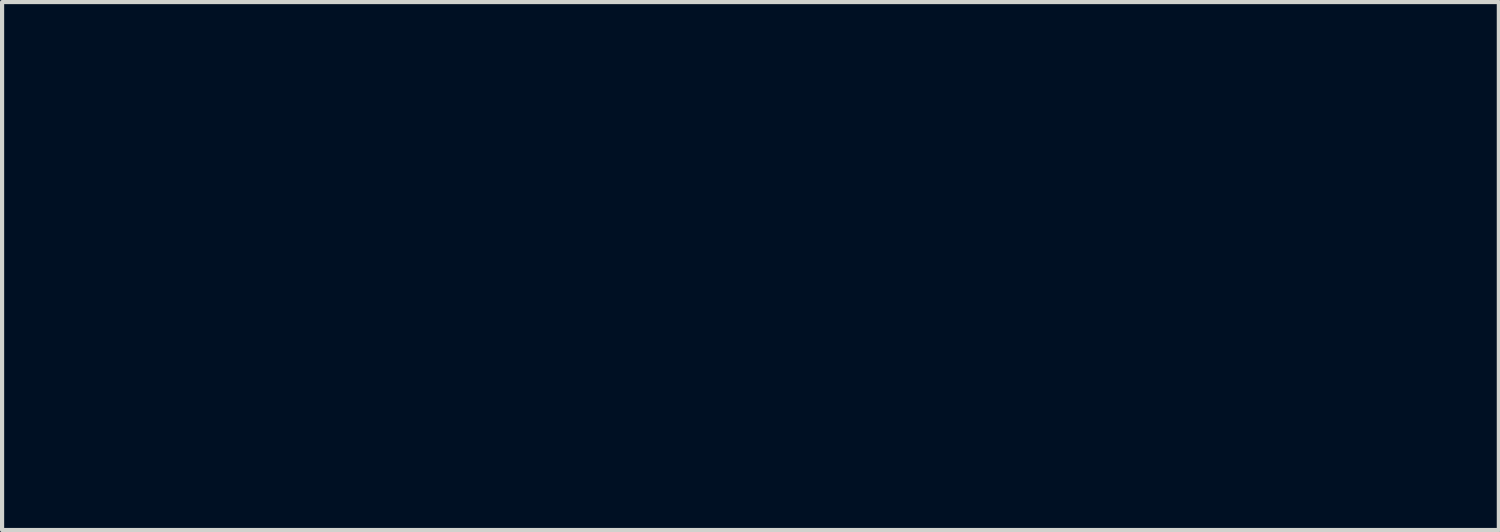
<source format=kicad_pcb>
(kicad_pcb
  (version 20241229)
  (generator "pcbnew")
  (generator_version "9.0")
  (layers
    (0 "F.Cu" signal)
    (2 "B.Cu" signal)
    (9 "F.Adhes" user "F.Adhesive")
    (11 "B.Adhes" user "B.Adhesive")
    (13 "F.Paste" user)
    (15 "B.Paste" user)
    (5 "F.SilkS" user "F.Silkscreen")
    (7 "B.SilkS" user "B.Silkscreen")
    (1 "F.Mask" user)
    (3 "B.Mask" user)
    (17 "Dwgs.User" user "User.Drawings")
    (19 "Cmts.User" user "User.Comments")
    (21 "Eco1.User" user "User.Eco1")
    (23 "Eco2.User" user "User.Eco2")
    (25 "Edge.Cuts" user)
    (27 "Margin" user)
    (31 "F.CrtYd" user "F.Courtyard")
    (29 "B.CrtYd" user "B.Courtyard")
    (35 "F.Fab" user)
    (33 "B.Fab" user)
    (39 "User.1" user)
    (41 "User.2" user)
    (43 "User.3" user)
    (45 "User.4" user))
  (footprint "bunny_smallfile_2.5x4mm"
    (layer "F.Cu")
    (at 14.957 0.25)
    (property "Reference" "bunny_smallfile_2.5x4mm" (at 0 5 0) (layer "F.Mask") (effects (font (size 1.524 1.524) (thickness 0.3))))
    (attr through_hole)
    (fp_poly (pts (xy -1.1 2.513) (xy -1.062 2.513) (xy -1.062 2.55) (xy -1.1 2.55) (xy -1.1 2.513)) (stroke (width 0.01) (type solid)) (fill yes) (layer "F.Mask"))
    (fp_poly (pts (xy -1.062 2.438) (xy -1.025 2.438) (xy -1.025 2.475) (xy -1.062 2.475) (xy -1.062 2.438)) (stroke (width 0.01) (type solid)) (fill yes) (layer "F.Mask"))
    (fp_poly (pts (xy -1.062 2.475) (xy -1.025 2.475) (xy -1.025 2.513) (xy -1.062 2.513) (xy -1.062 2.475)) (stroke (width 0.01) (type solid)) (fill yes) (layer "F.Mask"))
    (fp_poly (pts (xy -1.062 2.513) (xy -1.025 2.513) (xy -1.025 2.55) (xy -1.062 2.55) (xy -1.062 2.513)) (stroke (width 0.01) (type solid)) (fill yes) (layer "F.Mask"))
    (fp_poly (pts (xy -1.062 2.55) (xy -1.025 2.55) (xy -1.025 2.587) (xy -1.062 2.587) (xy -1.062 2.55)) (stroke (width 0.01) (type solid)) (fill yes) (layer "F.Mask"))
    (fp_poly (pts (xy -1.062 2.587) (xy -1.025 2.587) (xy -1.025 2.625) (xy -1.062 2.625) (xy -1.062 2.587)) (stroke (width 0.01) (type solid)) (fill yes) (layer "F.Mask"))
    (fp_poly (pts (xy -1.025 2.438) (xy -0.988 2.438) (xy -0.988 2.475) (xy -1.025 2.475) (xy -1.025 2.438)) (stroke (width 0.01) (type solid)) (fill yes) (layer "F.Mask"))
    (fp_poly (pts (xy -1.025 2.475) (xy -0.988 2.475) (xy -0.988 2.513) (xy -1.025 2.513) (xy -1.025 2.475)) (stroke (width 0.01) (type solid)) (fill yes) (layer "F.Mask"))
    (fp_poly (pts (xy -1.025 2.513) (xy -0.988 2.513) (xy -0.988 2.55) (xy -1.025 2.55) (xy -1.025 2.513)) (stroke (width 0.01) (type solid)) (fill yes) (layer "F.Mask"))
    (fp_poly (pts (xy -1.025 2.55) (xy -0.988 2.55) (xy -0.988 2.587) (xy -1.025 2.587) (xy -1.025 2.55)) (stroke (width 0.01) (type solid)) (fill yes) (layer "F.Mask"))
    (fp_poly (pts (xy -1.025 2.587) (xy -0.988 2.587) (xy -0.988 2.625) (xy -1.025 2.625) (xy -1.025 2.587)) (stroke (width 0.01) (type solid)) (fill yes) (layer "F.Mask"))
    (fp_poly (pts (xy -0.988 1.613) (xy -0.95 1.613) (xy -0.95 1.65) (xy -0.988 1.65) (xy -0.988 1.613)) (stroke (width 0.01) (type solid)) (fill yes) (layer "F.Mask"))
    (fp_poly (pts (xy -0.988 1.65) (xy -0.95 1.65) (xy -0.95 1.688) (xy -0.988 1.688) (xy -0.988 1.65)) (stroke (width 0.01) (type solid)) (fill yes) (layer "F.Mask"))
    (fp_poly (pts (xy -0.988 2.4) (xy -0.95 2.4) (xy -0.95 2.438) (xy -0.988 2.438) (xy -0.988 2.4)) (stroke (width 0.01) (type solid)) (fill yes) (layer "F.Mask"))
    (fp_poly (pts (xy -0.988 2.438) (xy -0.95 2.438) (xy -0.95 2.475) (xy -0.988 2.475) (xy -0.988 2.438)) (stroke (width 0.01) (type solid)) (fill yes) (layer "F.Mask"))
    (fp_poly (pts (xy -0.988 2.475) (xy -0.95 2.475) (xy -0.95 2.513) (xy -0.988 2.513) (xy -0.988 2.475)) (stroke (width 0.01) (type solid)) (fill yes) (layer "F.Mask"))
    (fp_poly (pts (xy -0.988 2.513) (xy -0.95 2.513) (xy -0.95 2.55) (xy -0.988 2.55) (xy -0.988 2.513)) (stroke (width 0.01) (type solid)) (fill yes) (layer "F.Mask"))
    (fp_poly (pts (xy -0.988 2.55) (xy -0.95 2.55) (xy -0.95 2.587) (xy -0.988 2.587) (xy -0.988 2.55)) (stroke (width 0.01) (type solid)) (fill yes) (layer "F.Mask"))
    (fp_poly (pts (xy -0.988 2.587) (xy -0.95 2.587) (xy -0.95 2.625) (xy -0.988 2.625) (xy -0.988 2.587)) (stroke (width 0.01) (type solid)) (fill yes) (layer "F.Mask"))
    (fp_poly (pts (xy -0.988 2.625) (xy -0.95 2.625) (xy -0.95 2.663) (xy -0.988 2.663) (xy -0.988 2.625)) (stroke (width 0.01) (type solid)) (fill yes) (layer "F.Mask"))
    (fp_poly (pts (xy -0.95 1.462) (xy -0.912 1.462) (xy -0.912 1.5) (xy -0.95 1.5) (xy -0.95 1.462)) (stroke (width 0.01) (type solid)) (fill yes) (layer "F.Mask"))
    (fp_poly (pts (xy -0.95 1.5) (xy -0.912 1.5) (xy -0.912 1.538) (xy -0.95 1.538) (xy -0.95 1.5)) (stroke (width 0.01) (type solid)) (fill yes) (layer "F.Mask"))
    (fp_poly (pts (xy -0.95 1.538) (xy -0.912 1.538) (xy -0.912 1.575) (xy -0.95 1.575) (xy -0.95 1.538)) (stroke (width 0.01) (type solid)) (fill yes) (layer "F.Mask"))
    (fp_poly (pts (xy -0.95 1.575) (xy -0.912 1.575) (xy -0.912 1.613) (xy -0.95 1.613) (xy -0.95 1.575)) (stroke (width 0.01) (type solid)) (fill yes) (layer "F.Mask"))
    (fp_poly (pts (xy -0.95 1.613) (xy -0.912 1.613) (xy -0.912 1.65) (xy -0.95 1.65) (xy -0.95 1.613)) (stroke (width 0.01) (type solid)) (fill yes) (layer "F.Mask"))
    (fp_poly (pts (xy -0.95 1.65) (xy -0.912 1.65) (xy -0.912 1.688) (xy -0.95 1.688) (xy -0.95 1.65)) (stroke (width 0.01) (type solid)) (fill yes) (layer "F.Mask"))
    (fp_poly (pts (xy -0.95 1.688) (xy -0.912 1.688) (xy -0.912 1.725) (xy -0.95 1.725) (xy -0.95 1.688)) (stroke (width 0.01) (type solid)) (fill yes) (layer "F.Mask"))
    (fp_poly (pts (xy -0.95 1.725) (xy -0.912 1.725) (xy -0.912 1.762) (xy -0.95 1.762) (xy -0.95 1.725)) (stroke (width 0.01) (type solid)) (fill yes) (layer "F.Mask"))
    (fp_poly (pts (xy -0.95 1.762) (xy -0.912 1.762) (xy -0.912 1.8) (xy -0.95 1.8) (xy -0.95 1.762)) (stroke (width 0.01) (type solid)) (fill yes) (layer "F.Mask"))
    (fp_poly (pts (xy -0.95 2.4) (xy -0.912 2.4) (xy -0.912 2.438) (xy -0.95 2.438) (xy -0.95 2.4)) (stroke (width 0.01) (type solid)) (fill yes) (layer "F.Mask"))
    (fp_poly (pts (xy -0.95 2.438) (xy -0.912 2.438) (xy -0.912 2.475) (xy -0.95 2.475) (xy -0.95 2.438)) (stroke (width 0.01) (type solid)) (fill yes) (layer "F.Mask"))
    (fp_poly (pts (xy -0.95 2.513) (xy -0.912 2.513) (xy -0.912 2.55) (xy -0.95 2.55) (xy -0.95 2.513)) (stroke (width 0.01) (type solid)) (fill yes) (layer "F.Mask"))
    (fp_poly (pts (xy -0.95 2.55) (xy -0.912 2.55) (xy -0.912 2.587) (xy -0.95 2.587) (xy -0.95 2.55)) (stroke (width 0.01) (type solid)) (fill yes) (layer "F.Mask"))
    (fp_poly (pts (xy -0.95 2.587) (xy -0.912 2.587) (xy -0.912 2.625) (xy -0.95 2.625) (xy -0.95 2.587)) (stroke (width 0.01) (type solid)) (fill yes) (layer "F.Mask"))
    (fp_poly (pts (xy -0.912 1.425) (xy -0.875 1.425) (xy -0.875 1.462) (xy -0.912 1.462) (xy -0.912 1.425)) (stroke (width 0.01) (type solid)) (fill yes) (layer "F.Mask"))
    (fp_poly (pts (xy -0.912 1.462) (xy -0.875 1.462) (xy -0.875 1.5) (xy -0.912 1.5) (xy -0.912 1.462)) (stroke (width 0.01) (type solid)) (fill yes) (layer "F.Mask"))
    (fp_poly (pts (xy -0.912 1.575) (xy -0.875 1.575) (xy -0.875 1.613) (xy -0.912 1.613) (xy -0.912 1.575)) (stroke (width 0.01) (type solid)) (fill yes) (layer "F.Mask"))
    (fp_poly (pts (xy -0.912 1.688) (xy -0.875 1.688) (xy -0.875 1.725) (xy -0.912 1.725) (xy -0.912 1.688)) (stroke (width 0.01) (type solid)) (fill yes) (layer "F.Mask"))
    (fp_poly (pts (xy -0.912 1.725) (xy -0.875 1.725) (xy -0.875 1.762) (xy -0.912 1.762) (xy -0.912 1.725)) (stroke (width 0.01) (type solid)) (fill yes) (layer "F.Mask"))
    (fp_poly (pts (xy -0.912 1.762) (xy -0.875 1.762) (xy -0.875 1.8) (xy -0.912 1.8) (xy -0.912 1.762)) (stroke (width 0.01) (type solid)) (fill yes) (layer "F.Mask"))
    (fp_poly (pts (xy -0.912 1.8) (xy -0.875 1.8) (xy -0.875 1.837) (xy -0.912 1.837) (xy -0.912 1.8)) (stroke (width 0.01) (type solid)) (fill yes) (layer "F.Mask"))
    (fp_poly (pts (xy -0.912 2.4) (xy -0.875 2.4) (xy -0.875 2.438) (xy -0.912 2.438) (xy -0.912 2.4)) (stroke (width 0.01) (type solid)) (fill yes) (layer "F.Mask"))
    (fp_poly (pts (xy -0.912 2.438) (xy -0.875 2.438) (xy -0.875 2.475) (xy -0.912 2.475) (xy -0.912 2.438)) (stroke (width 0.01) (type solid)) (fill yes) (layer "F.Mask"))
    (fp_poly (pts (xy -0.912 2.513) (xy -0.875 2.513) (xy -0.875 2.55) (xy -0.912 2.55) (xy -0.912 2.513)) (stroke (width 0.01) (type solid)) (fill yes) (layer "F.Mask"))
    (fp_poly (pts (xy -0.912 2.55) (xy -0.875 2.55) (xy -0.875 2.587) (xy -0.912 2.587) (xy -0.912 2.55)) (stroke (width 0.01) (type solid)) (fill yes) (layer "F.Mask"))
    (fp_poly (pts (xy -0.912 2.587) (xy -0.875 2.587) (xy -0.875 2.625) (xy -0.912 2.625) (xy -0.912 2.587)) (stroke (width 0.01) (type solid)) (fill yes) (layer "F.Mask"))
    (fp_poly (pts (xy -0.875 1.387) (xy -0.838 1.387) (xy -0.838 1.425) (xy -0.875 1.425) (xy -0.875 1.387)) (stroke (width 0.01) (type solid)) (fill yes) (layer "F.Mask"))
    (fp_poly (pts (xy -0.875 1.575) (xy -0.838 1.575) (xy -0.838 1.613) (xy -0.875 1.613) (xy -0.875 1.575)) (stroke (width 0.01) (type solid)) (fill yes) (layer "F.Mask"))
    (fp_poly (pts (xy -0.875 1.725) (xy -0.838 1.725) (xy -0.838 1.762) (xy -0.875 1.762) (xy -0.875 1.725)) (stroke (width 0.01) (type solid)) (fill yes) (layer "F.Mask"))
    (fp_poly (pts (xy -0.875 1.8) (xy -0.838 1.8) (xy -0.838 1.837) (xy -0.875 1.837) (xy -0.875 1.8)) (stroke (width 0.01) (type solid)) (fill yes) (layer "F.Mask"))
    (fp_poly (pts (xy -0.875 1.837) (xy -0.838 1.837) (xy -0.838 1.875) (xy -0.875 1.875) (xy -0.875 1.837)) (stroke (width 0.01) (type solid)) (fill yes) (layer "F.Mask"))
    (fp_poly (pts (xy -0.875 2.4) (xy -0.838 2.4) (xy -0.838 2.438) (xy -0.875 2.438) (xy -0.875 2.4)) (stroke (width 0.01) (type solid)) (fill yes) (layer "F.Mask"))
    (fp_poly (pts (xy -0.875 2.438) (xy -0.838 2.438) (xy -0.838 2.475) (xy -0.875 2.475) (xy -0.875 2.438)) (stroke (width 0.01) (type solid)) (fill yes) (layer "F.Mask"))
    (fp_poly (pts (xy -0.875 2.55) (xy -0.838 2.55) (xy -0.838 2.587) (xy -0.875 2.587) (xy -0.875 2.55)) (stroke (width 0.01) (type solid)) (fill yes) (layer "F.Mask"))
    (fp_poly (pts (xy -0.875 2.7) (xy -0.838 2.7) (xy -0.838 2.737) (xy -0.875 2.737) (xy -0.875 2.7)) (stroke (width 0.01) (type solid)) (fill yes) (layer "F.Mask"))
    (fp_poly (pts (xy -0.875 2.737) (xy -0.838 2.737) (xy -0.838 2.775) (xy -0.875 2.775) (xy -0.875 2.737)) (stroke (width 0.01) (type solid)) (fill yes) (layer "F.Mask"))
    (fp_poly (pts (xy -0.875 2.775) (xy -0.838 2.775) (xy -0.838 2.812) (xy -0.875 2.812) (xy -0.875 2.775)) (stroke (width 0.01) (type solid)) (fill yes) (layer "F.Mask"))
    (fp_poly (pts (xy -0.875 2.812) (xy -0.838 2.812) (xy -0.838 2.85) (xy -0.875 2.85) (xy -0.875 2.812)) (stroke (width 0.01) (type solid)) (fill yes) (layer "F.Mask"))
    (fp_poly (pts (xy -0.875 2.85) (xy -0.838 2.85) (xy -0.838 2.888) (xy -0.875 2.888) (xy -0.875 2.85)) (stroke (width 0.01) (type solid)) (fill yes) (layer "F.Mask"))
    (fp_poly (pts (xy -0.875 2.888) (xy -0.838 2.888) (xy -0.838 2.925) (xy -0.875 2.925) (xy -0.875 2.888)) (stroke (width 0.01) (type solid)) (fill yes) (layer "F.Mask"))
    (fp_poly (pts (xy -0.875 2.925) (xy -0.838 2.925) (xy -0.838 2.962) (xy -0.875 2.962) (xy -0.875 2.925)) (stroke (width 0.01) (type solid)) (fill yes) (layer "F.Mask"))
    (fp_poly (pts (xy -0.838 1.35) (xy -0.8 1.35) (xy -0.8 1.387) (xy -0.838 1.387) (xy -0.838 1.35)) (stroke (width 0.01) (type solid)) (fill yes) (layer "F.Mask"))
    (fp_poly (pts (xy -0.838 1.387) (xy -0.8 1.387) (xy -0.8 1.425) (xy -0.838 1.425) (xy -0.838 1.387)) (stroke (width 0.01) (type solid)) (fill yes) (layer "F.Mask"))
    (fp_poly (pts (xy -0.838 1.725) (xy -0.8 1.725) (xy -0.8 1.762) (xy -0.838 1.762) (xy -0.838 1.725)) (stroke (width 0.01) (type solid)) (fill yes) (layer "F.Mask"))
    (fp_poly (pts (xy -0.838 1.837) (xy -0.8 1.837) (xy -0.8 1.875) (xy -0.838 1.875) (xy -0.838 1.837)) (stroke (width 0.01) (type solid)) (fill yes) (layer "F.Mask"))
    (fp_poly (pts (xy -0.838 2.4) (xy -0.8 2.4) (xy -0.8 2.438) (xy -0.838 2.438) (xy -0.838 2.4)) (stroke (width 0.01) (type solid)) (fill yes) (layer "F.Mask"))
    (fp_poly (pts (xy -0.838 2.438) (xy -0.8 2.438) (xy -0.8 2.475) (xy -0.838 2.475) (xy -0.838 2.438)) (stroke (width 0.01) (type solid)) (fill yes) (layer "F.Mask"))
    (fp_poly (pts (xy -0.838 2.55) (xy -0.8 2.55) (xy -0.8 2.587) (xy -0.838 2.587) (xy -0.838 2.55)) (stroke (width 0.01) (type solid)) (fill yes) (layer "F.Mask"))
    (fp_poly (pts (xy -0.838 2.587) (xy -0.8 2.587) (xy -0.8 2.625) (xy -0.838 2.625) (xy -0.838 2.587)) (stroke (width 0.01) (type solid)) (fill yes) (layer "F.Mask"))
    (fp_poly (pts (xy -0.838 2.7) (xy -0.8 2.7) (xy -0.8 2.737) (xy -0.838 2.737) (xy -0.838 2.7)) (stroke (width 0.01) (type solid)) (fill yes) (layer "F.Mask"))
    (fp_poly (pts (xy -0.838 2.737) (xy -0.8 2.737) (xy -0.8 2.775) (xy -0.838 2.775) (xy -0.838 2.737)) (stroke (width 0.01) (type solid)) (fill yes) (layer "F.Mask"))
    (fp_poly (pts (xy -0.838 2.775) (xy -0.8 2.775) (xy -0.8 2.812) (xy -0.838 2.812) (xy -0.838 2.775)) (stroke (width 0.01) (type solid)) (fill yes) (layer "F.Mask"))
    (fp_poly (pts (xy -0.838 2.812) (xy -0.8 2.812) (xy -0.8 2.85) (xy -0.838 2.85) (xy -0.838 2.812)) (stroke (width 0.01) (type solid)) (fill yes) (layer "F.Mask"))
    (fp_poly (pts (xy -0.838 2.85) (xy -0.8 2.85) (xy -0.8 2.888) (xy -0.838 2.888) (xy -0.838 2.85)) (stroke (width 0.01) (type solid)) (fill yes) (layer "F.Mask"))
    (fp_poly (pts (xy -0.838 2.925) (xy -0.8 2.925) (xy -0.8 2.962) (xy -0.838 2.962) (xy -0.838 2.925)) (stroke (width 0.01) (type solid)) (fill yes) (layer "F.Mask"))
    (fp_poly (pts (xy -0.838 2.962) (xy -0.8 2.962) (xy -0.8 3) (xy -0.838 3) (xy -0.838 2.962)) (stroke (width 0.01) (type solid)) (fill yes) (layer "F.Mask"))
    (fp_poly (pts (xy -0.8 0.45) (xy -0.762 0.45) (xy -0.762 0.487) (xy -0.8 0.487) (xy -0.8 0.45)) (stroke (width 0.01) (type solid)) (fill yes) (layer "F.Mask"))
    (fp_poly (pts (xy -0.8 0.487) (xy -0.762 0.487) (xy -0.762 0.525) (xy -0.8 0.525) (xy -0.8 0.487)) (stroke (width 0.01) (type solid)) (fill yes) (layer "F.Mask"))
    (fp_poly (pts (xy -0.8 0.525) (xy -0.762 0.525) (xy -0.762 0.562) (xy -0.8 0.562) (xy -0.8 0.525)) (stroke (width 0.01) (type solid)) (fill yes) (layer "F.Mask"))
    (fp_poly (pts (xy -0.8 0.562) (xy -0.762 0.562) (xy -0.762 0.6) (xy -0.8 0.6) (xy -0.8 0.562)) (stroke (width 0.01) (type solid)) (fill yes) (layer "F.Mask"))
    (fp_poly (pts (xy -0.8 0.6) (xy -0.762 0.6) (xy -0.762 0.637) (xy -0.8 0.637) (xy -0.8 0.6)) (stroke (width 0.01) (type solid)) (fill yes) (layer "F.Mask"))
    (fp_poly (pts (xy -0.8 0.637) (xy -0.762 0.637) (xy -0.762 0.675) (xy -0.8 0.675) (xy -0.8 0.637)) (stroke (width 0.01) (type solid)) (fill yes) (layer "F.Mask"))
    (fp_poly (pts (xy -0.8 0.675) (xy -0.762 0.675) (xy -0.762 0.713) (xy -0.8 0.713) (xy -0.8 0.675)) (stroke (width 0.01) (type solid)) (fill yes) (layer "F.Mask"))
    (fp_poly (pts (xy -0.8 0.713) (xy -0.762 0.713) (xy -0.762 0.75) (xy -0.8 0.75) (xy -0.8 0.713)) (stroke (width 0.01) (type solid)) (fill yes) (layer "F.Mask"))
    (fp_poly (pts (xy -0.8 0.75) (xy -0.762 0.75) (xy -0.762 0.787) (xy -0.8 0.787) (xy -0.8 0.75)) (stroke (width 0.01) (type solid)) (fill yes) (layer "F.Mask"))
    (fp_poly (pts (xy -0.8 1.312) (xy -0.762 1.312) (xy -0.762 1.35) (xy -0.8 1.35) (xy -0.8 1.312)) (stroke (width 0.01) (type solid)) (fill yes) (layer "F.Mask"))
    (fp_poly (pts (xy -0.8 1.35) (xy -0.762 1.35) (xy -0.762 1.387) (xy -0.8 1.387) (xy -0.8 1.35)) (stroke (width 0.01) (type solid)) (fill yes) (layer "F.Mask"))
    (fp_poly (pts (xy -0.8 1.725) (xy -0.762 1.725) (xy -0.762 1.762) (xy -0.8 1.762) (xy -0.8 1.725)) (stroke (width 0.01) (type solid)) (fill yes) (layer "F.Mask"))
    (fp_poly (pts (xy -0.8 1.837) (xy -0.762 1.837) (xy -0.762 1.875) (xy -0.8 1.875) (xy -0.8 1.837)) (stroke (width 0.01) (type solid)) (fill yes) (layer "F.Mask"))
    (fp_poly (pts (xy -0.8 1.875) (xy -0.762 1.875) (xy -0.762 1.913) (xy -0.8 1.913) (xy -0.8 1.875)) (stroke (width 0.01) (type solid)) (fill yes) (layer "F.Mask"))
    (fp_poly (pts (xy -0.8 2.4) (xy -0.762 2.4) (xy -0.762 2.438) (xy -0.8 2.438) (xy -0.8 2.4)) (stroke (width 0.01) (type solid)) (fill yes) (layer "F.Mask"))
    (fp_poly (pts (xy -0.8 2.438) (xy -0.762 2.438) (xy -0.762 2.475) (xy -0.8 2.475) (xy -0.8 2.438)) (stroke (width 0.01) (type solid)) (fill yes) (layer "F.Mask"))
    (fp_poly (pts (xy -0.8 2.55) (xy -0.762 2.55) (xy -0.762 2.587) (xy -0.8 2.587) (xy -0.8 2.55)) (stroke (width 0.01) (type solid)) (fill yes) (layer "F.Mask"))
    (fp_poly (pts (xy -0.8 2.587) (xy -0.762 2.587) (xy -0.762 2.625) (xy -0.8 2.625) (xy -0.8 2.587)) (stroke (width 0.01) (type solid)) (fill yes) (layer "F.Mask"))
    (fp_poly (pts (xy -0.8 2.7) (xy -0.762 2.7) (xy -0.762 2.737) (xy -0.8 2.737) (xy -0.8 2.7)) (stroke (width 0.01) (type solid)) (fill yes) (layer "F.Mask"))
    (fp_poly (pts (xy -0.8 2.737) (xy -0.762 2.737) (xy -0.762 2.775) (xy -0.8 2.775) (xy -0.8 2.737)) (stroke (width 0.01) (type solid)) (fill yes) (layer "F.Mask"))
    (fp_poly (pts (xy -0.8 2.812) (xy -0.762 2.812) (xy -0.762 2.85) (xy -0.8 2.85) (xy -0.8 2.812)) (stroke (width 0.01) (type solid)) (fill yes) (layer "F.Mask"))
    (fp_poly (pts (xy -0.8 2.85) (xy -0.762 2.85) (xy -0.762 2.888) (xy -0.8 2.888) (xy -0.8 2.85)) (stroke (width 0.01) (type solid)) (fill yes) (layer "F.Mask"))
    (fp_poly (pts (xy -0.8 2.925) (xy -0.762 2.925) (xy -0.762 2.962) (xy -0.8 2.962) (xy -0.8 2.925)) (stroke (width 0.01) (type solid)) (fill yes) (layer "F.Mask"))
    (fp_poly (pts (xy -0.8 2.962) (xy -0.762 2.962) (xy -0.762 3) (xy -0.8 3) (xy -0.8 2.962)) (stroke (width 0.01) (type solid)) (fill yes) (layer "F.Mask"))
    (fp_poly (pts (xy -0.762 0.3) (xy -0.725 0.3) (xy -0.725 0.338) (xy -0.762 0.338) (xy -0.762 0.3)) (stroke (width 0.01) (type solid)) (fill yes) (layer "F.Mask"))
    (fp_poly (pts (xy -0.762 0.338) (xy -0.725 0.338) (xy -0.725 0.375) (xy -0.762 0.375) (xy -0.762 0.338)) (stroke (width 0.01) (type solid)) (fill yes) (layer "F.Mask"))
    (fp_poly (pts (xy -0.762 0.375) (xy -0.725 0.375) (xy -0.725 0.412) (xy -0.762 0.412) (xy -0.762 0.375)) (stroke (width 0.01) (type solid)) (fill yes) (layer "F.Mask"))
    (fp_poly (pts (xy -0.762 0.412) (xy -0.725 0.412) (xy -0.725 0.45) (xy -0.762 0.45) (xy -0.762 0.412)) (stroke (width 0.01) (type solid)) (fill yes) (layer "F.Mask"))
    (fp_poly (pts (xy -0.762 0.45) (xy -0.725 0.45) (xy -0.725 0.487) (xy -0.762 0.487) (xy -0.762 0.45)) (stroke (width 0.01) (type solid)) (fill yes) (layer "F.Mask"))
    (fp_poly (pts (xy -0.762 0.487) (xy -0.725 0.487) (xy -0.725 0.525) (xy -0.762 0.525) (xy -0.762 0.487)) (stroke (width 0.01) (type solid)) (fill yes) (layer "F.Mask"))
    (fp_poly (pts (xy -0.762 0.525) (xy -0.725 0.525) (xy -0.725 0.562) (xy -0.762 0.562) (xy -0.762 0.525)) (stroke (width 0.01) (type solid)) (fill yes) (layer "F.Mask"))
    (fp_poly (pts (xy -0.762 0.562) (xy -0.725 0.562) (xy -0.725 0.6) (xy -0.762 0.6) (xy -0.762 0.562)) (stroke (width 0.01) (type solid)) (fill yes) (layer "F.Mask"))
    (fp_poly (pts (xy -0.762 0.713) (xy -0.725 0.713) (xy -0.725 0.75) (xy -0.762 0.75) (xy -0.762 0.713)) (stroke (width 0.01) (type solid)) (fill yes) (layer "F.Mask"))
    (fp_poly (pts (xy -0.762 0.75) (xy -0.725 0.75) (xy -0.725 0.787) (xy -0.762 0.787) (xy -0.762 0.75)) (stroke (width 0.01) (type solid)) (fill yes) (layer "F.Mask"))
    (fp_poly (pts (xy -0.762 0.787) (xy -0.725 0.787) (xy -0.725 0.825) (xy -0.762 0.825) (xy -0.762 0.787)) (stroke (width 0.01) (type solid)) (fill yes) (layer "F.Mask"))
    (fp_poly (pts (xy -0.762 0.825) (xy -0.725 0.825) (xy -0.725 0.863) (xy -0.762 0.863) (xy -0.762 0.825)) (stroke (width 0.01) (type solid)) (fill yes) (layer "F.Mask"))
    (fp_poly (pts (xy -0.762 0.863) (xy -0.725 0.863) (xy -0.725 0.9) (xy -0.762 0.9) (xy -0.762 0.863)) (stroke (width 0.01) (type solid)) (fill yes) (layer "F.Mask"))
    (fp_poly (pts (xy -0.762 1.312) (xy -0.725 1.312) (xy -0.725 1.35) (xy -0.762 1.35) (xy -0.762 1.312)) (stroke (width 0.01) (type solid)) (fill yes) (layer "F.Mask"))
    (fp_poly (pts (xy -0.762 1.35) (xy -0.725 1.35) (xy -0.725 1.387) (xy -0.762 1.387) (xy -0.762 1.35)) (stroke (width 0.01) (type solid)) (fill yes) (layer "F.Mask"))
    (fp_poly (pts (xy -0.762 1.5) (xy -0.725 1.5) (xy -0.725 1.538) (xy -0.762 1.538) (xy -0.762 1.5)) (stroke (width 0.01) (type solid)) (fill yes) (layer "F.Mask"))
    (fp_poly (pts (xy -0.762 1.538) (xy -0.725 1.538) (xy -0.725 1.575) (xy -0.762 1.575) (xy -0.762 1.538)) (stroke (width 0.01) (type solid)) (fill yes) (layer "F.Mask"))
    (fp_poly (pts (xy -0.762 1.837) (xy -0.725 1.837) (xy -0.725 1.875) (xy -0.762 1.875) (xy -0.762 1.837)) (stroke (width 0.01) (type solid)) (fill yes) (layer "F.Mask"))
    (fp_poly (pts (xy -0.762 1.875) (xy -0.725 1.875) (xy -0.725 1.913) (xy -0.762 1.913) (xy -0.762 1.875)) (stroke (width 0.01) (type solid)) (fill yes) (layer "F.Mask"))
    (fp_poly (pts (xy -0.762 2.4) (xy -0.725 2.4) (xy -0.725 2.438) (xy -0.762 2.438) (xy -0.762 2.4)) (stroke (width 0.01) (type solid)) (fill yes) (layer "F.Mask"))
    (fp_poly (pts (xy -0.762 2.55) (xy -0.725 2.55) (xy -0.725 2.587) (xy -0.762 2.587) (xy -0.762 2.55)) (stroke (width 0.01) (type solid)) (fill yes) (layer "F.Mask"))
    (fp_poly (pts (xy -0.762 2.587) (xy -0.725 2.587) (xy -0.725 2.625) (xy -0.762 2.625) (xy -0.762 2.587)) (stroke (width 0.01) (type solid)) (fill yes) (layer "F.Mask"))
    (fp_poly (pts (xy -0.762 2.737) (xy -0.725 2.737) (xy -0.725 2.775) (xy -0.762 2.775) (xy -0.762 2.737)) (stroke (width 0.01) (type solid)) (fill yes) (layer "F.Mask"))
    (fp_poly (pts (xy -0.762 2.925) (xy -0.725 2.925) (xy -0.725 2.962) (xy -0.762 2.962) (xy -0.762 2.925)) (stroke (width 0.01) (type solid)) (fill yes) (layer "F.Mask"))
    (fp_poly (pts (xy -0.762 2.962) (xy -0.725 2.962) (xy -0.725 3) (xy -0.762 3) (xy -0.762 2.962)) (stroke (width 0.01) (type solid)) (fill yes) (layer "F.Mask"))
    (fp_poly (pts (xy -0.725 0.225) (xy -0.688 0.225) (xy -0.688 0.263) (xy -0.725 0.263) (xy -0.725 0.225)) (stroke (width 0.01) (type solid)) (fill yes) (layer "F.Mask"))
    (fp_poly (pts (xy -0.725 0.263) (xy -0.688 0.263) (xy -0.688 0.3) (xy -0.725 0.3) (xy -0.725 0.263)) (stroke (width 0.01) (type solid)) (fill yes) (layer "F.Mask"))
    (fp_poly (pts (xy -0.725 0.3) (xy -0.688 0.3) (xy -0.688 0.338) (xy -0.725 0.338) (xy -0.725 0.3)) (stroke (width 0.01) (type solid)) (fill yes) (layer "F.Mask"))
    (fp_poly (pts (xy -0.725 0.338) (xy -0.688 0.338) (xy -0.688 0.375) (xy -0.725 0.375) (xy -0.725 0.338)) (stroke (width 0.01) (type solid)) (fill yes) (layer "F.Mask"))
    (fp_poly (pts (xy -0.725 0.825) (xy -0.688 0.825) (xy -0.688 0.863) (xy -0.725 0.863) (xy -0.725 0.825)) (stroke (width 0.01) (type solid)) (fill yes) (layer "F.Mask"))
    (fp_poly (pts (xy -0.725 0.863) (xy -0.688 0.863) (xy -0.688 0.9) (xy -0.725 0.9) (xy -0.725 0.863)) (stroke (width 0.01) (type solid)) (fill yes) (layer "F.Mask"))
    (fp_poly (pts (xy -0.725 0.9) (xy -0.688 0.9) (xy -0.688 0.938) (xy -0.725 0.938) (xy -0.725 0.9)) (stroke (width 0.01) (type solid)) (fill yes) (layer "F.Mask"))
    (fp_poly (pts (xy -0.725 0.938) (xy -0.688 0.938) (xy -0.688 0.975) (xy -0.725 0.975) (xy -0.725 0.938)) (stroke (width 0.01) (type solid)) (fill yes) (layer "F.Mask"))
    (fp_poly (pts (xy -0.725 0.975) (xy -0.688 0.975) (xy -0.688 1.012) (xy -0.725 1.012) (xy -0.725 0.975)) (stroke (width 0.01) (type solid)) (fill yes) (layer "F.Mask"))
    (fp_poly (pts (xy -0.725 1.312) (xy -0.688 1.312) (xy -0.688 1.35) (xy -0.725 1.35) (xy -0.725 1.312)) (stroke (width 0.01) (type solid)) (fill yes) (layer "F.Mask"))
    (fp_poly (pts (xy -0.725 1.425) (xy -0.688 1.425) (xy -0.688 1.462) (xy -0.725 1.462) (xy -0.725 1.425)) (stroke (width 0.01) (type solid)) (fill yes) (layer "F.Mask"))
    (fp_poly (pts (xy -0.725 1.462) (xy -0.688 1.462) (xy -0.688 1.5) (xy -0.725 1.5) (xy -0.725 1.462)) (stroke (width 0.01) (type solid)) (fill yes) (layer "F.Mask"))
    (fp_poly (pts (xy -0.725 1.5) (xy -0.688 1.5) (xy -0.688 1.538) (xy -0.725 1.538) (xy -0.725 1.5)) (stroke (width 0.01) (type solid)) (fill yes) (layer "F.Mask"))
    (fp_poly (pts (xy -0.725 1.538) (xy -0.688 1.538) (xy -0.688 1.575) (xy -0.725 1.575) (xy -0.725 1.538)) (stroke (width 0.01) (type solid)) (fill yes) (layer "F.Mask"))
    (fp_poly (pts (xy -0.725 1.575) (xy -0.688 1.575) (xy -0.688 1.613) (xy -0.725 1.613) (xy -0.725 1.575)) (stroke (width 0.01) (type solid)) (fill yes) (layer "F.Mask"))
    (fp_poly (pts (xy -0.725 1.613) (xy -0.688 1.613) (xy -0.688 1.65) (xy -0.725 1.65) (xy -0.725 1.613)) (stroke (width 0.01) (type solid)) (fill yes) (layer "F.Mask"))
    (fp_poly (pts (xy -0.725 1.837) (xy -0.688 1.837) (xy -0.688 1.875) (xy -0.725 1.875) (xy -0.725 1.837)) (stroke (width 0.01) (type solid)) (fill yes) (layer "F.Mask"))
    (fp_poly (pts (xy -0.725 1.875) (xy -0.688 1.875) (xy -0.688 1.913) (xy -0.725 1.913) (xy -0.725 1.875)) (stroke (width 0.01) (type solid)) (fill yes) (layer "F.Mask"))
    (fp_poly (pts (xy -0.725 2.362) (xy -0.688 2.362) (xy -0.688 2.4) (xy -0.725 2.4) (xy -0.725 2.362)) (stroke (width 0.01) (type solid)) (fill yes) (layer "F.Mask"))
    (fp_poly (pts (xy -0.725 2.4) (xy -0.688 2.4) (xy -0.688 2.438) (xy -0.725 2.438) (xy -0.725 2.4)) (stroke (width 0.01) (type solid)) (fill yes) (layer "F.Mask"))
    (fp_poly (pts (xy -0.725 2.55) (xy -0.688 2.55) (xy -0.688 2.587) (xy -0.725 2.587) (xy -0.725 2.55)) (stroke (width 0.01) (type solid)) (fill yes) (layer "F.Mask"))
    (fp_poly (pts (xy -0.725 2.587) (xy -0.688 2.587) (xy -0.688 2.625) (xy -0.725 2.625) (xy -0.725 2.587)) (stroke (width 0.01) (type solid)) (fill yes) (layer "F.Mask"))
    (fp_poly (pts (xy -0.725 2.737) (xy -0.688 2.737) (xy -0.688 2.775) (xy -0.725 2.775) (xy -0.725 2.737)) (stroke (width 0.01) (type solid)) (fill yes) (layer "F.Mask"))
    (fp_poly (pts (xy -0.725 2.775) (xy -0.688 2.775) (xy -0.688 2.812) (xy -0.725 2.812) (xy -0.725 2.775)) (stroke (width 0.01) (type solid)) (fill yes) (layer "F.Mask"))
    (fp_poly (pts (xy -0.725 2.925) (xy -0.688 2.925) (xy -0.688 2.962) (xy -0.725 2.962) (xy -0.725 2.925)) (stroke (width 0.01) (type solid)) (fill yes) (layer "F.Mask"))
    (fp_poly (pts (xy -0.725 2.962) (xy -0.688 2.962) (xy -0.688 3) (xy -0.725 3) (xy -0.725 2.962)) (stroke (width 0.01) (type solid)) (fill yes) (layer "F.Mask"))
    (fp_poly (pts (xy -0.688 0.188) (xy -0.65 0.188) (xy -0.65 0.225) (xy -0.688 0.225) (xy -0.688 0.188)) (stroke (width 0.01) (type solid)) (fill yes) (layer "F.Mask"))
    (fp_poly (pts (xy -0.688 0.225) (xy -0.65 0.225) (xy -0.65 0.263) (xy -0.688 0.263) (xy -0.688 0.225)) (stroke (width 0.01) (type solid)) (fill yes) (layer "F.Mask"))
    (fp_poly (pts (xy -0.688 0.263) (xy -0.65 0.263) (xy -0.65 0.3) (xy -0.688 0.3) (xy -0.688 0.263)) (stroke (width 0.01) (type solid)) (fill yes) (layer "F.Mask"))
    (fp_poly (pts (xy -0.688 0.975) (xy -0.65 0.975) (xy -0.65 1.012) (xy -0.688 1.012) (xy -0.688 0.975)) (stroke (width 0.01) (type solid)) (fill yes) (layer "F.Mask"))
    (fp_poly (pts (xy -0.688 1.012) (xy -0.65 1.012) (xy -0.65 1.05) (xy -0.688 1.05) (xy -0.688 1.012)) (stroke (width 0.01) (type solid)) (fill yes) (layer "F.Mask"))
    (fp_poly (pts (xy -0.688 1.05) (xy -0.65 1.05) (xy -0.65 1.087) (xy -0.688 1.087) (xy -0.688 1.05)) (stroke (width 0.01) (type solid)) (fill yes) (layer "F.Mask"))
    (fp_poly (pts (xy -0.688 1.087) (xy -0.65 1.087) (xy -0.65 1.125) (xy -0.688 1.125) (xy -0.688 1.087)) (stroke (width 0.01) (type solid)) (fill yes) (layer "F.Mask"))
    (fp_poly (pts (xy -0.688 1.125) (xy -0.65 1.125) (xy -0.65 1.163) (xy -0.688 1.163) (xy -0.688 1.125)) (stroke (width 0.01) (type solid)) (fill yes) (layer "F.Mask"))
    (fp_poly (pts (xy -0.688 1.275) (xy -0.65 1.275) (xy -0.65 1.312) (xy -0.688 1.312) (xy -0.688 1.275)) (stroke (width 0.01) (type solid)) (fill yes) (layer "F.Mask"))
    (fp_poly (pts (xy -0.688 1.312) (xy -0.65 1.312) (xy -0.65 1.35) (xy -0.688 1.35) (xy -0.688 1.312)) (stroke (width 0.01) (type solid)) (fill yes) (layer "F.Mask"))
    (fp_poly (pts (xy -0.688 1.425) (xy -0.65 1.425) (xy -0.65 1.462) (xy -0.688 1.462) (xy -0.688 1.425)) (stroke (width 0.01) (type solid)) (fill yes) (layer "F.Mask"))
    (fp_poly (pts (xy -0.688 1.462) (xy -0.65 1.462) (xy -0.65 1.5) (xy -0.688 1.5) (xy -0.688 1.462)) (stroke (width 0.01) (type solid)) (fill yes) (layer "F.Mask"))
    (fp_poly (pts (xy -0.688 1.613) (xy -0.65 1.613) (xy -0.65 1.65) (xy -0.688 1.65) (xy -0.688 1.613)) (stroke (width 0.01) (type solid)) (fill yes) (layer "F.Mask"))
    (fp_poly (pts (xy -0.688 1.875) (xy -0.65 1.875) (xy -0.65 1.913) (xy -0.688 1.913) (xy -0.688 1.875)) (stroke (width 0.01) (type solid)) (fill yes) (layer "F.Mask"))
    (fp_poly (pts (xy -0.688 2.362) (xy -0.65 2.362) (xy -0.65 2.4) (xy -0.688 2.4) (xy -0.688 2.362)) (stroke (width 0.01) (type solid)) (fill yes) (layer "F.Mask"))
    (fp_poly (pts (xy -0.688 2.55) (xy -0.65 2.55) (xy -0.65 2.587) (xy -0.688 2.587) (xy -0.688 2.55)) (stroke (width 0.01) (type solid)) (fill yes) (layer "F.Mask"))
    (fp_poly (pts (xy -0.688 2.587) (xy -0.65 2.587) (xy -0.65 2.625) (xy -0.688 2.625) (xy -0.688 2.587)) (stroke (width 0.01) (type solid)) (fill yes) (layer "F.Mask"))
    (fp_poly (pts (xy -0.688 2.737) (xy -0.65 2.737) (xy -0.65 2.775) (xy -0.688 2.775) (xy -0.688 2.737)) (stroke (width 0.01) (type solid)) (fill yes) (layer "F.Mask"))
    (fp_poly (pts (xy -0.688 2.775) (xy -0.65 2.775) (xy -0.65 2.812) (xy -0.688 2.812) (xy -0.688 2.775)) (stroke (width 0.01) (type solid)) (fill yes) (layer "F.Mask"))
    (fp_poly (pts (xy -0.688 2.925) (xy -0.65 2.925) (xy -0.65 2.962) (xy -0.688 2.962) (xy -0.688 2.925)) (stroke (width 0.01) (type solid)) (fill yes) (layer "F.Mask"))
    (fp_poly (pts (xy -0.688 2.962) (xy -0.65 2.962) (xy -0.65 3) (xy -0.688 3) (xy -0.688 2.962)) (stroke (width 0.01) (type solid)) (fill yes) (layer "F.Mask"))
    (fp_poly (pts (xy -0.65 0.113) (xy -0.613 0.113) (xy -0.613 0.15) (xy -0.65 0.15) (xy -0.65 0.113)) (stroke (width 0.01) (type solid)) (fill yes) (layer "F.Mask"))
    (fp_poly (pts (xy -0.65 0.15) (xy -0.613 0.15) (xy -0.613 0.188) (xy -0.65 0.188) (xy -0.65 0.15)) (stroke (width 0.01) (type solid)) (fill yes) (layer "F.Mask"))
    (fp_poly (pts (xy -0.65 0.188) (xy -0.613 0.188) (xy -0.613 0.225) (xy -0.65 0.225) (xy -0.65 0.188)) (stroke (width 0.01) (type solid)) (fill yes) (layer "F.Mask"))
    (fp_poly (pts (xy -0.65 0.675) (xy -0.613 0.675) (xy -0.613 0.713) (xy -0.65 0.713) (xy -0.65 0.675)) (stroke (width 0.01) (type solid)) (fill yes) (layer "F.Mask"))
    (fp_poly (pts (xy -0.65 0.713) (xy -0.613 0.713) (xy -0.613 0.75) (xy -0.65 0.75) (xy -0.65 0.713)) (stroke (width 0.01) (type solid)) (fill yes) (layer "F.Mask"))
    (fp_poly (pts (xy -0.65 0.75) (xy -0.613 0.75) (xy -0.613 0.787) (xy -0.65 0.787) (xy -0.65 0.75)) (stroke (width 0.01) (type solid)) (fill yes) (layer "F.Mask"))
    (fp_poly (pts (xy -0.65 0.787) (xy -0.613 0.787) (xy -0.613 0.825) (xy -0.65 0.825) (xy -0.65 0.787)) (stroke (width 0.01) (type solid)) (fill yes) (layer "F.Mask"))
    (fp_poly (pts (xy -0.65 0.825) (xy -0.613 0.825) (xy -0.613 0.863) (xy -0.65 0.863) (xy -0.65 0.825)) (stroke (width 0.01) (type solid)) (fill yes) (layer "F.Mask"))
    (fp_poly (pts (xy -0.65 0.863) (xy -0.613 0.863) (xy -0.613 0.9) (xy -0.65 0.9) (xy -0.65 0.863)) (stroke (width 0.01) (type solid)) (fill yes) (layer "F.Mask"))
    (fp_poly (pts (xy -0.65 0.9) (xy -0.613 0.9) (xy -0.613 0.938) (xy -0.65 0.938) (xy -0.65 0.9)) (stroke (width 0.01) (type solid)) (fill yes) (layer "F.Mask"))
    (fp_poly (pts (xy -0.65 1.087) (xy -0.613 1.087) (xy -0.613 1.125) (xy -0.65 1.125) (xy -0.65 1.087)) (stroke (width 0.01) (type solid)) (fill yes) (layer "F.Mask"))
    (fp_poly (pts (xy -0.65 1.125) (xy -0.613 1.125) (xy -0.613 1.163) (xy -0.65 1.163) (xy -0.65 1.125)) (stroke (width 0.01) (type solid)) (fill yes) (layer "F.Mask"))
    (fp_poly (pts (xy -0.65 1.163) (xy -0.613 1.163) (xy -0.613 1.2) (xy -0.65 1.2) (xy -0.65 1.163)) (stroke (width 0.01) (type solid)) (fill yes) (layer "F.Mask"))
    (fp_poly (pts (xy -0.65 1.2) (xy -0.613 1.2) (xy -0.613 1.238) (xy -0.65 1.238) (xy -0.65 1.2)) (stroke (width 0.01) (type solid)) (fill yes) (layer "F.Mask"))
    (fp_poly (pts (xy -0.65 1.238) (xy -0.613 1.238) (xy -0.613 1.275) (xy -0.65 1.275) (xy -0.65 1.238)) (stroke (width 0.01) (type solid)) (fill yes) (layer "F.Mask"))
    (fp_poly (pts (xy -0.65 1.275) (xy -0.613 1.275) (xy -0.613 1.312) (xy -0.65 1.312) (xy -0.65 1.275)) (stroke (width 0.01) (type solid)) (fill yes) (layer "F.Mask"))
    (fp_poly (pts (xy -0.65 1.312) (xy -0.613 1.312) (xy -0.613 1.35) (xy -0.65 1.35) (xy -0.65 1.312)) (stroke (width 0.01) (type solid)) (fill yes) (layer "F.Mask"))
    (fp_poly (pts (xy -0.65 1.387) (xy -0.613 1.387) (xy -0.613 1.425) (xy -0.65 1.425) (xy -0.65 1.387)) (stroke (width 0.01) (type solid)) (fill yes) (layer "F.Mask"))
    (fp_poly (pts (xy -0.65 1.425) (xy -0.613 1.425) (xy -0.613 1.462) (xy -0.65 1.462) (xy -0.65 1.425)) (stroke (width 0.01) (type solid)) (fill yes) (layer "F.Mask"))
    (fp_poly (pts (xy -0.65 1.5) (xy -0.613 1.5) (xy -0.613 1.538) (xy -0.65 1.538) (xy -0.65 1.5)) (stroke (width 0.01) (type solid)) (fill yes) (layer "F.Mask"))
    (fp_poly (pts (xy -0.65 1.538) (xy -0.613 1.538) (xy -0.613 1.575) (xy -0.65 1.575) (xy -0.65 1.538)) (stroke (width 0.01) (type solid)) (fill yes) (layer "F.Mask"))
    (fp_poly (pts (xy -0.65 1.613) (xy -0.613 1.613) (xy -0.613 1.65) (xy -0.65 1.65) (xy -0.65 1.613)) (stroke (width 0.01) (type solid)) (fill yes) (layer "F.Mask"))
    (fp_poly (pts (xy -0.65 1.875) (xy -0.613 1.875) (xy -0.613 1.913) (xy -0.65 1.913) (xy -0.65 1.875)) (stroke (width 0.01) (type solid)) (fill yes) (layer "F.Mask"))
    (fp_poly (pts (xy -0.65 1.913) (xy -0.613 1.913) (xy -0.613 1.95) (xy -0.65 1.95) (xy -0.65 1.913)) (stroke (width 0.01) (type solid)) (fill yes) (layer "F.Mask"))
    (fp_poly (pts (xy -0.65 2.325) (xy -0.613 2.325) (xy -0.613 2.362) (xy -0.65 2.362) (xy -0.65 2.325)) (stroke (width 0.01) (type solid)) (fill yes) (layer "F.Mask"))
    (fp_poly (pts (xy -0.65 2.362) (xy -0.613 2.362) (xy -0.613 2.4) (xy -0.65 2.4) (xy -0.65 2.362)) (stroke (width 0.01) (type solid)) (fill yes) (layer "F.Mask"))
    (fp_poly (pts (xy -0.65 2.513) (xy -0.613 2.513) (xy -0.613 2.55) (xy -0.65 2.55) (xy -0.65 2.513)) (stroke (width 0.01) (type solid)) (fill yes) (layer "F.Mask"))
    (fp_poly (pts (xy -0.65 2.55) (xy -0.613 2.55) (xy -0.613 2.587) (xy -0.65 2.587) (xy -0.65 2.55)) (stroke (width 0.01) (type solid)) (fill yes) (layer "F.Mask"))
    (fp_poly (pts (xy -0.65 2.587) (xy -0.613 2.587) (xy -0.613 2.625) (xy -0.65 2.625) (xy -0.65 2.587)) (stroke (width 0.01) (type solid)) (fill yes) (layer "F.Mask"))
    (fp_poly (pts (xy -0.65 2.7) (xy -0.613 2.7) (xy -0.613 2.737) (xy -0.65 2.737) (xy -0.65 2.7)) (stroke (width 0.01) (type solid)) (fill yes) (layer "F.Mask"))
    (fp_poly (pts (xy -0.65 2.737) (xy -0.613 2.737) (xy -0.613 2.775) (xy -0.65 2.775) (xy -0.65 2.737)) (stroke (width 0.01) (type solid)) (fill yes) (layer "F.Mask"))
    (fp_poly (pts (xy -0.65 2.85) (xy -0.613 2.85) (xy -0.613 2.888) (xy -0.65 2.888) (xy -0.65 2.85)) (stroke (width 0.01) (type solid)) (fill yes) (layer "F.Mask"))
    (fp_poly (pts (xy -0.65 2.888) (xy -0.613 2.888) (xy -0.613 2.925) (xy -0.65 2.925) (xy -0.65 2.888)) (stroke (width 0.01) (type solid)) (fill yes) (layer "F.Mask"))
    (fp_poly (pts (xy -0.65 2.925) (xy -0.613 2.925) (xy -0.613 2.962) (xy -0.65 2.962) (xy -0.65 2.925)) (stroke (width 0.01) (type solid)) (fill yes) (layer "F.Mask"))
    (fp_poly (pts (xy -0.613 0.075) (xy -0.575 0.075) (xy -0.575 0.113) (xy -0.613 0.113) (xy -0.613 0.075)) (stroke (width 0.01) (type solid)) (fill yes) (layer "F.Mask"))
    (fp_poly (pts (xy -0.613 0.113) (xy -0.575 0.113) (xy -0.575 0.15) (xy -0.613 0.15) (xy -0.613 0.113)) (stroke (width 0.01) (type solid)) (fill yes) (layer "F.Mask"))
    (fp_poly (pts (xy -0.613 0.15) (xy -0.575 0.15) (xy -0.575 0.188) (xy -0.613 0.188) (xy -0.613 0.15)) (stroke (width 0.01) (type solid)) (fill yes) (layer "F.Mask"))
    (fp_poly (pts (xy -0.613 0.525) (xy -0.575 0.525) (xy -0.575 0.562) (xy -0.613 0.562) (xy -0.613 0.525)) (stroke (width 0.01) (type solid)) (fill yes) (layer "F.Mask"))
    (fp_poly (pts (xy -0.613 0.562) (xy -0.575 0.562) (xy -0.575 0.6) (xy -0.613 0.6) (xy -0.613 0.562)) (stroke (width 0.01) (type solid)) (fill yes) (layer "F.Mask"))
    (fp_poly (pts (xy -0.613 0.6) (xy -0.575 0.6) (xy -0.575 0.637) (xy -0.613 0.637) (xy -0.613 0.6)) (stroke (width 0.01) (type solid)) (fill yes) (layer "F.Mask"))
    (fp_poly (pts (xy -0.613 0.637) (xy -0.575 0.637) (xy -0.575 0.675) (xy -0.613 0.675) (xy -0.613 0.637)) (stroke (width 0.01) (type solid)) (fill yes) (layer "F.Mask"))
    (fp_poly (pts (xy -0.613 0.675) (xy -0.575 0.675) (xy -0.575 0.713) (xy -0.613 0.713) (xy -0.613 0.675)) (stroke (width 0.01) (type solid)) (fill yes) (layer "F.Mask"))
    (fp_poly (pts (xy -0.613 0.713) (xy -0.575 0.713) (xy -0.575 0.75) (xy -0.613 0.75) (xy -0.613 0.713)) (stroke (width 0.01) (type solid)) (fill yes) (layer "F.Mask"))
    (fp_poly (pts (xy -0.613 0.75) (xy -0.575 0.75) (xy -0.575 0.787) (xy -0.613 0.787) (xy -0.613 0.75)) (stroke (width 0.01) (type solid)) (fill yes) (layer "F.Mask"))
    (fp_poly (pts (xy -0.613 0.787) (xy -0.575 0.787) (xy -0.575 0.825) (xy -0.613 0.825) (xy -0.613 0.787)) (stroke (width 0.01) (type solid)) (fill yes) (layer "F.Mask"))
    (fp_poly (pts (xy -0.613 0.825) (xy -0.575 0.825) (xy -0.575 0.863) (xy -0.613 0.863) (xy -0.613 0.825)) (stroke (width 0.01) (type solid)) (fill yes) (layer "F.Mask"))
    (fp_poly (pts (xy -0.613 0.863) (xy -0.575 0.863) (xy -0.575 0.9) (xy -0.613 0.9) (xy -0.613 0.863)) (stroke (width 0.01) (type solid)) (fill yes) (layer "F.Mask"))
    (fp_poly (pts (xy -0.613 0.9) (xy -0.575 0.9) (xy -0.575 0.938) (xy -0.613 0.938) (xy -0.613 0.9)) (stroke (width 0.01) (type solid)) (fill yes) (layer "F.Mask"))
    (fp_poly (pts (xy -0.613 0.938) (xy -0.575 0.938) (xy -0.575 0.975) (xy -0.613 0.975) (xy -0.613 0.938)) (stroke (width 0.01) (type solid)) (fill yes) (layer "F.Mask"))
    (fp_poly (pts (xy -0.613 0.975) (xy -0.575 0.975) (xy -0.575 1.012) (xy -0.613 1.012) (xy -0.613 0.975)) (stroke (width 0.01) (type solid)) (fill yes) (layer "F.Mask"))
    (fp_poly (pts (xy -0.613 1.012) (xy -0.575 1.012) (xy -0.575 1.05) (xy -0.613 1.05) (xy -0.613 1.012)) (stroke (width 0.01) (type solid)) (fill yes) (layer "F.Mask"))
    (fp_poly (pts (xy -0.613 1.05) (xy -0.575 1.05) (xy -0.575 1.087) (xy -0.613 1.087) (xy -0.613 1.05)) (stroke (width 0.01) (type solid)) (fill yes) (layer "F.Mask"))
    (fp_poly (pts (xy -0.613 1.275) (xy -0.575 1.275) (xy -0.575 1.312) (xy -0.613 1.312) (xy -0.613 1.275)) (stroke (width 0.01) (type solid)) (fill yes) (layer "F.Mask"))
    (fp_poly (pts (xy -0.613 1.312) (xy -0.575 1.312) (xy -0.575 1.35) (xy -0.613 1.35) (xy -0.613 1.312)) (stroke (width 0.01) (type solid)) (fill yes) (layer "F.Mask"))
    (fp_poly (pts (xy -0.613 1.425) (xy -0.575 1.425) (xy -0.575 1.462) (xy -0.613 1.462) (xy -0.613 1.425)) (stroke (width 0.01) (type solid)) (fill yes) (layer "F.Mask"))
    (fp_poly (pts (xy -0.613 1.575) (xy -0.575 1.575) (xy -0.575 1.613) (xy -0.613 1.613) (xy -0.613 1.575)) (stroke (width 0.01) (type solid)) (fill yes) (layer "F.Mask"))
    (fp_poly (pts (xy -0.613 1.613) (xy -0.575 1.613) (xy -0.575 1.65) (xy -0.613 1.65) (xy -0.613 1.613)) (stroke (width 0.01) (type solid)) (fill yes) (layer "F.Mask"))
    (fp_poly (pts (xy -0.613 1.875) (xy -0.575 1.875) (xy -0.575 1.913) (xy -0.613 1.913) (xy -0.613 1.875)) (stroke (width 0.01) (type solid)) (fill yes) (layer "F.Mask"))
    (fp_poly (pts (xy -0.613 1.913) (xy -0.575 1.913) (xy -0.575 1.95) (xy -0.613 1.95) (xy -0.613 1.913)) (stroke (width 0.01) (type solid)) (fill yes) (layer "F.Mask"))
    (fp_poly (pts (xy -0.613 1.95) (xy -0.575 1.95) (xy -0.575 1.988) (xy -0.613 1.988) (xy -0.613 1.95)) (stroke (width 0.01) (type solid)) (fill yes) (layer "F.Mask"))
    (fp_poly (pts (xy -0.613 2.325) (xy -0.575 2.325) (xy -0.575 2.362) (xy -0.613 2.362) (xy -0.613 2.325)) (stroke (width 0.01) (type solid)) (fill yes) (layer "F.Mask"))
    (fp_poly (pts (xy -0.613 2.513) (xy -0.575 2.513) (xy -0.575 2.55) (xy -0.613 2.55) (xy -0.613 2.513)) (stroke (width 0.01) (type solid)) (fill yes) (layer "F.Mask"))
    (fp_poly (pts (xy -0.613 2.55) (xy -0.575 2.55) (xy -0.575 2.587) (xy -0.613 2.587) (xy -0.613 2.55)) (stroke (width 0.01) (type solid)) (fill yes) (layer "F.Mask"))
    (fp_poly (pts (xy -0.613 2.663) (xy -0.575 2.663) (xy -0.575 2.7) (xy -0.613 2.7) (xy -0.613 2.663)) (stroke (width 0.01) (type solid)) (fill yes) (layer "F.Mask"))
    (fp_poly (pts (xy -0.613 2.7) (xy -0.575 2.7) (xy -0.575 2.737) (xy -0.613 2.737) (xy -0.613 2.7)) (stroke (width 0.01) (type solid)) (fill yes) (layer "F.Mask"))
    (fp_poly (pts (xy -0.613 2.737) (xy -0.575 2.737) (xy -0.575 2.775) (xy -0.613 2.775) (xy -0.613 2.737)) (stroke (width 0.01) (type solid)) (fill yes) (layer "F.Mask"))
    (fp_poly (pts (xy -0.613 2.85) (xy -0.575 2.85) (xy -0.575 2.888) (xy -0.613 2.888) (xy -0.613 2.85)) (stroke (width 0.01) (type solid)) (fill yes) (layer "F.Mask"))
    (fp_poly (pts (xy -0.613 2.888) (xy -0.575 2.888) (xy -0.575 2.925) (xy -0.613 2.925) (xy -0.613 2.888)) (stroke (width 0.01) (type solid)) (fill yes) (layer "F.Mask"))
    (fp_poly (pts (xy -0.575 0.037) (xy -0.537 0.037) (xy -0.537 0.075) (xy -0.575 0.075) (xy -0.575 0.037)) (stroke (width 0.01) (type solid)) (fill yes) (layer "F.Mask"))
    (fp_poly (pts (xy -0.575 0.075) (xy -0.537 0.075) (xy -0.537 0.113) (xy -0.575 0.113) (xy -0.575 0.075)) (stroke (width 0.01) (type solid)) (fill yes) (layer "F.Mask"))
    (fp_poly (pts (xy -0.575 0.45) (xy -0.537 0.45) (xy -0.537 0.487) (xy -0.575 0.487) (xy -0.575 0.45)) (stroke (width 0.01) (type solid)) (fill yes) (layer "F.Mask"))
    (fp_poly (pts (xy -0.575 0.487) (xy -0.537 0.487) (xy -0.537 0.525) (xy -0.575 0.525) (xy -0.575 0.487)) (stroke (width 0.01) (type solid)) (fill yes) (layer "F.Mask"))
    (fp_poly (pts (xy -0.575 0.525) (xy -0.537 0.525) (xy -0.537 0.562) (xy -0.575 0.562) (xy -0.575 0.525)) (stroke (width 0.01) (type solid)) (fill yes) (layer "F.Mask"))
    (fp_poly (pts (xy -0.575 0.562) (xy -0.537 0.562) (xy -0.537 0.6) (xy -0.575 0.6) (xy -0.575 0.562)) (stroke (width 0.01) (type solid)) (fill yes) (layer "F.Mask"))
    (fp_poly (pts (xy -0.575 1.05) (xy -0.537 1.05) (xy -0.537 1.087) (xy -0.575 1.087) (xy -0.575 1.05)) (stroke (width 0.01) (type solid)) (fill yes) (layer "F.Mask"))
    (fp_poly (pts (xy -0.575 1.087) (xy -0.537 1.087) (xy -0.537 1.125) (xy -0.575 1.125) (xy -0.575 1.087)) (stroke (width 0.01) (type solid)) (fill yes) (layer "F.Mask"))
    (fp_poly (pts (xy -0.575 1.125) (xy -0.537 1.125) (xy -0.537 1.163) (xy -0.575 1.163) (xy -0.575 1.125)) (stroke (width 0.01) (type solid)) (fill yes) (layer "F.Mask"))
    (fp_poly (pts (xy -0.575 1.163) (xy -0.537 1.163) (xy -0.537 1.2) (xy -0.575 1.2) (xy -0.575 1.163)) (stroke (width 0.01) (type solid)) (fill yes) (layer "F.Mask"))
    (fp_poly (pts (xy -0.575 1.2) (xy -0.537 1.2) (xy -0.537 1.238) (xy -0.575 1.238) (xy -0.575 1.2)) (stroke (width 0.01) (type solid)) (fill yes) (layer "F.Mask"))
    (fp_poly (pts (xy -0.575 1.238) (xy -0.537 1.238) (xy -0.537 1.275) (xy -0.575 1.275) (xy -0.575 1.238)) (stroke (width 0.01) (type solid)) (fill yes) (layer "F.Mask"))
    (fp_poly (pts (xy -0.575 1.275) (xy -0.537 1.275) (xy -0.537 1.312) (xy -0.575 1.312) (xy -0.575 1.275)) (stroke (width 0.01) (type solid)) (fill yes) (layer "F.Mask"))
    (fp_poly (pts (xy -0.575 1.312) (xy -0.537 1.312) (xy -0.537 1.35) (xy -0.575 1.35) (xy -0.575 1.312)) (stroke (width 0.01) (type solid)) (fill yes) (layer "F.Mask"))
    (fp_poly (pts (xy -0.575 1.425) (xy -0.537 1.425) (xy -0.537 1.462) (xy -0.575 1.462) (xy -0.575 1.425)) (stroke (width 0.01) (type solid)) (fill yes) (layer "F.Mask"))
    (fp_poly (pts (xy -0.575 1.462) (xy -0.537 1.462) (xy -0.537 1.5) (xy -0.575 1.5) (xy -0.575 1.462)) (stroke (width 0.01) (type solid)) (fill yes) (layer "F.Mask"))
    (fp_poly (pts (xy -0.575 1.538) (xy -0.537 1.538) (xy -0.537 1.575) (xy -0.575 1.575) (xy -0.575 1.538)) (stroke (width 0.01) (type solid)) (fill yes) (layer "F.Mask"))
    (fp_poly (pts (xy -0.575 1.575) (xy -0.537 1.575) (xy -0.537 1.613) (xy -0.575 1.613) (xy -0.575 1.575)) (stroke (width 0.01) (type solid)) (fill yes) (layer "F.Mask"))
    (fp_poly (pts (xy -0.575 1.875) (xy -0.537 1.875) (xy -0.537 1.913) (xy -0.575 1.913) (xy -0.575 1.875)) (stroke (width 0.01) (type solid)) (fill yes) (layer "F.Mask"))
    (fp_poly (pts (xy -0.575 1.913) (xy -0.537 1.913) (xy -0.537 1.95) (xy -0.575 1.95) (xy -0.575 1.913)) (stroke (width 0.01) (type solid)) (fill yes) (layer "F.Mask"))
    (fp_poly (pts (xy -0.575 1.95) (xy -0.537 1.95) (xy -0.537 1.988) (xy -0.575 1.988) (xy -0.575 1.95)) (stroke (width 0.01) (type solid)) (fill yes) (layer "F.Mask"))
    (fp_poly (pts (xy -0.575 1.988) (xy -0.537 1.988) (xy -0.537 2.025) (xy -0.575 2.025) (xy -0.575 1.988)) (stroke (width 0.01) (type solid)) (fill yes) (layer "F.Mask"))
    (fp_poly (pts (xy -0.575 2.025) (xy -0.537 2.025) (xy -0.537 2.062) (xy -0.575 2.062) (xy -0.575 2.025)) (stroke (width 0.01) (type solid)) (fill yes) (layer "F.Mask"))
    (fp_poly (pts (xy -0.575 2.062) (xy -0.537 2.062) (xy -0.537 2.1) (xy -0.575 2.1) (xy -0.575 2.062)) (stroke (width 0.01) (type solid)) (fill yes) (layer "F.Mask"))
    (fp_poly (pts (xy -0.575 2.212) (xy -0.537 2.212) (xy -0.537 2.25) (xy -0.575 2.25) (xy -0.575 2.212)) (stroke (width 0.01) (type solid)) (fill yes) (layer "F.Mask"))
    (fp_poly (pts (xy -0.575 2.25) (xy -0.537 2.25) (xy -0.537 2.288) (xy -0.575 2.288) (xy -0.575 2.25)) (stroke (width 0.01) (type solid)) (fill yes) (layer "F.Mask"))
    (fp_poly (pts (xy -0.575 2.288) (xy -0.537 2.288) (xy -0.537 2.325) (xy -0.575 2.325) (xy -0.575 2.288)) (stroke (width 0.01) (type solid)) (fill yes) (layer "F.Mask"))
    (fp_poly (pts (xy -0.575 2.325) (xy -0.537 2.325) (xy -0.537 2.362) (xy -0.575 2.362) (xy -0.575 2.325)) (stroke (width 0.01) (type solid)) (fill yes) (layer "F.Mask"))
    (fp_poly (pts (xy -0.575 2.475) (xy -0.537 2.475) (xy -0.537 2.513) (xy -0.575 2.513) (xy -0.575 2.475)) (stroke (width 0.01) (type solid)) (fill yes) (layer "F.Mask"))
    (fp_poly (pts (xy -0.575 2.513) (xy -0.537 2.513) (xy -0.537 2.55) (xy -0.575 2.55) (xy -0.575 2.513)) (stroke (width 0.01) (type solid)) (fill yes) (layer "F.Mask"))
    (fp_poly (pts (xy -0.575 2.55) (xy -0.537 2.55) (xy -0.537 2.587) (xy -0.575 2.587) (xy -0.575 2.55)) (stroke (width 0.01) (type solid)) (fill yes) (layer "F.Mask"))
    (fp_poly (pts (xy -0.575 2.625) (xy -0.537 2.625) (xy -0.537 2.663) (xy -0.575 2.663) (xy -0.575 2.625)) (stroke (width 0.01) (type solid)) (fill yes) (layer "F.Mask"))
    (fp_poly (pts (xy -0.575 2.663) (xy -0.537 2.663) (xy -0.537 2.7) (xy -0.575 2.7) (xy -0.575 2.663)) (stroke (width 0.01) (type solid)) (fill yes) (layer "F.Mask"))
    (fp_poly (pts (xy -0.575 2.7) (xy -0.537 2.7) (xy -0.537 2.737) (xy -0.575 2.737) (xy -0.575 2.7)) (stroke (width 0.01) (type solid)) (fill yes) (layer "F.Mask"))
    (fp_poly (pts (xy -0.575 2.812) (xy -0.537 2.812) (xy -0.537 2.85) (xy -0.575 2.85) (xy -0.575 2.812)) (stroke (width 0.01) (type solid)) (fill yes) (layer "F.Mask"))
    (fp_poly (pts (xy -0.575 2.85) (xy -0.537 2.85) (xy -0.537 2.888) (xy -0.575 2.888) (xy -0.575 2.85)) (stroke (width 0.01) (type solid)) (fill yes) (layer "F.Mask"))
    (fp_poly (pts (xy -0.537 0.037) (xy -0.5 0.037) (xy -0.5 0.075) (xy -0.537 0.075) (xy -0.537 0.037)) (stroke (width 0.01) (type solid)) (fill yes) (layer "F.Mask"))
    (fp_poly (pts (xy -0.537 0.075) (xy -0.5 0.075) (xy -0.5 0.113) (xy -0.537 0.113) (xy -0.537 0.075)) (stroke (width 0.01) (type solid)) (fill yes) (layer "F.Mask"))
    (fp_poly (pts (xy -0.537 0.375) (xy -0.5 0.375) (xy -0.5 0.412) (xy -0.537 0.412) (xy -0.537 0.375)) (stroke (width 0.01) (type solid)) (fill yes) (layer "F.Mask"))
    (fp_poly (pts (xy -0.537 0.412) (xy -0.5 0.412) (xy -0.5 0.45) (xy -0.537 0.45) (xy -0.537 0.412)) (stroke (width 0.01) (type solid)) (fill yes) (layer "F.Mask"))
    (fp_poly (pts (xy -0.537 0.45) (xy -0.5 0.45) (xy -0.5 0.487) (xy -0.537 0.487) (xy -0.537 0.45)) (stroke (width 0.01) (type solid)) (fill yes) (layer "F.Mask"))
    (fp_poly (pts (xy -0.537 0.487) (xy -0.5 0.487) (xy -0.5 0.525) (xy -0.537 0.525) (xy -0.537 0.487)) (stroke (width 0.01) (type solid)) (fill yes) (layer "F.Mask"))
    (fp_poly (pts (xy -0.537 1.163) (xy -0.5 1.163) (xy -0.5 1.2) (xy -0.537 1.2) (xy -0.537 1.163)) (stroke (width 0.01) (type solid)) (fill yes) (layer "F.Mask"))
    (fp_poly (pts (xy -0.537 1.2) (xy -0.5 1.2) (xy -0.5 1.238) (xy -0.537 1.238) (xy -0.537 1.2)) (stroke (width 0.01) (type solid)) (fill yes) (layer "F.Mask"))
    (fp_poly (pts (xy -0.537 1.238) (xy -0.5 1.238) (xy -0.5 1.275) (xy -0.537 1.275) (xy -0.537 1.238)) (stroke (width 0.01) (type solid)) (fill yes) (layer "F.Mask"))
    (fp_poly (pts (xy -0.537 1.275) (xy -0.5 1.275) (xy -0.5 1.312) (xy -0.537 1.312) (xy -0.537 1.275)) (stroke (width 0.01) (type solid)) (fill yes) (layer "F.Mask"))
    (fp_poly (pts (xy -0.537 1.462) (xy -0.5 1.462) (xy -0.5 1.5) (xy -0.537 1.5) (xy -0.537 1.462)) (stroke (width 0.01) (type solid)) (fill yes) (layer "F.Mask"))
    (fp_poly (pts (xy -0.537 1.5) (xy -0.5 1.5) (xy -0.5 1.538) (xy -0.537 1.538) (xy -0.537 1.5)) (stroke (width 0.01) (type solid)) (fill yes) (layer "F.Mask"))
    (fp_poly (pts (xy -0.537 1.538) (xy -0.5 1.538) (xy -0.5 1.575) (xy -0.537 1.575) (xy -0.537 1.538)) (stroke (width 0.01) (type solid)) (fill yes) (layer "F.Mask"))
    (fp_poly (pts (xy -0.537 1.95) (xy -0.5 1.95) (xy -0.5 1.988) (xy -0.537 1.988) (xy -0.537 1.95)) (stroke (width 0.01) (type solid)) (fill yes) (layer "F.Mask"))
    (fp_poly (pts (xy -0.537 1.988) (xy -0.5 1.988) (xy -0.5 2.025) (xy -0.537 2.025) (xy -0.537 1.988)) (stroke (width 0.01) (type solid)) (fill yes) (layer "F.Mask"))
    (fp_poly (pts (xy -0.537 2.025) (xy -0.5 2.025) (xy -0.5 2.062) (xy -0.537 2.062) (xy -0.537 2.025)) (stroke (width 0.01) (type solid)) (fill yes) (layer "F.Mask"))
    (fp_poly (pts (xy -0.537 2.062) (xy -0.5 2.062) (xy -0.5 2.1) (xy -0.537 2.1) (xy -0.537 2.062)) (stroke (width 0.01) (type solid)) (fill yes) (layer "F.Mask"))
    (fp_poly (pts (xy -0.537 2.1) (xy -0.5 2.1) (xy -0.5 2.138) (xy -0.537 2.138) (xy -0.537 2.1)) (stroke (width 0.01) (type solid)) (fill yes) (layer "F.Mask"))
    (fp_poly (pts (xy -0.537 2.138) (xy -0.5 2.138) (xy -0.5 2.175) (xy -0.537 2.175) (xy -0.537 2.138)) (stroke (width 0.01) (type solid)) (fill yes) (layer "F.Mask"))
    (fp_poly (pts (xy -0.537 2.175) (xy -0.5 2.175) (xy -0.5 2.212) (xy -0.537 2.212) (xy -0.537 2.175)) (stroke (width 0.01) (type solid)) (fill yes) (layer "F.Mask"))
    (fp_poly (pts (xy -0.537 2.212) (xy -0.5 2.212) (xy -0.5 2.25) (xy -0.537 2.25) (xy -0.537 2.212)) (stroke (width 0.01) (type solid)) (fill yes) (layer "F.Mask"))
    (fp_poly (pts (xy -0.537 2.25) (xy -0.5 2.25) (xy -0.5 2.288) (xy -0.537 2.288) (xy -0.537 2.25)) (stroke (width 0.01) (type solid)) (fill yes) (layer "F.Mask"))
    (fp_poly (pts (xy -0.537 2.288) (xy -0.5 2.288) (xy -0.5 2.325) (xy -0.537 2.325) (xy -0.537 2.288)) (stroke (width 0.01) (type solid)) (fill yes) (layer "F.Mask"))
    (fp_poly (pts (xy -0.537 2.325) (xy -0.5 2.325) (xy -0.5 2.362) (xy -0.537 2.362) (xy -0.537 2.325)) (stroke (width 0.01) (type solid)) (fill yes) (layer "F.Mask"))
    (fp_poly (pts (xy -0.537 2.438) (xy -0.5 2.438) (xy -0.5 2.475) (xy -0.537 2.475) (xy -0.537 2.438)) (stroke (width 0.01) (type solid)) (fill yes) (layer "F.Mask"))
    (fp_poly (pts (xy -0.537 2.475) (xy -0.5 2.475) (xy -0.5 2.513) (xy -0.537 2.513) (xy -0.537 2.475)) (stroke (width 0.01) (type solid)) (fill yes) (layer "F.Mask"))
    (fp_poly (pts (xy -0.537 2.513) (xy -0.5 2.513) (xy -0.5 2.55) (xy -0.537 2.55) (xy -0.537 2.513)) (stroke (width 0.01) (type solid)) (fill yes) (layer "F.Mask"))
    (fp_poly (pts (xy -0.537 2.55) (xy -0.5 2.55) (xy -0.5 2.587) (xy -0.537 2.587) (xy -0.537 2.55)) (stroke (width 0.01) (type solid)) (fill yes) (layer "F.Mask"))
    (fp_poly (pts (xy -0.537 2.587) (xy -0.5 2.587) (xy -0.5 2.625) (xy -0.537 2.625) (xy -0.537 2.587)) (stroke (width 0.01) (type solid)) (fill yes) (layer "F.Mask"))
    (fp_poly (pts (xy -0.537 2.625) (xy -0.5 2.625) (xy -0.5 2.663) (xy -0.537 2.663) (xy -0.537 2.625)) (stroke (width 0.01) (type solid)) (fill yes) (layer "F.Mask"))
    (fp_poly (pts (xy -0.537 2.663) (xy -0.5 2.663) (xy -0.5 2.7) (xy -0.537 2.7) (xy -0.537 2.663)) (stroke (width 0.01) (type solid)) (fill yes) (layer "F.Mask"))
    (fp_poly (pts (xy -0.537 2.775) (xy -0.5 2.775) (xy -0.5 2.812) (xy -0.537 2.812) (xy -0.537 2.775)) (stroke (width 0.01) (type solid)) (fill yes) (layer "F.Mask"))
    (fp_poly (pts (xy -0.537 2.812) (xy -0.5 2.812) (xy -0.5 2.85) (xy -0.537 2.85) (xy -0.537 2.812)) (stroke (width 0.01) (type solid)) (fill yes) (layer "F.Mask"))
    (fp_poly (pts (xy -0.537 2.85) (xy -0.5 2.85) (xy -0.5 2.888) (xy -0.537 2.888) (xy -0.537 2.85)) (stroke (width 0.01) (type solid)) (fill yes) (layer "F.Mask"))
    (fp_poly (pts (xy -0.5 0.075) (xy -0.463 0.075) (xy -0.463 0.113) (xy -0.5 0.113) (xy -0.5 0.075)) (stroke (width 0.01) (type solid)) (fill yes) (layer "F.Mask"))
    (fp_poly (pts (xy -0.5 0.113) (xy -0.463 0.113) (xy -0.463 0.15) (xy -0.5 0.15) (xy -0.5 0.113)) (stroke (width 0.01) (type solid)) (fill yes) (layer "F.Mask"))
    (fp_poly (pts (xy -0.5 0.15) (xy -0.463 0.15) (xy -0.463 0.188) (xy -0.5 0.188) (xy -0.5 0.15)) (stroke (width 0.01) (type solid)) (fill yes) (layer "F.Mask"))
    (fp_poly (pts (xy -0.5 0.338) (xy -0.463 0.338) (xy -0.463 0.375) (xy -0.5 0.375) (xy -0.5 0.338)) (stroke (width 0.01) (type solid)) (fill yes) (layer "F.Mask"))
    (fp_poly (pts (xy -0.5 0.375) (xy -0.463 0.375) (xy -0.463 0.412) (xy -0.5 0.412) (xy -0.5 0.375)) (stroke (width 0.01) (type solid)) (fill yes) (layer "F.Mask"))
    (fp_poly (pts (xy -0.5 0.412) (xy -0.463 0.412) (xy -0.463 0.45) (xy -0.5 0.45) (xy -0.5 0.412)) (stroke (width 0.01) (type solid)) (fill yes) (layer "F.Mask"))
    (fp_poly (pts (xy -0.5 0.713) (xy -0.463 0.713) (xy -0.463 0.75) (xy -0.5 0.75) (xy -0.5 0.713)) (stroke (width 0.01) (type solid)) (fill yes) (layer "F.Mask"))
    (fp_poly (pts (xy -0.5 0.75) (xy -0.463 0.75) (xy -0.463 0.787) (xy -0.5 0.787) (xy -0.5 0.75)) (stroke (width 0.01) (type solid)) (fill yes) (layer "F.Mask"))
    (fp_poly (pts (xy -0.5 0.787) (xy -0.463 0.787) (xy -0.463 0.825) (xy -0.5 0.825) (xy -0.5 0.787)) (stroke (width 0.01) (type solid)) (fill yes) (layer "F.Mask"))
    (fp_poly (pts (xy -0.5 0.825) (xy -0.463 0.825) (xy -0.463 0.863) (xy -0.5 0.863) (xy -0.5 0.825)) (stroke (width 0.01) (type solid)) (fill yes) (layer "F.Mask"))
    (fp_poly (pts (xy -0.5 0.863) (xy -0.463 0.863) (xy -0.463 0.9) (xy -0.5 0.9) (xy -0.5 0.863)) (stroke (width 0.01) (type solid)) (fill yes) (layer "F.Mask"))
    (fp_poly (pts (xy -0.5 0.9) (xy -0.463 0.9) (xy -0.463 0.938) (xy -0.5 0.938) (xy -0.5 0.9)) (stroke (width 0.01) (type solid)) (fill yes) (layer "F.Mask"))
    (fp_poly (pts (xy -0.5 0.938) (xy -0.463 0.938) (xy -0.463 0.975) (xy -0.5 0.975) (xy -0.5 0.938)) (stroke (width 0.01) (type solid)) (fill yes) (layer "F.Mask"))
    (fp_poly (pts (xy -0.5 0.975) (xy -0.463 0.975) (xy -0.463 1.012) (xy -0.5 1.012) (xy -0.5 0.975)) (stroke (width 0.01) (type solid)) (fill yes) (layer "F.Mask"))
    (fp_poly (pts (xy -0.5 2.062) (xy -0.463 2.062) (xy -0.463 2.1) (xy -0.5 2.1) (xy -0.5 2.062)) (stroke (width 0.01) (type solid)) (fill yes) (layer "F.Mask"))
    (fp_poly (pts (xy -0.5 2.1) (xy -0.463 2.1) (xy -0.463 2.138) (xy -0.5 2.138) (xy -0.5 2.1)) (stroke (width 0.01) (type solid)) (fill yes) (layer "F.Mask"))
    (fp_poly (pts (xy -0.5 2.138) (xy -0.463 2.138) (xy -0.463 2.175) (xy -0.5 2.175) (xy -0.5 2.138)) (stroke (width 0.01) (type solid)) (fill yes) (layer "F.Mask"))
    (fp_poly (pts (xy -0.5 2.175) (xy -0.463 2.175) (xy -0.463 2.212) (xy -0.5 2.212) (xy -0.5 2.175)) (stroke (width 0.01) (type solid)) (fill yes) (layer "F.Mask"))
    (fp_poly (pts (xy -0.5 2.212) (xy -0.463 2.212) (xy -0.463 2.25) (xy -0.5 2.25) (xy -0.5 2.212)) (stroke (width 0.01) (type solid)) (fill yes) (layer "F.Mask"))
    (fp_poly (pts (xy -0.5 2.25) (xy -0.463 2.25) (xy -0.463 2.288) (xy -0.5 2.288) (xy -0.5 2.25)) (stroke (width 0.01) (type solid)) (fill yes) (layer "F.Mask"))
    (fp_poly (pts (xy -0.5 2.288) (xy -0.463 2.288) (xy -0.463 2.325) (xy -0.5 2.325) (xy -0.5 2.288)) (stroke (width 0.01) (type solid)) (fill yes) (layer "F.Mask"))
    (fp_poly (pts (xy -0.5 2.325) (xy -0.463 2.325) (xy -0.463 2.362) (xy -0.5 2.362) (xy -0.5 2.325)) (stroke (width 0.01) (type solid)) (fill yes) (layer "F.Mask"))
    (fp_poly (pts (xy -0.5 2.362) (xy -0.463 2.362) (xy -0.463 2.4) (xy -0.5 2.4) (xy -0.5 2.362)) (stroke (width 0.01) (type solid)) (fill yes) (layer "F.Mask"))
    (fp_poly (pts (xy -0.5 2.4) (xy -0.463 2.4) (xy -0.463 2.438) (xy -0.5 2.438) (xy -0.5 2.4)) (stroke (width 0.01) (type solid)) (fill yes) (layer "F.Mask"))
    (fp_poly (pts (xy -0.5 2.438) (xy -0.463 2.438) (xy -0.463 2.475) (xy -0.5 2.475) (xy -0.5 2.438)) (stroke (width 0.01) (type solid)) (fill yes) (layer "F.Mask"))
    (fp_poly (pts (xy -0.5 2.475) (xy -0.463 2.475) (xy -0.463 2.513) (xy -0.5 2.513) (xy -0.5 2.475)) (stroke (width 0.01) (type solid)) (fill yes) (layer "F.Mask"))
    (fp_poly (pts (xy -0.5 2.513) (xy -0.463 2.513) (xy -0.463 2.55) (xy -0.5 2.55) (xy -0.5 2.513)) (stroke (width 0.01) (type solid)) (fill yes) (layer "F.Mask"))
    (fp_poly (pts (xy -0.5 2.55) (xy -0.463 2.55) (xy -0.463 2.587) (xy -0.5 2.587) (xy -0.5 2.55)) (stroke (width 0.01) (type solid)) (fill yes) (layer "F.Mask"))
    (fp_poly (pts (xy -0.5 2.587) (xy -0.463 2.587) (xy -0.463 2.625) (xy -0.5 2.625) (xy -0.5 2.587)) (stroke (width 0.01) (type solid)) (fill yes) (layer "F.Mask"))
    (fp_poly (pts (xy -0.5 2.737) (xy -0.463 2.737) (xy -0.463 2.775) (xy -0.5 2.775) (xy -0.5 2.737)) (stroke (width 0.01) (type solid)) (fill yes) (layer "F.Mask"))
    (fp_poly (pts (xy -0.5 2.775) (xy -0.463 2.775) (xy -0.463 2.812) (xy -0.5 2.812) (xy -0.5 2.775)) (stroke (width 0.01) (type solid)) (fill yes) (layer "F.Mask"))
    (fp_poly (pts (xy -0.5 2.812) (xy -0.463 2.812) (xy -0.463 2.85) (xy -0.5 2.85) (xy -0.5 2.812)) (stroke (width 0.01) (type solid)) (fill yes) (layer "F.Mask"))
    (fp_poly (pts (xy -0.463 0.15) (xy -0.425 0.15) (xy -0.425 0.188) (xy -0.463 0.188) (xy -0.463 0.15)) (stroke (width 0.01) (type solid)) (fill yes) (layer "F.Mask"))
    (fp_poly (pts (xy -0.463 0.188) (xy -0.425 0.188) (xy -0.425 0.225) (xy -0.463 0.225) (xy -0.463 0.188)) (stroke (width 0.01) (type solid)) (fill yes) (layer "F.Mask"))
    (fp_poly (pts (xy -0.463 0.225) (xy -0.425 0.225) (xy -0.425 0.263) (xy -0.463 0.263) (xy -0.463 0.225)) (stroke (width 0.01) (type solid)) (fill yes) (layer "F.Mask"))
    (fp_poly (pts (xy -0.463 0.263) (xy -0.425 0.263) (xy -0.425 0.3) (xy -0.463 0.3) (xy -0.463 0.263)) (stroke (width 0.01) (type solid)) (fill yes) (layer "F.Mask"))
    (fp_poly (pts (xy -0.463 0.3) (xy -0.425 0.3) (xy -0.425 0.338) (xy -0.463 0.338) (xy -0.463 0.3)) (stroke (width 0.01) (type solid)) (fill yes) (layer "F.Mask"))
    (fp_poly (pts (xy -0.463 0.338) (xy -0.425 0.338) (xy -0.425 0.375) (xy -0.463 0.375) (xy -0.463 0.338)) (stroke (width 0.01) (type solid)) (fill yes) (layer "F.Mask"))
    (fp_poly (pts (xy -0.463 0.562) (xy -0.425 0.562) (xy -0.425 0.6) (xy -0.463 0.6) (xy -0.463 0.562)) (stroke (width 0.01) (type solid)) (fill yes) (layer "F.Mask"))
    (fp_poly (pts (xy -0.463 0.6) (xy -0.425 0.6) (xy -0.425 0.637) (xy -0.463 0.637) (xy -0.463 0.6)) (stroke (width 0.01) (type solid)) (fill yes) (layer "F.Mask"))
    (fp_poly (pts (xy -0.463 0.637) (xy -0.425 0.637) (xy -0.425 0.675) (xy -0.463 0.675) (xy -0.463 0.637)) (stroke (width 0.01) (type solid)) (fill yes) (layer "F.Mask"))
    (fp_poly (pts (xy -0.463 0.675) (xy -0.425 0.675) (xy -0.425 0.713) (xy -0.463 0.713) (xy -0.463 0.675)) (stroke (width 0.01) (type solid)) (fill yes) (layer "F.Mask"))
    (fp_poly (pts (xy -0.463 0.713) (xy -0.425 0.713) (xy -0.425 0.75) (xy -0.463 0.75) (xy -0.463 0.713)) (stroke (width 0.01) (type solid)) (fill yes) (layer "F.Mask"))
    (fp_poly (pts (xy -0.463 0.75) (xy -0.425 0.75) (xy -0.425 0.787) (xy -0.463 0.787) (xy -0.463 0.75)) (stroke (width 0.01) (type solid)) (fill yes) (layer "F.Mask"))
    (fp_poly (pts (xy -0.463 0.787) (xy -0.425 0.787) (xy -0.425 0.825) (xy -0.463 0.825) (xy -0.463 0.787)) (stroke (width 0.01) (type solid)) (fill yes) (layer "F.Mask"))
    (fp_poly (pts (xy -0.463 0.825) (xy -0.425 0.825) (xy -0.425 0.863) (xy -0.463 0.863) (xy -0.463 0.825)) (stroke (width 0.01) (type solid)) (fill yes) (layer "F.Mask"))
    (fp_poly (pts (xy -0.463 0.863) (xy -0.425 0.863) (xy -0.425 0.9) (xy -0.463 0.9) (xy -0.463 0.863)) (stroke (width 0.01) (type solid)) (fill yes) (layer "F.Mask"))
    (fp_poly (pts (xy -0.463 0.9) (xy -0.425 0.9) (xy -0.425 0.938) (xy -0.463 0.938) (xy -0.463 0.9)) (stroke (width 0.01) (type solid)) (fill yes) (layer "F.Mask"))
    (fp_poly (pts (xy -0.463 0.938) (xy -0.425 0.938) (xy -0.425 0.975) (xy -0.463 0.975) (xy -0.463 0.938)) (stroke (width 0.01) (type solid)) (fill yes) (layer "F.Mask"))
    (fp_poly (pts (xy -0.463 0.975) (xy -0.425 0.975) (xy -0.425 1.012) (xy -0.463 1.012) (xy -0.463 0.975)) (stroke (width 0.01) (type solid)) (fill yes) (layer "F.Mask"))
    (fp_poly (pts (xy -0.463 1.012) (xy -0.425 1.012) (xy -0.425 1.05) (xy -0.463 1.05) (xy -0.463 1.012)) (stroke (width 0.01) (type solid)) (fill yes) (layer "F.Mask"))
    (fp_poly (pts (xy -0.463 1.05) (xy -0.425 1.05) (xy -0.425 1.087) (xy -0.463 1.087) (xy -0.463 1.05)) (stroke (width 0.01) (type solid)) (fill yes) (layer "F.Mask"))
    (fp_poly (pts (xy -0.463 2.062) (xy -0.425 2.062) (xy -0.425 2.1) (xy -0.463 2.1) (xy -0.463 2.062)) (stroke (width 0.01) (type solid)) (fill yes) (layer "F.Mask"))
    (fp_poly (pts (xy -0.463 2.1) (xy -0.425 2.1) (xy -0.425 2.138) (xy -0.463 2.138) (xy -0.463 2.1)) (stroke (width 0.01) (type solid)) (fill yes) (layer "F.Mask"))
    (fp_poly (pts (xy -0.463 2.138) (xy -0.425 2.138) (xy -0.425 2.175) (xy -0.463 2.175) (xy -0.463 2.138)) (stroke (width 0.01) (type solid)) (fill yes) (layer "F.Mask"))
    (fp_poly (pts (xy -0.463 2.175) (xy -0.425 2.175) (xy -0.425 2.212) (xy -0.463 2.212) (xy -0.463 2.175)) (stroke (width 0.01) (type solid)) (fill yes) (layer "F.Mask"))
    (fp_poly (pts (xy -0.463 2.212) (xy -0.425 2.212) (xy -0.425 2.25) (xy -0.463 2.25) (xy -0.463 2.212)) (stroke (width 0.01) (type solid)) (fill yes) (layer "F.Mask"))
    (fp_poly (pts (xy -0.463 2.25) (xy -0.425 2.25) (xy -0.425 2.288) (xy -0.463 2.288) (xy -0.463 2.25)) (stroke (width 0.01) (type solid)) (fill yes) (layer "F.Mask"))
    (fp_poly (pts (xy -0.463 2.288) (xy -0.425 2.288) (xy -0.425 2.325) (xy -0.463 2.325) (xy -0.463 2.288)) (stroke (width 0.01) (type solid)) (fill yes) (layer "F.Mask"))
    (fp_poly (pts (xy -0.463 2.325) (xy -0.425 2.325) (xy -0.425 2.362) (xy -0.463 2.362) (xy -0.463 2.325)) (stroke (width 0.01) (type solid)) (fill yes) (layer "F.Mask"))
    (fp_poly (pts (xy -0.463 2.362) (xy -0.425 2.362) (xy -0.425 2.4) (xy -0.463 2.4) (xy -0.463 2.362)) (stroke (width 0.01) (type solid)) (fill yes) (layer "F.Mask"))
    (fp_poly (pts (xy -0.463 2.4) (xy -0.425 2.4) (xy -0.425 2.438) (xy -0.463 2.438) (xy -0.463 2.4)) (stroke (width 0.01) (type solid)) (fill yes) (layer "F.Mask"))
    (fp_poly (pts (xy -0.463 2.438) (xy -0.425 2.438) (xy -0.425 2.475) (xy -0.463 2.475) (xy -0.463 2.438)) (stroke (width 0.01) (type solid)) (fill yes) (layer "F.Mask"))
    (fp_poly (pts (xy -0.463 2.475) (xy -0.425 2.475) (xy -0.425 2.513) (xy -0.463 2.513) (xy -0.463 2.475)) (stroke (width 0.01) (type solid)) (fill yes) (layer "F.Mask"))
    (fp_poly (pts (xy -0.463 2.513) (xy -0.425 2.513) (xy -0.425 2.55) (xy -0.463 2.55) (xy -0.463 2.513)) (stroke (width 0.01) (type solid)) (fill yes) (layer "F.Mask"))
    (fp_poly (pts (xy -0.463 2.55) (xy -0.425 2.55) (xy -0.425 2.587) (xy -0.463 2.587) (xy -0.463 2.55)) (stroke (width 0.01) (type solid)) (fill yes) (layer "F.Mask"))
    (fp_poly (pts (xy -0.463 2.737) (xy -0.425 2.737) (xy -0.425 2.775) (xy -0.463 2.775) (xy -0.463 2.737)) (stroke (width 0.01) (type solid)) (fill yes) (layer "F.Mask"))
    (fp_poly (pts (xy -0.463 2.775) (xy -0.425 2.775) (xy -0.425 2.812) (xy -0.463 2.812) (xy -0.463 2.775)) (stroke (width 0.01) (type solid)) (fill yes) (layer "F.Mask"))
    (fp_poly (pts (xy -0.425 0.225) (xy -0.388 0.225) (xy -0.388 0.263) (xy -0.425 0.263) (xy -0.425 0.225)) (stroke (width 0.01) (type solid)) (fill yes) (layer "F.Mask"))
    (fp_poly (pts (xy -0.425 0.263) (xy -0.388 0.263) (xy -0.388 0.3) (xy -0.425 0.3) (xy -0.425 0.263)) (stroke (width 0.01) (type solid)) (fill yes) (layer "F.Mask"))
    (fp_poly (pts (xy -0.425 0.3) (xy -0.388 0.3) (xy -0.388 0.338) (xy -0.425 0.338) (xy -0.425 0.3)) (stroke (width 0.01) (type solid)) (fill yes) (layer "F.Mask"))
    (fp_poly (pts (xy -0.425 0.525) (xy -0.388 0.525) (xy -0.388 0.562) (xy -0.425 0.562) (xy -0.425 0.525)) (stroke (width 0.01) (type solid)) (fill yes) (layer "F.Mask"))
    (fp_poly (pts (xy -0.425 0.562) (xy -0.388 0.562) (xy -0.388 0.6) (xy -0.425 0.6) (xy -0.425 0.562)) (stroke (width 0.01) (type solid)) (fill yes) (layer "F.Mask"))
    (fp_poly (pts (xy -0.425 0.6) (xy -0.388 0.6) (xy -0.388 0.637) (xy -0.425 0.637) (xy -0.425 0.6)) (stroke (width 0.01) (type solid)) (fill yes) (layer "F.Mask"))
    (fp_poly (pts (xy -0.425 0.637) (xy -0.388 0.637) (xy -0.388 0.675) (xy -0.425 0.675) (xy -0.425 0.637)) (stroke (width 0.01) (type solid)) (fill yes) (layer "F.Mask"))
    (fp_poly (pts (xy -0.425 0.675) (xy -0.388 0.675) (xy -0.388 0.713) (xy -0.425 0.713) (xy -0.425 0.675)) (stroke (width 0.01) (type solid)) (fill yes) (layer "F.Mask"))
    (fp_poly (pts (xy -0.425 0.713) (xy -0.388 0.713) (xy -0.388 0.75) (xy -0.425 0.75) (xy -0.425 0.713)) (stroke (width 0.01) (type solid)) (fill yes) (layer "F.Mask"))
    (fp_poly (pts (xy -0.425 0.75) (xy -0.388 0.75) (xy -0.388 0.787) (xy -0.425 0.787) (xy -0.425 0.75)) (stroke (width 0.01) (type solid)) (fill yes) (layer "F.Mask"))
    (fp_poly (pts (xy -0.425 0.787) (xy -0.388 0.787) (xy -0.388 0.825) (xy -0.425 0.825) (xy -0.425 0.787)) (stroke (width 0.01) (type solid)) (fill yes) (layer "F.Mask"))
    (fp_poly (pts (xy -0.425 0.825) (xy -0.388 0.825) (xy -0.388 0.863) (xy -0.425 0.863) (xy -0.425 0.825)) (stroke (width 0.01) (type solid)) (fill yes) (layer "F.Mask"))
    (fp_poly (pts (xy -0.425 0.863) (xy -0.388 0.863) (xy -0.388 0.9) (xy -0.425 0.9) (xy -0.425 0.863)) (stroke (width 0.01) (type solid)) (fill yes) (layer "F.Mask"))
    (fp_poly (pts (xy -0.425 0.9) (xy -0.388 0.9) (xy -0.388 0.938) (xy -0.425 0.938) (xy -0.425 0.9)) (stroke (width 0.01) (type solid)) (fill yes) (layer "F.Mask"))
    (fp_poly (pts (xy -0.425 0.938) (xy -0.388 0.938) (xy -0.388 0.975) (xy -0.425 0.975) (xy -0.425 0.938)) (stroke (width 0.01) (type solid)) (fill yes) (layer "F.Mask"))
    (fp_poly (pts (xy -0.425 0.975) (xy -0.388 0.975) (xy -0.388 1.012) (xy -0.425 1.012) (xy -0.425 0.975)) (stroke (width 0.01) (type solid)) (fill yes) (layer "F.Mask"))
    (fp_poly (pts (xy -0.425 1.012) (xy -0.388 1.012) (xy -0.388 1.05) (xy -0.425 1.05) (xy -0.425 1.012)) (stroke (width 0.01) (type solid)) (fill yes) (layer "F.Mask"))
    (fp_poly (pts (xy -0.425 1.05) (xy -0.388 1.05) (xy -0.388 1.087) (xy -0.425 1.087) (xy -0.425 1.05)) (stroke (width 0.01) (type solid)) (fill yes) (layer "F.Mask"))
    (fp_poly (pts (xy -0.425 1.238) (xy -0.388 1.238) (xy -0.388 1.275) (xy -0.425 1.275) (xy -0.425 1.238)) (stroke (width 0.01) (type solid)) (fill yes) (layer "F.Mask"))
    (fp_poly (pts (xy -0.425 1.275) (xy -0.388 1.275) (xy -0.388 1.312) (xy -0.425 1.312) (xy -0.425 1.275)) (stroke (width 0.01) (type solid)) (fill yes) (layer "F.Mask"))
    (fp_poly (pts (xy -0.425 1.312) (xy -0.388 1.312) (xy -0.388 1.35) (xy -0.425 1.35) (xy -0.425 1.312)) (stroke (width 0.01) (type solid)) (fill yes) (layer "F.Mask"))
    (fp_poly (pts (xy -0.425 1.35) (xy -0.388 1.35) (xy -0.388 1.387) (xy -0.425 1.387) (xy -0.425 1.35)) (stroke (width 0.01) (type solid)) (fill yes) (layer "F.Mask"))
    (fp_poly (pts (xy -0.425 1.387) (xy -0.388 1.387) (xy -0.388 1.425) (xy -0.425 1.425) (xy -0.425 1.387)) (stroke (width 0.01) (type solid)) (fill yes) (layer "F.Mask"))
    (fp_poly (pts (xy -0.425 2.025) (xy -0.388 2.025) (xy -0.388 2.062) (xy -0.425 2.062) (xy -0.425 2.025)) (stroke (width 0.01) (type solid)) (fill yes) (layer "F.Mask"))
    (fp_poly (pts (xy -0.425 2.062) (xy -0.388 2.062) (xy -0.388 2.1) (xy -0.425 2.1) (xy -0.425 2.062)) (stroke (width 0.01) (type solid)) (fill yes) (layer "F.Mask"))
    (fp_poly (pts (xy -0.425 2.212) (xy -0.388 2.212) (xy -0.388 2.25) (xy -0.425 2.25) (xy -0.425 2.212)) (stroke (width 0.01) (type solid)) (fill yes) (layer "F.Mask"))
    (fp_poly (pts (xy -0.425 2.25) (xy -0.388 2.25) (xy -0.388 2.288) (xy -0.425 2.288) (xy -0.425 2.25)) (stroke (width 0.01) (type solid)) (fill yes) (layer "F.Mask"))
    (fp_poly (pts (xy -0.425 2.288) (xy -0.388 2.288) (xy -0.388 2.325) (xy -0.425 2.325) (xy -0.425 2.288)) (stroke (width 0.01) (type solid)) (fill yes) (layer "F.Mask"))
    (fp_poly (pts (xy -0.425 2.325) (xy -0.388 2.325) (xy -0.388 2.362) (xy -0.425 2.362) (xy -0.425 2.325)) (stroke (width 0.01) (type solid)) (fill yes) (layer "F.Mask"))
    (fp_poly (pts (xy -0.425 2.362) (xy -0.388 2.362) (xy -0.388 2.4) (xy -0.425 2.4) (xy -0.425 2.362)) (stroke (width 0.01) (type solid)) (fill yes) (layer "F.Mask"))
    (fp_poly (pts (xy -0.425 2.4) (xy -0.388 2.4) (xy -0.388 2.438) (xy -0.425 2.438) (xy -0.425 2.4)) (stroke (width 0.01) (type solid)) (fill yes) (layer "F.Mask"))
    (fp_poly (pts (xy -0.425 2.438) (xy -0.388 2.438) (xy -0.388 2.475) (xy -0.425 2.475) (xy -0.425 2.438)) (stroke (width 0.01) (type solid)) (fill yes) (layer "F.Mask"))
    (fp_poly (pts (xy -0.425 2.475) (xy -0.388 2.475) (xy -0.388 2.513) (xy -0.425 2.513) (xy -0.425 2.475)) (stroke (width 0.01) (type solid)) (fill yes) (layer "F.Mask"))
    (fp_poly (pts (xy -0.425 2.7) (xy -0.388 2.7) (xy -0.388 2.737) (xy -0.425 2.737) (xy -0.425 2.7)) (stroke (width 0.01) (type solid)) (fill yes) (layer "F.Mask"))
    (fp_poly (pts (xy -0.425 2.737) (xy -0.388 2.737) (xy -0.388 2.775) (xy -0.425 2.775) (xy -0.425 2.737)) (stroke (width 0.01) (type solid)) (fill yes) (layer "F.Mask"))
    (fp_poly (pts (xy -0.388 0.188) (xy -0.35 0.188) (xy -0.35 0.225) (xy -0.388 0.225) (xy -0.388 0.188)) (stroke (width 0.01) (type solid)) (fill yes) (layer "F.Mask"))
    (fp_poly (pts (xy -0.388 0.225) (xy -0.35 0.225) (xy -0.35 0.263) (xy -0.388 0.263) (xy -0.388 0.225)) (stroke (width 0.01) (type solid)) (fill yes) (layer "F.Mask"))
    (fp_poly (pts (xy -0.388 0.263) (xy -0.35 0.263) (xy -0.35 0.3) (xy -0.388 0.3) (xy -0.388 0.263)) (stroke (width 0.01) (type solid)) (fill yes) (layer "F.Mask"))
    (fp_poly (pts (xy -0.388 0.675) (xy -0.35 0.675) (xy -0.35 0.713) (xy -0.388 0.713) (xy -0.388 0.675)) (stroke (width 0.01) (type solid)) (fill yes) (layer "F.Mask"))
    (fp_poly (pts (xy -0.388 0.713) (xy -0.35 0.713) (xy -0.35 0.75) (xy -0.388 0.75) (xy -0.388 0.713)) (stroke (width 0.01) (type solid)) (fill yes) (layer "F.Mask"))
    (fp_poly (pts (xy -0.388 0.75) (xy -0.35 0.75) (xy -0.35 0.787) (xy -0.388 0.787) (xy -0.388 0.75)) (stroke (width 0.01) (type solid)) (fill yes) (layer "F.Mask"))
    (fp_poly (pts (xy -0.388 0.787) (xy -0.35 0.787) (xy -0.35 0.825) (xy -0.388 0.825) (xy -0.388 0.787)) (stroke (width 0.01) (type solid)) (fill yes) (layer "F.Mask"))
    (fp_poly (pts (xy -0.388 0.825) (xy -0.35 0.825) (xy -0.35 0.863) (xy -0.388 0.863) (xy -0.388 0.825)) (stroke (width 0.01) (type solid)) (fill yes) (layer "F.Mask"))
    (fp_poly (pts (xy -0.388 0.863) (xy -0.35 0.863) (xy -0.35 0.9) (xy -0.388 0.9) (xy -0.388 0.863)) (stroke (width 0.01) (type solid)) (fill yes) (layer "F.Mask"))
    (fp_poly (pts (xy -0.388 0.9) (xy -0.35 0.9) (xy -0.35 0.938) (xy -0.388 0.938) (xy -0.388 0.9)) (stroke (width 0.01) (type solid)) (fill yes) (layer "F.Mask"))
    (fp_poly (pts (xy -0.388 0.938) (xy -0.35 0.938) (xy -0.35 0.975) (xy -0.388 0.975) (xy -0.388 0.938)) (stroke (width 0.01) (type solid)) (fill yes) (layer "F.Mask"))
    (fp_poly (pts (xy -0.388 0.975) (xy -0.35 0.975) (xy -0.35 1.012) (xy -0.388 1.012) (xy -0.388 0.975)) (stroke (width 0.01) (type solid)) (fill yes) (layer "F.Mask"))
    (fp_poly (pts (xy -0.388 1.012) (xy -0.35 1.012) (xy -0.35 1.05) (xy -0.388 1.05) (xy -0.388 1.012)) (stroke (width 0.01) (type solid)) (fill yes) (layer "F.Mask"))
    (fp_poly (pts (xy -0.388 1.2) (xy -0.35 1.2) (xy -0.35 1.238) (xy -0.388 1.238) (xy -0.388 1.2)) (stroke (width 0.01) (type solid)) (fill yes) (layer "F.Mask"))
    (fp_poly (pts (xy -0.388 1.238) (xy -0.35 1.238) (xy -0.35 1.275) (xy -0.388 1.275) (xy -0.388 1.238)) (stroke (width 0.01) (type solid)) (fill yes) (layer "F.Mask"))
    (fp_poly (pts (xy -0.388 1.35) (xy -0.35 1.35) (xy -0.35 1.387) (xy -0.388 1.387) (xy -0.388 1.35)) (stroke (width 0.01) (type solid)) (fill yes) (layer "F.Mask"))
    (fp_poly (pts (xy -0.388 1.387) (xy -0.35 1.387) (xy -0.35 1.425) (xy -0.388 1.425) (xy -0.388 1.387)) (stroke (width 0.01) (type solid)) (fill yes) (layer "F.Mask"))
    (fp_poly (pts (xy -0.388 1.425) (xy -0.35 1.425) (xy -0.35 1.462) (xy -0.388 1.462) (xy -0.388 1.425)) (stroke (width 0.01) (type solid)) (fill yes) (layer "F.Mask"))
    (fp_poly (pts (xy -0.388 1.462) (xy -0.35 1.462) (xy -0.35 1.5) (xy -0.388 1.5) (xy -0.388 1.462)) (stroke (width 0.01) (type solid)) (fill yes) (layer "F.Mask"))
    (fp_poly (pts (xy -0.388 1.5) (xy -0.35 1.5) (xy -0.35 1.538) (xy -0.388 1.538) (xy -0.388 1.5)) (stroke (width 0.01) (type solid)) (fill yes) (layer "F.Mask"))
    (fp_poly (pts (xy -0.388 2.663) (xy -0.35 2.663) (xy -0.35 2.7) (xy -0.388 2.7) (xy -0.388 2.663)) (stroke (width 0.01) (type solid)) (fill yes) (layer "F.Mask"))
    (fp_poly (pts (xy -0.388 2.7) (xy -0.35 2.7) (xy -0.35 2.737) (xy -0.388 2.737) (xy -0.388 2.7)) (stroke (width 0.01) (type solid)) (fill yes) (layer "F.Mask"))
    (fp_poly (pts (xy -0.388 2.737) (xy -0.35 2.737) (xy -0.35 2.775) (xy -0.388 2.775) (xy -0.388 2.737)) (stroke (width 0.01) (type solid)) (fill yes) (layer "F.Mask"))
    (fp_poly (pts (xy -0.35 0.15) (xy -0.312 0.15) (xy -0.312 0.188) (xy -0.35 0.188) (xy -0.35 0.15)) (stroke (width 0.01) (type solid)) (fill yes) (layer "F.Mask"))
    (fp_poly (pts (xy -0.35 0.188) (xy -0.312 0.188) (xy -0.312 0.225) (xy -0.35 0.225) (xy -0.35 0.188)) (stroke (width 0.01) (type solid)) (fill yes) (layer "F.Mask"))
    (fp_poly (pts (xy -0.35 0.75) (xy -0.312 0.75) (xy -0.312 0.787) (xy -0.35 0.787) (xy -0.35 0.75)) (stroke (width 0.01) (type solid)) (fill yes) (layer "F.Mask"))
    (fp_poly (pts (xy -0.35 0.787) (xy -0.312 0.787) (xy -0.312 0.825) (xy -0.35 0.825) (xy -0.35 0.787)) (stroke (width 0.01) (type solid)) (fill yes) (layer "F.Mask"))
    (fp_poly (pts (xy -0.35 0.825) (xy -0.312 0.825) (xy -0.312 0.863) (xy -0.35 0.863) (xy -0.35 0.825)) (stroke (width 0.01) (type solid)) (fill yes) (layer "F.Mask"))
    (fp_poly (pts (xy -0.35 0.863) (xy -0.312 0.863) (xy -0.312 0.9) (xy -0.35 0.9) (xy -0.35 0.863)) (stroke (width 0.01) (type solid)) (fill yes) (layer "F.Mask"))
    (fp_poly (pts (xy -0.35 0.9) (xy -0.312 0.9) (xy -0.312 0.938) (xy -0.35 0.938) (xy -0.35 0.9)) (stroke (width 0.01) (type solid)) (fill yes) (layer "F.Mask"))
    (fp_poly (pts (xy -0.35 0.938) (xy -0.312 0.938) (xy -0.312 0.975) (xy -0.35 0.975) (xy -0.35 0.938)) (stroke (width 0.01) (type solid)) (fill yes) (layer "F.Mask"))
    (fp_poly (pts (xy -0.35 0.975) (xy -0.312 0.975) (xy -0.312 1.012) (xy -0.35 1.012) (xy -0.35 0.975)) (stroke (width 0.01) (type solid)) (fill yes) (layer "F.Mask"))
    (fp_poly (pts (xy -0.35 1.163) (xy -0.312 1.163) (xy -0.312 1.2) (xy -0.35 1.2) (xy -0.35 1.163)) (stroke (width 0.01) (type solid)) (fill yes) (layer "F.Mask"))
    (fp_poly (pts (xy -0.35 1.2) (xy -0.312 1.2) (xy -0.312 1.238) (xy -0.35 1.238) (xy -0.35 1.2)) (stroke (width 0.01) (type solid)) (fill yes) (layer "F.Mask"))
    (fp_poly (pts (xy -0.35 1.425) (xy -0.312 1.425) (xy -0.312 1.462) (xy -0.35 1.462) (xy -0.35 1.425)) (stroke (width 0.01) (type solid)) (fill yes) (layer "F.Mask"))
    (fp_poly (pts (xy -0.35 1.462) (xy -0.312 1.462) (xy -0.312 1.5) (xy -0.35 1.5) (xy -0.35 1.462)) (stroke (width 0.01) (type solid)) (fill yes) (layer "F.Mask"))
    (fp_poly (pts (xy -0.35 1.5) (xy -0.312 1.5) (xy -0.312 1.538) (xy -0.35 1.538) (xy -0.35 1.5)) (stroke (width 0.01) (type solid)) (fill yes) (layer "F.Mask"))
    (fp_poly (pts (xy -0.35 1.538) (xy -0.312 1.538) (xy -0.312 1.575) (xy -0.35 1.575) (xy -0.35 1.538)) (stroke (width 0.01) (type solid)) (fill yes) (layer "F.Mask"))
    (fp_poly (pts (xy -0.35 1.575) (xy -0.312 1.575) (xy -0.312 1.613) (xy -0.35 1.613) (xy -0.35 1.575)) (stroke (width 0.01) (type solid)) (fill yes) (layer "F.Mask"))
    (fp_poly (pts (xy -0.35 1.613) (xy -0.312 1.613) (xy -0.312 1.65) (xy -0.35 1.65) (xy -0.35 1.613)) (stroke (width 0.01) (type solid)) (fill yes) (layer "F.Mask"))
    (fp_poly (pts (xy -0.35 2.587) (xy -0.312 2.587) (xy -0.312 2.625) (xy -0.35 2.625) (xy -0.35 2.587)) (stroke (width 0.01) (type solid)) (fill yes) (layer "F.Mask"))
    (fp_poly (pts (xy -0.35 2.625) (xy -0.312 2.625) (xy -0.312 2.663) (xy -0.35 2.663) (xy -0.35 2.625)) (stroke (width 0.01) (type solid)) (fill yes) (layer "F.Mask"))
    (fp_poly (pts (xy -0.35 2.663) (xy -0.312 2.663) (xy -0.312 2.7) (xy -0.35 2.7) (xy -0.35 2.663)) (stroke (width 0.01) (type solid)) (fill yes) (layer "F.Mask"))
    (fp_poly (pts (xy -0.35 2.7) (xy -0.312 2.7) (xy -0.312 2.737) (xy -0.35 2.737) (xy -0.35 2.7)) (stroke (width 0.01) (type solid)) (fill yes) (layer "F.Mask"))
    (fp_poly (pts (xy -0.312 0.113) (xy -0.275 0.113) (xy -0.275 0.15) (xy -0.312 0.15) (xy -0.312 0.113)) (stroke (width 0.01) (type solid)) (fill yes) (layer "F.Mask"))
    (fp_poly (pts (xy -0.312 0.15) (xy -0.275 0.15) (xy -0.275 0.188) (xy -0.312 0.188) (xy -0.312 0.15)) (stroke (width 0.01) (type solid)) (fill yes) (layer "F.Mask"))
    (fp_poly (pts (xy -0.312 0.75) (xy -0.275 0.75) (xy -0.275 0.787) (xy -0.312 0.787) (xy -0.312 0.75)) (stroke (width 0.01) (type solid)) (fill yes) (layer "F.Mask"))
    (fp_poly (pts (xy -0.312 0.787) (xy -0.275 0.787) (xy -0.275 0.825) (xy -0.312 0.825) (xy -0.312 0.787)) (stroke (width 0.01) (type solid)) (fill yes) (layer "F.Mask"))
    (fp_poly (pts (xy -0.312 0.825) (xy -0.275 0.825) (xy -0.275 0.863) (xy -0.312 0.863) (xy -0.312 0.825)) (stroke (width 0.01) (type solid)) (fill yes) (layer "F.Mask"))
    (fp_poly (pts (xy -0.312 0.863) (xy -0.275 0.863) (xy -0.275 0.9) (xy -0.312 0.9) (xy -0.312 0.863)) (stroke (width 0.01) (type solid)) (fill yes) (layer "F.Mask"))
    (fp_poly (pts (xy -0.312 0.9) (xy -0.275 0.9) (xy -0.275 0.938) (xy -0.312 0.938) (xy -0.312 0.9)) (stroke (width 0.01) (type solid)) (fill yes) (layer "F.Mask"))
    (fp_poly (pts (xy -0.312 0.938) (xy -0.275 0.938) (xy -0.275 0.975) (xy -0.312 0.975) (xy -0.312 0.938)) (stroke (width 0.01) (type solid)) (fill yes) (layer "F.Mask"))
    (fp_poly (pts (xy -0.312 1.125) (xy -0.275 1.125) (xy -0.275 1.163) (xy -0.312 1.163) (xy -0.312 1.125)) (stroke (width 0.01) (type solid)) (fill yes) (layer "F.Mask"))
    (fp_poly (pts (xy -0.312 1.163) (xy -0.275 1.163) (xy -0.275 1.2) (xy -0.312 1.2) (xy -0.312 1.163)) (stroke (width 0.01) (type solid)) (fill yes) (layer "F.Mask"))
    (fp_poly (pts (xy -0.312 1.575) (xy -0.275 1.575) (xy -0.275 1.613) (xy -0.312 1.613) (xy -0.312 1.575)) (stroke (width 0.01) (type solid)) (fill yes) (layer "F.Mask"))
    (fp_poly (pts (xy -0.312 1.613) (xy -0.275 1.613) (xy -0.275 1.65) (xy -0.312 1.65) (xy -0.312 1.613)) (stroke (width 0.01) (type solid)) (fill yes) (layer "F.Mask"))
    (fp_poly (pts (xy -0.312 1.65) (xy -0.275 1.65) (xy -0.275 1.688) (xy -0.312 1.688) (xy -0.312 1.65)) (stroke (width 0.01) (type solid)) (fill yes) (layer "F.Mask"))
    (fp_poly (pts (xy -0.312 1.688) (xy -0.275 1.688) (xy -0.275 1.725) (xy -0.312 1.725) (xy -0.312 1.688)) (stroke (width 0.01) (type solid)) (fill yes) (layer "F.Mask"))
    (fp_poly (pts (xy -0.312 2.55) (xy -0.275 2.55) (xy -0.275 2.587) (xy -0.312 2.587) (xy -0.312 2.55)) (stroke (width 0.01) (type solid)) (fill yes) (layer "F.Mask"))
    (fp_poly (pts (xy -0.312 2.587) (xy -0.275 2.587) (xy -0.275 2.625) (xy -0.312 2.625) (xy -0.312 2.587)) (stroke (width 0.01) (type solid)) (fill yes) (layer "F.Mask"))
    (fp_poly (pts (xy -0.312 2.625) (xy -0.275 2.625) (xy -0.275 2.663) (xy -0.312 2.663) (xy -0.312 2.625)) (stroke (width 0.01) (type solid)) (fill yes) (layer "F.Mask"))
    (fp_poly (pts (xy -0.312 2.663) (xy -0.275 2.663) (xy -0.275 2.7) (xy -0.312 2.7) (xy -0.312 2.663)) (stroke (width 0.01) (type solid)) (fill yes) (layer "F.Mask"))
    (fp_poly (pts (xy -0.275 0.113) (xy -0.237 0.113) (xy -0.237 0.15) (xy -0.275 0.15) (xy -0.275 0.113)) (stroke (width 0.01) (type solid)) (fill yes) (layer "F.Mask"))
    (fp_poly (pts (xy -0.275 0.637) (xy -0.237 0.637) (xy -0.237 0.675) (xy -0.275 0.675) (xy -0.275 0.637)) (stroke (width 0.01) (type solid)) (fill yes) (layer "F.Mask"))
    (fp_poly (pts (xy -0.275 0.675) (xy -0.237 0.675) (xy -0.237 0.713) (xy -0.275 0.713) (xy -0.275 0.675)) (stroke (width 0.01) (type solid)) (fill yes) (layer "F.Mask"))
    (fp_poly (pts (xy -0.275 0.713) (xy -0.237 0.713) (xy -0.237 0.75) (xy -0.275 0.75) (xy -0.275 0.713)) (stroke (width 0.01) (type solid)) (fill yes) (layer "F.Mask"))
    (fp_poly (pts (xy -0.275 0.75) (xy -0.237 0.75) (xy -0.237 0.787) (xy -0.275 0.787) (xy -0.275 0.75)) (stroke (width 0.01) (type solid)) (fill yes) (layer "F.Mask"))
    (fp_poly (pts (xy -0.275 0.787) (xy -0.237 0.787) (xy -0.237 0.825) (xy -0.275 0.825) (xy -0.275 0.787)) (stroke (width 0.01) (type solid)) (fill yes) (layer "F.Mask"))
    (fp_poly (pts (xy -0.275 0.825) (xy -0.237 0.825) (xy -0.237 0.863) (xy -0.275 0.863) (xy -0.275 0.825)) (stroke (width 0.01) (type solid)) (fill yes) (layer "F.Mask"))
    (fp_poly (pts (xy -0.275 0.863) (xy -0.237 0.863) (xy -0.237 0.9) (xy -0.275 0.9) (xy -0.275 0.863)) (stroke (width 0.01) (type solid)) (fill yes) (layer "F.Mask"))
    (fp_poly (pts (xy -0.275 0.9) (xy -0.237 0.9) (xy -0.237 0.938) (xy -0.275 0.938) (xy -0.275 0.9)) (stroke (width 0.01) (type solid)) (fill yes) (layer "F.Mask"))
    (fp_poly (pts (xy -0.275 1.087) (xy -0.237 1.087) (xy -0.237 1.125) (xy -0.275 1.125) (xy -0.275 1.087)) (stroke (width 0.01) (type solid)) (fill yes) (layer "F.Mask"))
    (fp_poly (pts (xy -0.275 1.125) (xy -0.237 1.125) (xy -0.237 1.163) (xy -0.275 1.163) (xy -0.275 1.125)) (stroke (width 0.01) (type solid)) (fill yes) (layer "F.Mask"))
    (fp_poly (pts (xy -0.275 1.65) (xy -0.237 1.65) (xy -0.237 1.688) (xy -0.275 1.688) (xy -0.275 1.65)) (stroke (width 0.01) (type solid)) (fill yes) (layer "F.Mask"))
    (fp_poly (pts (xy -0.275 1.688) (xy -0.237 1.688) (xy -0.237 1.725) (xy -0.275 1.725) (xy -0.275 1.688)) (stroke (width 0.01) (type solid)) (fill yes) (layer "F.Mask"))
    (fp_poly (pts (xy -0.275 2.55) (xy -0.237 2.55) (xy -0.237 2.587) (xy -0.275 2.587) (xy -0.275 2.55)) (stroke (width 0.01) (type solid)) (fill yes) (layer "F.Mask"))
    (fp_poly (pts (xy -0.275 2.587) (xy -0.237 2.587) (xy -0.237 2.625) (xy -0.275 2.625) (xy -0.275 2.587)) (stroke (width 0.01) (type solid)) (fill yes) (layer "F.Mask"))
    (fp_poly (pts (xy -0.237 0.075) (xy -0.2 0.075) (xy -0.2 0.113) (xy -0.237 0.113) (xy -0.237 0.075)) (stroke (width 0.01) (type solid)) (fill yes) (layer "F.Mask"))
    (fp_poly (pts (xy -0.237 0.113) (xy -0.2 0.113) (xy -0.2 0.15) (xy -0.237 0.15) (xy -0.237 0.113)) (stroke (width 0.01) (type solid)) (fill yes) (layer "F.Mask"))
    (fp_poly (pts (xy -0.237 0.562) (xy -0.2 0.562) (xy -0.2 0.6) (xy -0.237 0.6) (xy -0.237 0.562)) (stroke (width 0.01) (type solid)) (fill yes) (layer "F.Mask"))
    (fp_poly (pts (xy -0.237 0.6) (xy -0.2 0.6) (xy -0.2 0.637) (xy -0.237 0.637) (xy -0.237 0.6)) (stroke (width 0.01) (type solid)) (fill yes) (layer "F.Mask"))
    (fp_poly (pts (xy -0.237 0.637) (xy -0.2 0.637) (xy -0.2 0.675) (xy -0.237 0.675) (xy -0.237 0.637)) (stroke (width 0.01) (type solid)) (fill yes) (layer "F.Mask"))
    (fp_poly (pts (xy -0.237 0.675) (xy -0.2 0.675) (xy -0.2 0.713) (xy -0.237 0.713) (xy -0.237 0.675)) (stroke (width 0.01) (type solid)) (fill yes) (layer "F.Mask"))
    (fp_poly (pts (xy -0.237 0.713) (xy -0.2 0.713) (xy -0.2 0.75) (xy -0.237 0.75) (xy -0.237 0.713)) (stroke (width 0.01) (type solid)) (fill yes) (layer "F.Mask"))
    (fp_poly (pts (xy -0.237 0.75) (xy -0.2 0.75) (xy -0.2 0.787) (xy -0.237 0.787) (xy -0.237 0.75)) (stroke (width 0.01) (type solid)) (fill yes) (layer "F.Mask"))
    (fp_poly (pts (xy -0.237 0.787) (xy -0.2 0.787) (xy -0.2 0.825) (xy -0.237 0.825) (xy -0.237 0.787)) (stroke (width 0.01) (type solid)) (fill yes) (layer "F.Mask"))
    (fp_poly (pts (xy -0.237 0.825) (xy -0.2 0.825) (xy -0.2 0.863) (xy -0.237 0.863) (xy -0.237 0.825)) (stroke (width 0.01) (type solid)) (fill yes) (layer "F.Mask"))
    (fp_poly (pts (xy -0.237 1.012) (xy -0.2 1.012) (xy -0.2 1.05) (xy -0.237 1.05) (xy -0.237 1.012)) (stroke (width 0.01) (type solid)) (fill yes) (layer "F.Mask"))
    (fp_poly (pts (xy -0.237 1.05) (xy -0.2 1.05) (xy -0.2 1.087) (xy -0.237 1.087) (xy -0.237 1.05)) (stroke (width 0.01) (type solid)) (fill yes) (layer "F.Mask"))
    (fp_poly (pts (xy -0.237 1.65) (xy -0.2 1.65) (xy -0.2 1.688) (xy -0.237 1.688) (xy -0.237 1.65)) (stroke (width 0.01) (type solid)) (fill yes) (layer "F.Mask"))
    (fp_poly (pts (xy -0.237 1.688) (xy -0.2 1.688) (xy -0.2 1.725) (xy -0.237 1.725) (xy -0.237 1.688)) (stroke (width 0.01) (type solid)) (fill yes) (layer "F.Mask"))
    (fp_poly (pts (xy -0.237 2.4) (xy -0.2 2.4) (xy -0.2 2.438) (xy -0.237 2.438) (xy -0.237 2.4)) (stroke (width 0.01) (type solid)) (fill yes) (layer "F.Mask"))
    (fp_poly (pts (xy -0.237 2.438) (xy -0.2 2.438) (xy -0.2 2.475) (xy -0.237 2.475) (xy -0.237 2.438)) (stroke (width 0.01) (type solid)) (fill yes) (layer "F.Mask"))
    (fp_poly (pts (xy -0.237 2.475) (xy -0.2 2.475) (xy -0.2 2.513) (xy -0.237 2.513) (xy -0.237 2.475)) (stroke (width 0.01) (type solid)) (fill yes) (layer "F.Mask"))
    (fp_poly (pts (xy -0.237 2.513) (xy -0.2 2.513) (xy -0.2 2.55) (xy -0.237 2.55) (xy -0.237 2.513)) (stroke (width 0.01) (type solid)) (fill yes) (layer "F.Mask"))
    (fp_poly (pts (xy -0.237 2.55) (xy -0.2 2.55) (xy -0.2 2.587) (xy -0.237 2.587) (xy -0.237 2.55)) (stroke (width 0.01) (type solid)) (fill yes) (layer "F.Mask"))
    (fp_poly (pts (xy -0.237 2.587) (xy -0.2 2.587) (xy -0.2 2.625) (xy -0.237 2.625) (xy -0.237 2.587)) (stroke (width 0.01) (type solid)) (fill yes) (layer "F.Mask"))
    (fp_poly (pts (xy -0.2 0.075) (xy -0.163 0.075) (xy -0.163 0.113) (xy -0.2 0.113) (xy -0.2 0.075)) (stroke (width 0.01) (type solid)) (fill yes) (layer "F.Mask"))
    (fp_poly (pts (xy -0.2 0.113) (xy -0.163 0.113) (xy -0.163 0.15) (xy -0.2 0.15) (xy -0.2 0.113)) (stroke (width 0.01) (type solid)) (fill yes) (layer "F.Mask"))
    (fp_poly (pts (xy -0.2 0.15) (xy -0.163 0.15) (xy -0.163 0.188) (xy -0.2 0.188) (xy -0.2 0.15)) (stroke (width 0.01) (type solid)) (fill yes) (layer "F.Mask"))
    (fp_poly (pts (xy -0.2 0.188) (xy -0.163 0.188) (xy -0.163 0.225) (xy -0.2 0.225) (xy -0.2 0.188)) (stroke (width 0.01) (type solid)) (fill yes) (layer "F.Mask"))
    (fp_poly (pts (xy -0.2 0.975) (xy -0.163 0.975) (xy -0.163 1.012) (xy -0.2 1.012) (xy -0.2 0.975)) (stroke (width 0.01) (type solid)) (fill yes) (layer "F.Mask"))
    (fp_poly (pts (xy -0.2 1.012) (xy -0.163 1.012) (xy -0.163 1.05) (xy -0.2 1.05) (xy -0.2 1.012)) (stroke (width 0.01) (type solid)) (fill yes) (layer "F.Mask"))
    (fp_poly (pts (xy -0.2 1.688) (xy -0.163 1.688) (xy -0.163 1.725) (xy -0.2 1.725) (xy -0.2 1.688)) (stroke (width 0.01) (type solid)) (fill yes) (layer "F.Mask"))
    (fp_poly (pts (xy -0.2 1.725) (xy -0.163 1.725) (xy -0.163 1.762) (xy -0.2 1.762) (xy -0.2 1.725)) (stroke (width 0.01) (type solid)) (fill yes) (layer "F.Mask"))
    (fp_poly (pts (xy -0.2 2.325) (xy -0.163 2.325) (xy -0.163 2.362) (xy -0.2 2.362) (xy -0.2 2.325)) (stroke (width 0.01) (type solid)) (fill yes) (layer "F.Mask"))
    (fp_poly (pts (xy -0.2 2.362) (xy -0.163 2.362) (xy -0.163 2.4) (xy -0.2 2.4) (xy -0.2 2.362)) (stroke (width 0.01) (type solid)) (fill yes) (layer "F.Mask"))
    (fp_poly (pts (xy -0.2 2.4) (xy -0.163 2.4) (xy -0.163 2.438) (xy -0.2 2.438) (xy -0.2 2.4)) (stroke (width 0.01) (type solid)) (fill yes) (layer "F.Mask"))
    (fp_poly (pts (xy -0.2 2.438) (xy -0.163 2.438) (xy -0.163 2.475) (xy -0.2 2.475) (xy -0.2 2.438)) (stroke (width 0.01) (type solid)) (fill yes) (layer "F.Mask"))
    (fp_poly (pts (xy -0.2 2.475) (xy -0.163 2.475) (xy -0.163 2.513) (xy -0.2 2.513) (xy -0.2 2.475)) (stroke (width 0.01) (type solid)) (fill yes) (layer "F.Mask"))
    (fp_poly (pts (xy -0.2 2.513) (xy -0.163 2.513) (xy -0.163 2.55) (xy -0.2 2.55) (xy -0.2 2.513)) (stroke (width 0.01) (type solid)) (fill yes) (layer "F.Mask"))
    (fp_poly (pts (xy -0.2 2.55) (xy -0.163 2.55) (xy -0.163 2.587) (xy -0.2 2.587) (xy -0.2 2.55)) (stroke (width 0.01) (type solid)) (fill yes) (layer "F.Mask"))
    (fp_poly (pts (xy -0.2 2.587) (xy -0.163 2.587) (xy -0.163 2.625) (xy -0.2 2.625) (xy -0.2 2.587)) (stroke (width 0.01) (type solid)) (fill yes) (layer "F.Mask"))
    (fp_poly (pts (xy -0.163 0.15) (xy -0.125 0.15) (xy -0.125 0.188) (xy -0.163 0.188) (xy -0.163 0.15)) (stroke (width 0.01) (type solid)) (fill yes) (layer "F.Mask"))
    (fp_poly (pts (xy -0.163 0.188) (xy -0.125 0.188) (xy -0.125 0.225) (xy -0.163 0.225) (xy -0.163 0.188)) (stroke (width 0.01) (type solid)) (fill yes) (layer "F.Mask"))
    (fp_poly (pts (xy -0.163 0.225) (xy -0.125 0.225) (xy -0.125 0.263) (xy -0.163 0.263) (xy -0.163 0.225)) (stroke (width 0.01) (type solid)) (fill yes) (layer "F.Mask"))
    (fp_poly (pts (xy -0.163 0.263) (xy -0.125 0.263) (xy -0.125 0.3) (xy -0.163 0.3) (xy -0.163 0.263)) (stroke (width 0.01) (type solid)) (fill yes) (layer "F.Mask"))
    (fp_poly (pts (xy -0.163 0.3) (xy -0.125 0.3) (xy -0.125 0.338) (xy -0.163 0.338) (xy -0.163 0.3)) (stroke (width 0.01) (type solid)) (fill yes) (layer "F.Mask"))
    (fp_poly (pts (xy -0.163 0.9) (xy -0.125 0.9) (xy -0.125 0.938) (xy -0.163 0.938) (xy -0.163 0.9)) (stroke (width 0.01) (type solid)) (fill yes) (layer "F.Mask"))
    (fp_poly (pts (xy -0.163 0.938) (xy -0.125 0.938) (xy -0.125 0.975) (xy -0.163 0.975) (xy -0.163 0.938)) (stroke (width 0.01) (type solid)) (fill yes) (layer "F.Mask"))
    (fp_poly (pts (xy -0.163 0.975) (xy -0.125 0.975) (xy -0.125 1.012) (xy -0.163 1.012) (xy -0.163 0.975)) (stroke (width 0.01) (type solid)) (fill yes) (layer "F.Mask"))
    (fp_poly (pts (xy -0.163 1.688) (xy -0.125 1.688) (xy -0.125 1.725) (xy -0.163 1.725) (xy -0.163 1.688)) (stroke (width 0.01) (type solid)) (fill yes) (layer "F.Mask"))
    (fp_poly (pts (xy -0.163 1.725) (xy -0.125 1.725) (xy -0.125 1.762) (xy -0.163 1.762) (xy -0.163 1.725)) (stroke (width 0.01) (type solid)) (fill yes) (layer "F.Mask"))
    (fp_poly (pts (xy -0.163 2.212) (xy -0.125 2.212) (xy -0.125 2.25) (xy -0.163 2.25) (xy -0.163 2.212)) (stroke (width 0.01) (type solid)) (fill yes) (layer "F.Mask"))
    (fp_poly (pts (xy -0.163 2.25) (xy -0.125 2.25) (xy -0.125 2.288) (xy -0.163 2.288) (xy -0.163 2.25)) (stroke (width 0.01) (type solid)) (fill yes) (layer "F.Mask"))
    (fp_poly (pts (xy -0.163 2.288) (xy -0.125 2.288) (xy -0.125 2.325) (xy -0.163 2.325) (xy -0.163 2.288)) (stroke (width 0.01) (type solid)) (fill yes) (layer "F.Mask"))
    (fp_poly (pts (xy -0.163 2.325) (xy -0.125 2.325) (xy -0.125 2.362) (xy -0.163 2.362) (xy -0.163 2.325)) (stroke (width 0.01) (type solid)) (fill yes) (layer "F.Mask"))
    (fp_poly (pts (xy -0.163 2.362) (xy -0.125 2.362) (xy -0.125 2.4) (xy -0.163 2.4) (xy -0.163 2.362)) (stroke (width 0.01) (type solid)) (fill yes) (layer "F.Mask"))
    (fp_poly (pts (xy -0.163 2.513) (xy -0.125 2.513) (xy -0.125 2.55) (xy -0.163 2.55) (xy -0.163 2.513)) (stroke (width 0.01) (type solid)) (fill yes) (layer "F.Mask"))
    (fp_poly (pts (xy -0.163 2.55) (xy -0.125 2.55) (xy -0.125 2.587) (xy -0.163 2.587) (xy -0.163 2.55)) (stroke (width 0.01) (type solid)) (fill yes) (layer "F.Mask"))
    (fp_poly (pts (xy -0.163 2.587) (xy -0.125 2.587) (xy -0.125 2.625) (xy -0.163 2.625) (xy -0.163 2.587)) (stroke (width 0.01) (type solid)) (fill yes) (layer "F.Mask"))
    (fp_poly (pts (xy -0.125 0.225) (xy -0.087 0.225) (xy -0.087 0.263) (xy -0.125 0.263) (xy -0.125 0.225)) (stroke (width 0.01) (type solid)) (fill yes) (layer "F.Mask"))
    (fp_poly (pts (xy -0.125 0.263) (xy -0.087 0.263) (xy -0.087 0.3) (xy -0.125 0.3) (xy -0.125 0.263)) (stroke (width 0.01) (type solid)) (fill yes) (layer "F.Mask"))
    (fp_poly (pts (xy -0.125 0.3) (xy -0.087 0.3) (xy -0.087 0.338) (xy -0.125 0.338) (xy -0.125 0.3)) (stroke (width 0.01) (type solid)) (fill yes) (layer "F.Mask"))
    (fp_poly (pts (xy -0.125 0.338) (xy -0.087 0.338) (xy -0.087 0.375) (xy -0.125 0.375) (xy -0.125 0.338)) (stroke (width 0.01) (type solid)) (fill yes) (layer "F.Mask"))
    (fp_poly (pts (xy -0.125 0.375) (xy -0.087 0.375) (xy -0.087 0.412) (xy -0.125 0.412) (xy -0.125 0.375)) (stroke (width 0.01) (type solid)) (fill yes) (layer "F.Mask"))
    (fp_poly (pts (xy -0.125 0.412) (xy -0.087 0.412) (xy -0.087 0.45) (xy -0.125 0.45) (xy -0.125 0.412)) (stroke (width 0.01) (type solid)) (fill yes) (layer "F.Mask"))
    (fp_poly (pts (xy -0.125 0.45) (xy -0.087 0.45) (xy -0.087 0.487) (xy -0.125 0.487) (xy -0.125 0.45)) (stroke (width 0.01) (type solid)) (fill yes) (layer "F.Mask"))
    (fp_poly (pts (xy -0.125 0.787) (xy -0.087 0.787) (xy -0.087 0.825) (xy -0.125 0.825) (xy -0.125 0.787)) (stroke (width 0.01) (type solid)) (fill yes) (layer "F.Mask"))
    (fp_poly (pts (xy -0.125 0.825) (xy -0.087 0.825) (xy -0.087 0.863) (xy -0.125 0.863) (xy -0.125 0.825)) (stroke (width 0.01) (type solid)) (fill yes) (layer "F.Mask"))
    (fp_poly (pts (xy -0.125 0.863) (xy -0.087 0.863) (xy -0.087 0.9) (xy -0.125 0.9) (xy -0.125 0.863)) (stroke (width 0.01) (type solid)) (fill yes) (layer "F.Mask"))
    (fp_poly (pts (xy -0.125 0.9) (xy -0.087 0.9) (xy -0.087 0.938) (xy -0.125 0.938) (xy -0.125 0.9)) (stroke (width 0.01) (type solid)) (fill yes) (layer "F.Mask"))
    (fp_poly (pts (xy -0.125 1.688) (xy -0.087 1.688) (xy -0.087 1.725) (xy -0.125 1.725) (xy -0.125 1.688)) (stroke (width 0.01) (type solid)) (fill yes) (layer "F.Mask"))
    (fp_poly (pts (xy -0.125 1.725) (xy -0.087 1.725) (xy -0.087 1.762) (xy -0.125 1.762) (xy -0.125 1.725)) (stroke (width 0.01) (type solid)) (fill yes) (layer "F.Mask"))
    (fp_poly (pts (xy -0.125 1.762) (xy -0.087 1.762) (xy -0.087 1.8) (xy -0.125 1.8) (xy -0.125 1.762)) (stroke (width 0.01) (type solid)) (fill yes) (layer "F.Mask"))
    (fp_poly (pts (xy -0.125 2.587) (xy -0.087 2.587) (xy -0.087 2.625) (xy -0.125 2.625) (xy -0.125 2.587)) (stroke (width 0.01) (type solid)) (fill yes) (layer "F.Mask"))
    (fp_poly (pts (xy -0.087 0.338) (xy -0.05 0.338) (xy -0.05 0.375) (xy -0.087 0.375) (xy -0.087 0.338)) (stroke (width 0.01) (type solid)) (fill yes) (layer "F.Mask"))
    (fp_poly (pts (xy -0.087 0.375) (xy -0.05 0.375) (xy -0.05 0.412) (xy -0.087 0.412) (xy -0.087 0.375)) (stroke (width 0.01) (type solid)) (fill yes) (layer "F.Mask"))
    (fp_poly (pts (xy -0.087 0.412) (xy -0.05 0.412) (xy -0.05 0.45) (xy -0.087 0.45) (xy -0.087 0.412)) (stroke (width 0.01) (type solid)) (fill yes) (layer "F.Mask"))
    (fp_poly (pts (xy -0.087 0.45) (xy -0.05 0.45) (xy -0.05 0.487) (xy -0.087 0.487) (xy -0.087 0.45)) (stroke (width 0.01) (type solid)) (fill yes) (layer "F.Mask"))
    (fp_poly (pts (xy -0.087 0.487) (xy -0.05 0.487) (xy -0.05 0.525) (xy -0.087 0.525) (xy -0.087 0.487)) (stroke (width 0.01) (type solid)) (fill yes) (layer "F.Mask"))
    (fp_poly (pts (xy -0.087 0.525) (xy -0.05 0.525) (xy -0.05 0.562) (xy -0.087 0.562) (xy -0.087 0.525)) (stroke (width 0.01) (type solid)) (fill yes) (layer "F.Mask"))
    (fp_poly (pts (xy -0.087 0.562) (xy -0.05 0.562) (xy -0.05 0.6) (xy -0.087 0.6) (xy -0.087 0.562)) (stroke (width 0.01) (type solid)) (fill yes) (layer "F.Mask"))
    (fp_poly (pts (xy -0.087 0.6) (xy -0.05 0.6) (xy -0.05 0.637) (xy -0.087 0.637) (xy -0.087 0.6)) (stroke (width 0.01) (type solid)) (fill yes) (layer "F.Mask"))
    (fp_poly (pts (xy -0.087 0.637) (xy -0.05 0.637) (xy -0.05 0.675) (xy -0.087 0.675) (xy -0.087 0.637)) (stroke (width 0.01) (type solid)) (fill yes) (layer "F.Mask"))
    (fp_poly (pts (xy -0.087 0.675) (xy -0.05 0.675) (xy -0.05 0.713) (xy -0.087 0.713) (xy -0.087 0.675)) (stroke (width 0.01) (type solid)) (fill yes) (layer "F.Mask"))
    (fp_poly (pts (xy -0.087 0.713) (xy -0.05 0.713) (xy -0.05 0.75) (xy -0.087 0.75) (xy -0.087 0.713)) (stroke (width 0.01) (type solid)) (fill yes) (layer "F.Mask"))
    (fp_poly (pts (xy -0.087 0.75) (xy -0.05 0.75) (xy -0.05 0.787) (xy -0.087 0.787) (xy -0.087 0.75)) (stroke (width 0.01) (type solid)) (fill yes) (layer "F.Mask"))
    (fp_poly (pts (xy -0.087 0.787) (xy -0.05 0.787) (xy -0.05 0.825) (xy -0.087 0.825) (xy -0.087 0.787)) (stroke (width 0.01) (type solid)) (fill yes) (layer "F.Mask"))
    (fp_poly (pts (xy -0.087 0.825) (xy -0.05 0.825) (xy -0.05 0.863) (xy -0.087 0.863) (xy -0.087 0.825)) (stroke (width 0.01) (type solid)) (fill yes) (layer "F.Mask"))
    (fp_poly (pts (xy -0.087 1.725) (xy -0.05 1.725) (xy -0.05 1.762) (xy -0.087 1.762) (xy -0.087 1.725)) (stroke (width 0.01) (type solid)) (fill yes) (layer "F.Mask"))
    (fp_poly (pts (xy -0.087 1.762) (xy -0.05 1.762) (xy -0.05 1.8) (xy -0.087 1.8) (xy -0.087 1.762)) (stroke (width 0.01) (type solid)) (fill yes) (layer "F.Mask"))
    (fp_poly (pts (xy -0.087 2.587) (xy -0.05 2.587) (xy -0.05 2.625) (xy -0.087 2.625) (xy -0.087 2.587)) (stroke (width 0.01) (type solid)) (fill yes) (layer "F.Mask"))
    (fp_poly (pts (xy -0.087 2.625) (xy -0.05 2.625) (xy -0.05 2.663) (xy -0.087 2.663) (xy -0.087 2.625)) (stroke (width 0.01) (type solid)) (fill yes) (layer "F.Mask"))
    (fp_poly (pts (xy -0.087 3.788) (xy -0.05 3.788) (xy -0.05 3.825) (xy -0.087 3.825) (xy -0.087 3.788)) (stroke (width 0.01) (type solid)) (fill yes) (layer "F.Mask"))
    (fp_poly (pts (xy -0.087 3.938) (xy -0.05 3.938) (xy -0.05 3.975) (xy -0.087 3.975) (xy -0.087 3.938)) (stroke (width 0.01) (type solid)) (fill yes) (layer "F.Mask"))
    (fp_poly (pts (xy -0.05 1.725) (xy -0.013 1.725) (xy -0.013 1.762) (xy -0.05 1.762) (xy -0.05 1.725)) (stroke (width 0.01) (type solid)) (fill yes) (layer "F.Mask"))
    (fp_poly (pts (xy -0.05 1.762) (xy -0.013 1.762) (xy -0.013 1.8) (xy -0.05 1.8) (xy -0.05 1.762)) (stroke (width 0.01) (type solid)) (fill yes) (layer "F.Mask"))
    (fp_poly (pts (xy -0.05 1.8) (xy -0.013 1.8) (xy -0.013 1.837) (xy -0.05 1.837) (xy -0.05 1.8)) (stroke (width 0.01) (type solid)) (fill yes) (layer "F.Mask"))
    (fp_poly (pts (xy -0.05 2.625) (xy -0.013 2.625) (xy -0.013 2.663) (xy -0.05 2.663) (xy -0.05 2.625)) (stroke (width 0.01) (type solid)) (fill yes) (layer "F.Mask"))
    (fp_poly (pts (xy -0.05 3.75) (xy -0.013 3.75) (xy -0.013 3.788) (xy -0.05 3.788) (xy -0.05 3.75)) (stroke (width 0.01) (type solid)) (fill yes) (layer "F.Mask"))
    (fp_poly (pts (xy -0.05 3.788) (xy -0.013 3.788) (xy -0.013 3.825) (xy -0.05 3.825) (xy -0.05 3.788)) (stroke (width 0.01) (type solid)) (fill yes) (layer "F.Mask"))
    (fp_poly (pts (xy -0.05 3.825) (xy -0.013 3.825) (xy -0.013 3.862) (xy -0.05 3.862) (xy -0.05 3.825)) (stroke (width 0.01) (type solid)) (fill yes) (layer "F.Mask"))
    (fp_poly (pts (xy -0.05 3.862) (xy -0.013 3.862) (xy -0.013 3.9) (xy -0.05 3.9) (xy -0.05 3.862)) (stroke (width 0.01) (type solid)) (fill yes) (layer "F.Mask"))
    (fp_poly (pts (xy -0.05 3.9) (xy -0.013 3.9) (xy -0.013 3.938) (xy -0.05 3.938) (xy -0.05 3.9)) (stroke (width 0.01) (type solid)) (fill yes) (layer "F.Mask"))
    (fp_poly (pts (xy -0.05 3.938) (xy -0.013 3.938) (xy -0.013 3.975) (xy -0.05 3.975) (xy -0.05 3.938)) (stroke (width 0.01) (type solid)) (fill yes) (layer "F.Mask"))
    (fp_poly (pts (xy -0.05 3.975) (xy -0.013 3.975) (xy -0.013 4.013) (xy -0.05 4.013) (xy -0.05 3.975)) (stroke (width 0.01) (type solid)) (fill yes) (layer "F.Mask"))
    (fp_poly (pts (xy -0.013 1.762) (xy 0.025 1.762) (xy 0.025 1.8) (xy -0.013 1.8) (xy -0.013 1.762)) (stroke (width 0.01) (type solid)) (fill yes) (layer "F.Mask"))
    (fp_poly (pts (xy -0.013 1.8) (xy 0.025 1.8) (xy 0.025 1.837) (xy -0.013 1.837) (xy -0.013 1.8)) (stroke (width 0.01) (type solid)) (fill yes) (layer "F.Mask"))
    (fp_poly (pts (xy -0.013 2.625) (xy 0.025 2.625) (xy 0.025 2.663) (xy -0.013 2.663) (xy -0.013 2.625)) (stroke (width 0.01) (type solid)) (fill yes) (layer "F.Mask"))
    (fp_poly (pts (xy -0.013 3.75) (xy 0.025 3.75) (xy 0.025 3.788) (xy -0.013 3.788) (xy -0.013 3.75)) (stroke (width 0.01) (type solid)) (fill yes) (layer "F.Mask"))
    (fp_poly (pts (xy -0.013 3.825) (xy 0.025 3.825) (xy 0.025 3.862) (xy -0.013 3.862) (xy -0.013 3.825)) (stroke (width 0.01) (type solid)) (fill yes) (layer "F.Mask"))
    (fp_poly (pts (xy -0.013 3.862) (xy 0.025 3.862) (xy 0.025 3.9) (xy -0.013 3.9) (xy -0.013 3.862)) (stroke (width 0.01) (type solid)) (fill yes) (layer "F.Mask"))
    (fp_poly (pts (xy -0.013 3.9) (xy 0.025 3.9) (xy 0.025 3.938) (xy -0.013 3.938) (xy -0.013 3.9)) (stroke (width 0.01) (type solid)) (fill yes) (layer "F.Mask"))
    (fp_poly (pts (xy -0.013 3.938) (xy 0.025 3.938) (xy 0.025 3.975) (xy -0.013 3.975) (xy -0.013 3.938)) (stroke (width 0.01) (type solid)) (fill yes) (layer "F.Mask"))
    (fp_poly (pts (xy -0.013 3.975) (xy 0.025 3.975) (xy 0.025 4.013) (xy -0.013 4.013) (xy -0.013 3.975)) (stroke (width 0.01) (type solid)) (fill yes) (layer "F.Mask"))
    (fp_poly (pts (xy 0.025 1.8) (xy 0.062 1.8) (xy 0.062 1.837) (xy 0.025 1.837) (xy 0.025 1.8)) (stroke (width 0.01) (type solid)) (fill yes) (layer "F.Mask"))
    (fp_poly (pts (xy 0.025 1.837) (xy 0.062 1.837) (xy 0.062 1.875) (xy 0.025 1.875) (xy 0.025 1.837)) (stroke (width 0.01) (type solid)) (fill yes) (layer "F.Mask"))
    (fp_poly (pts (xy 0.025 2.625) (xy 0.062 2.625) (xy 0.062 2.663) (xy 0.025 2.663) (xy 0.025 2.625)) (stroke (width 0.01) (type solid)) (fill yes) (layer "F.Mask"))
    (fp_poly (pts (xy 0.025 2.663) (xy 0.062 2.663) (xy 0.062 2.7) (xy 0.025 2.7) (xy 0.025 2.663)) (stroke (width 0.01) (type solid)) (fill yes) (layer "F.Mask"))
    (fp_poly (pts (xy 0.025 3.75) (xy 0.062 3.75) (xy 0.062 3.788) (xy 0.025 3.788) (xy 0.025 3.75)) (stroke (width 0.01) (type solid)) (fill yes) (layer "F.Mask"))
    (fp_poly (pts (xy 0.025 3.825) (xy 0.062 3.825) (xy 0.062 3.862) (xy 0.025 3.862) (xy 0.025 3.825)) (stroke (width 0.01) (type solid)) (fill yes) (layer "F.Mask"))
    (fp_poly (pts (xy 0.025 3.862) (xy 0.062 3.862) (xy 0.062 3.9) (xy 0.025 3.9) (xy 0.025 3.862)) (stroke (width 0.01) (type solid)) (fill yes) (layer "F.Mask"))
    (fp_poly (pts (xy 0.025 3.938) (xy 0.062 3.938) (xy 0.062 3.975) (xy 0.025 3.975) (xy 0.025 3.938)) (stroke (width 0.01) (type solid)) (fill yes) (layer "F.Mask"))
    (fp_poly (pts (xy 0.025 3.975) (xy 0.062 3.975) (xy 0.062 4.013) (xy 0.025 4.013) (xy 0.025 3.975)) (stroke (width 0.01) (type solid)) (fill yes) (layer "F.Mask"))
    (fp_poly (pts (xy 0.062 1.837) (xy 0.1 1.837) (xy 0.1 1.875) (xy 0.062 1.875) (xy 0.062 1.837)) (stroke (width 0.01) (type solid)) (fill yes) (layer "F.Mask"))
    (fp_poly (pts (xy 0.062 1.875) (xy 0.1 1.875) (xy 0.1 1.913) (xy 0.062 1.913) (xy 0.062 1.875)) (stroke (width 0.01) (type solid)) (fill yes) (layer "F.Mask"))
    (fp_poly (pts (xy 0.062 2.663) (xy 0.1 2.663) (xy 0.1 2.7) (xy 0.062 2.7) (xy 0.062 2.663)) (stroke (width 0.01) (type solid)) (fill yes) (layer "F.Mask"))
    (fp_poly (pts (xy 0.062 2.7) (xy 0.1 2.7) (xy 0.1 2.737) (xy 0.062 2.737) (xy 0.062 2.7)) (stroke (width 0.01) (type solid)) (fill yes) (layer "F.Mask"))
    (fp_poly (pts (xy 0.062 2.737) (xy 0.1 2.737) (xy 0.1 2.775) (xy 0.062 2.775) (xy 0.062 2.737)) (stroke (width 0.01) (type solid)) (fill yes) (layer "F.Mask"))
    (fp_poly (pts (xy 0.062 2.775) (xy 0.1 2.775) (xy 0.1 2.812) (xy 0.062 2.812) (xy 0.062 2.775)) (stroke (width 0.01) (type solid)) (fill yes) (layer "F.Mask"))
    (fp_poly (pts (xy 0.062 2.812) (xy 0.1 2.812) (xy 0.1 2.85) (xy 0.062 2.85) (xy 0.062 2.812)) (stroke (width 0.01) (type solid)) (fill yes) (layer "F.Mask"))
    (fp_poly (pts (xy 0.062 2.85) (xy 0.1 2.85) (xy 0.1 2.888) (xy 0.062 2.888) (xy 0.062 2.85)) (stroke (width 0.01) (type solid)) (fill yes) (layer "F.Mask"))
    (fp_poly (pts (xy 0.062 2.888) (xy 0.1 2.888) (xy 0.1 2.925) (xy 0.062 2.925) (xy 0.062 2.888)) (stroke (width 0.01) (type solid)) (fill yes) (layer "F.Mask"))
    (fp_poly (pts (xy 0.062 2.925) (xy 0.1 2.925) (xy 0.1 2.962) (xy 0.062 2.962) (xy 0.062 2.925)) (stroke (width 0.01) (type solid)) (fill yes) (layer "F.Mask"))
    (fp_poly (pts (xy 0.062 2.962) (xy 0.1 2.962) (xy 0.1 3) (xy 0.062 3) (xy 0.062 2.962)) (stroke (width 0.01) (type solid)) (fill yes) (layer "F.Mask"))
    (fp_poly (pts (xy 0.062 3) (xy 0.1 3) (xy 0.1 3.038) (xy 0.062 3.038) (xy 0.062 3)) (stroke (width 0.01) (type solid)) (fill yes) (layer "F.Mask"))
    (fp_poly (pts (xy 0.062 3.75) (xy 0.1 3.75) (xy 0.1 3.788) (xy 0.062 3.788) (xy 0.062 3.75)) (stroke (width 0.01) (type solid)) (fill yes) (layer "F.Mask"))
    (fp_poly (pts (xy 0.062 3.788) (xy 0.1 3.788) (xy 0.1 3.825) (xy 0.062 3.825) (xy 0.062 3.788)) (stroke (width 0.01) (type solid)) (fill yes) (layer "F.Mask"))
    (fp_poly (pts (xy 0.062 3.825) (xy 0.1 3.825) (xy 0.1 3.862) (xy 0.062 3.862) (xy 0.062 3.825)) (stroke (width 0.01) (type solid)) (fill yes) (layer "F.Mask"))
    (fp_poly (pts (xy 0.062 3.862) (xy 0.1 3.862) (xy 0.1 3.9) (xy 0.062 3.9) (xy 0.062 3.862)) (stroke (width 0.01) (type solid)) (fill yes) (layer "F.Mask"))
    (fp_poly (pts (xy 0.062 3.9) (xy 0.1 3.9) (xy 0.1 3.938) (xy 0.062 3.938) (xy 0.062 3.9)) (stroke (width 0.01) (type solid)) (fill yes) (layer "F.Mask"))
    (fp_poly (pts (xy 0.062 3.938) (xy 0.1 3.938) (xy 0.1 3.975) (xy 0.062 3.975) (xy 0.062 3.938)) (stroke (width 0.01) (type solid)) (fill yes) (layer "F.Mask"))
    (fp_poly (pts (xy 0.062 3.975) (xy 0.1 3.975) (xy 0.1 4.013) (xy 0.062 4.013) (xy 0.062 3.975)) (stroke (width 0.01) (type solid)) (fill yes) (layer "F.Mask"))
    (fp_poly (pts (xy 0.1 1.837) (xy 0.138 1.837) (xy 0.138 1.875) (xy 0.1 1.875) (xy 0.1 1.837)) (stroke (width 0.01) (type solid)) (fill yes) (layer "F.Mask"))
    (fp_poly (pts (xy 0.1 1.875) (xy 0.138 1.875) (xy 0.138 1.913) (xy 0.1 1.913) (xy 0.1 1.875)) (stroke (width 0.01) (type solid)) (fill yes) (layer "F.Mask"))
    (fp_poly (pts (xy 0.1 1.913) (xy 0.138 1.913) (xy 0.138 1.95) (xy 0.1 1.95) (xy 0.1 1.913)) (stroke (width 0.01) (type solid)) (fill yes) (layer "F.Mask"))
    (fp_poly (pts (xy 0.1 2.663) (xy 0.138 2.663) (xy 0.138 2.7) (xy 0.1 2.7) (xy 0.1 2.663)) (stroke (width 0.01) (type solid)) (fill yes) (layer "F.Mask"))
    (fp_poly (pts (xy 0.1 2.7) (xy 0.138 2.7) (xy 0.138 2.737) (xy 0.1 2.737) (xy 0.1 2.7)) (stroke (width 0.01) (type solid)) (fill yes) (layer "F.Mask"))
    (fp_poly (pts (xy 0.1 2.737) (xy 0.138 2.737) (xy 0.138 2.775) (xy 0.1 2.775) (xy 0.1 2.737)) (stroke (width 0.01) (type solid)) (fill yes) (layer "F.Mask"))
    (fp_poly (pts (xy 0.1 2.925) (xy 0.138 2.925) (xy 0.138 2.962) (xy 0.1 2.962) (xy 0.1 2.925)) (stroke (width 0.01) (type solid)) (fill yes) (layer "F.Mask"))
    (fp_poly (pts (xy 0.1 2.962) (xy 0.138 2.962) (xy 0.138 3) (xy 0.1 3) (xy 0.1 2.962)) (stroke (width 0.01) (type solid)) (fill yes) (layer "F.Mask"))
    (fp_poly (pts (xy 0.1 3) (xy 0.138 3) (xy 0.138 3.038) (xy 0.1 3.038) (xy 0.1 3)) (stroke (width 0.01) (type solid)) (fill yes) (layer "F.Mask"))
    (fp_poly (pts (xy 0.1 3.038) (xy 0.138 3.038) (xy 0.138 3.075) (xy 0.1 3.075) (xy 0.1 3.038)) (stroke (width 0.01) (type solid)) (fill yes) (layer "F.Mask"))
    (fp_poly (pts (xy 0.1 3.075) (xy 0.138 3.075) (xy 0.138 3.112) (xy 0.1 3.112) (xy 0.1 3.075)) (stroke (width 0.01) (type solid)) (fill yes) (layer "F.Mask"))
    (fp_poly (pts (xy 0.1 3.712) (xy 0.138 3.712) (xy 0.138 3.75) (xy 0.1 3.75) (xy 0.1 3.712)) (stroke (width 0.01) (type solid)) (fill yes) (layer "F.Mask"))
    (fp_poly (pts (xy 0.1 3.75) (xy 0.138 3.75) (xy 0.138 3.788) (xy 0.1 3.788) (xy 0.1 3.75)) (stroke (width 0.01) (type solid)) (fill yes) (layer "F.Mask"))
    (fp_poly (pts (xy 0.1 3.825) (xy 0.138 3.825) (xy 0.138 3.862) (xy 0.1 3.862) (xy 0.1 3.825)) (stroke (width 0.01) (type solid)) (fill yes) (layer "F.Mask"))
    (fp_poly (pts (xy 0.1 3.862) (xy 0.138 3.862) (xy 0.138 3.9) (xy 0.1 3.9) (xy 0.1 3.862)) (stroke (width 0.01) (type solid)) (fill yes) (layer "F.Mask"))
    (fp_poly (pts (xy 0.1 3.9) (xy 0.138 3.9) (xy 0.138 3.938) (xy 0.1 3.938) (xy 0.1 3.9)) (stroke (width 0.01) (type solid)) (fill yes) (layer "F.Mask"))
    (fp_poly (pts (xy 0.1 3.938) (xy 0.138 3.938) (xy 0.138 3.975) (xy 0.1 3.975) (xy 0.1 3.938)) (stroke (width 0.01) (type solid)) (fill yes) (layer "F.Mask"))
    (fp_poly (pts (xy 0.1 3.975) (xy 0.138 3.975) (xy 0.138 4.013) (xy 0.1 4.013) (xy 0.1 3.975)) (stroke (width 0.01) (type solid)) (fill yes) (layer "F.Mask"))
    (fp_poly (pts (xy 0.138 1.875) (xy 0.175 1.875) (xy 0.175 1.913) (xy 0.138 1.913) (xy 0.138 1.875)) (stroke (width 0.01) (type solid)) (fill yes) (layer "F.Mask"))
    (fp_poly (pts (xy 0.138 1.913) (xy 0.175 1.913) (xy 0.175 1.95) (xy 0.138 1.95) (xy 0.138 1.913)) (stroke (width 0.01) (type solid)) (fill yes) (layer "F.Mask"))
    (fp_poly (pts (xy 0.138 1.95) (xy 0.175 1.95) (xy 0.175 1.988) (xy 0.138 1.988) (xy 0.138 1.95)) (stroke (width 0.01) (type solid)) (fill yes) (layer "F.Mask"))
    (fp_poly (pts (xy 0.138 2.663) (xy 0.175 2.663) (xy 0.175 2.7) (xy 0.138 2.7) (xy 0.138 2.663)) (stroke (width 0.01) (type solid)) (fill yes) (layer "F.Mask"))
    (fp_poly (pts (xy 0.138 2.7) (xy 0.175 2.7) (xy 0.175 2.737) (xy 0.138 2.737) (xy 0.138 2.7)) (stroke (width 0.01) (type solid)) (fill yes) (layer "F.Mask"))
    (fp_poly (pts (xy 0.138 2.737) (xy 0.175 2.737) (xy 0.175 2.775) (xy 0.138 2.775) (xy 0.138 2.737)) (stroke (width 0.01) (type solid)) (fill yes) (layer "F.Mask"))
    (fp_poly (pts (xy 0.138 3.038) (xy 0.175 3.038) (xy 0.175 3.075) (xy 0.138 3.075) (xy 0.138 3.038)) (stroke (width 0.01) (type solid)) (fill yes) (layer "F.Mask"))
    (fp_poly (pts (xy 0.138 3.075) (xy 0.175 3.075) (xy 0.175 3.112) (xy 0.138 3.112) (xy 0.138 3.075)) (stroke (width 0.01) (type solid)) (fill yes) (layer "F.Mask"))
    (fp_poly (pts (xy 0.138 3.112) (xy 0.175 3.112) (xy 0.175 3.15) (xy 0.138 3.15) (xy 0.138 3.112)) (stroke (width 0.01) (type solid)) (fill yes) (layer "F.Mask"))
    (fp_poly (pts (xy 0.138 3.15) (xy 0.175 3.15) (xy 0.175 3.188) (xy 0.138 3.188) (xy 0.138 3.15)) (stroke (width 0.01) (type solid)) (fill yes) (layer "F.Mask"))
    (fp_poly (pts (xy 0.138 3.712) (xy 0.175 3.712) (xy 0.175 3.75) (xy 0.138 3.75) (xy 0.138 3.712)) (stroke (width 0.01) (type solid)) (fill yes) (layer "F.Mask"))
    (fp_poly (pts (xy 0.138 3.825) (xy 0.175 3.825) (xy 0.175 3.862) (xy 0.138 3.862) (xy 0.138 3.825)) (stroke (width 0.01) (type solid)) (fill yes) (layer "F.Mask"))
    (fp_poly (pts (xy 0.138 3.862) (xy 0.175 3.862) (xy 0.175 3.9) (xy 0.138 3.9) (xy 0.138 3.862)) (stroke (width 0.01) (type solid)) (fill yes) (layer "F.Mask"))
    (fp_poly (pts (xy 0.138 3.9) (xy 0.175 3.9) (xy 0.175 3.938) (xy 0.138 3.938) (xy 0.138 3.9)) (stroke (width 0.01) (type solid)) (fill yes) (layer "F.Mask"))
    (fp_poly (pts (xy 0.138 3.938) (xy 0.175 3.938) (xy 0.175 3.975) (xy 0.138 3.975) (xy 0.138 3.938)) (stroke (width 0.01) (type solid)) (fill yes) (layer "F.Mask"))
    (fp_poly (pts (xy 0.138 3.975) (xy 0.175 3.975) (xy 0.175 4.013) (xy 0.138 4.013) (xy 0.138 3.975)) (stroke (width 0.01) (type solid)) (fill yes) (layer "F.Mask"))
    (fp_poly (pts (xy 0.175 1.913) (xy 0.212 1.913) (xy 0.212 1.95) (xy 0.175 1.95) (xy 0.175 1.913)) (stroke (width 0.01) (type solid)) (fill yes) (layer "F.Mask"))
    (fp_poly (pts (xy 0.175 1.95) (xy 0.212 1.95) (xy 0.212 1.988) (xy 0.175 1.988) (xy 0.175 1.95)) (stroke (width 0.01) (type solid)) (fill yes) (layer "F.Mask"))
    (fp_poly (pts (xy 0.175 1.988) (xy 0.212 1.988) (xy 0.212 2.025) (xy 0.175 2.025) (xy 0.175 1.988)) (stroke (width 0.01) (type solid)) (fill yes) (layer "F.Mask"))
    (fp_poly (pts (xy 0.175 2.663) (xy 0.212 2.663) (xy 0.212 2.7) (xy 0.175 2.7) (xy 0.175 2.663)) (stroke (width 0.01) (type solid)) (fill yes) (layer "F.Mask"))
    (fp_poly (pts (xy 0.175 2.7) (xy 0.212 2.7) (xy 0.212 2.737) (xy 0.175 2.737) (xy 0.175 2.7)) (stroke (width 0.01) (type solid)) (fill yes) (layer "F.Mask"))
    (fp_poly (pts (xy 0.175 2.737) (xy 0.212 2.737) (xy 0.212 2.775) (xy 0.175 2.775) (xy 0.175 2.737)) (stroke (width 0.01) (type solid)) (fill yes) (layer "F.Mask"))
    (fp_poly (pts (xy 0.175 2.775) (xy 0.212 2.775) (xy 0.212 2.812) (xy 0.175 2.812) (xy 0.175 2.775)) (stroke (width 0.01) (type solid)) (fill yes) (layer "F.Mask"))
    (fp_poly (pts (xy 0.175 2.812) (xy 0.212 2.812) (xy 0.212 2.85) (xy 0.175 2.85) (xy 0.175 2.812)) (stroke (width 0.01) (type solid)) (fill yes) (layer "F.Mask"))
    (fp_poly (pts (xy 0.175 2.85) (xy 0.212 2.85) (xy 0.212 2.888) (xy 0.175 2.888) (xy 0.175 2.85)) (stroke (width 0.01) (type solid)) (fill yes) (layer "F.Mask"))
    (fp_poly (pts (xy 0.175 2.888) (xy 0.212 2.888) (xy 0.212 2.925) (xy 0.175 2.925) (xy 0.175 2.888)) (stroke (width 0.01) (type solid)) (fill yes) (layer "F.Mask"))
    (fp_poly (pts (xy 0.175 2.925) (xy 0.212 2.925) (xy 0.212 2.962) (xy 0.175 2.962) (xy 0.175 2.925)) (stroke (width 0.01) (type solid)) (fill yes) (layer "F.Mask"))
    (fp_poly (pts (xy 0.175 3.112) (xy 0.212 3.112) (xy 0.212 3.15) (xy 0.175 3.15) (xy 0.175 3.112)) (stroke (width 0.01) (type solid)) (fill yes) (layer "F.Mask"))
    (fp_poly (pts (xy 0.175 3.15) (xy 0.212 3.15) (xy 0.212 3.188) (xy 0.175 3.188) (xy 0.175 3.15)) (stroke (width 0.01) (type solid)) (fill yes) (layer "F.Mask"))
    (fp_poly (pts (xy 0.175 3.188) (xy 0.212 3.188) (xy 0.212 3.225) (xy 0.175 3.225) (xy 0.175 3.188)) (stroke (width 0.01) (type solid)) (fill yes) (layer "F.Mask"))
    (fp_poly (pts (xy 0.175 3.225) (xy 0.212 3.225) (xy 0.212 3.263) (xy 0.175 3.263) (xy 0.175 3.225)) (stroke (width 0.01) (type solid)) (fill yes) (layer "F.Mask"))
    (fp_poly (pts (xy 0.175 3.675) (xy 0.212 3.675) (xy 0.212 3.712) (xy 0.175 3.712) (xy 0.175 3.675)) (stroke (width 0.01) (type solid)) (fill yes) (layer "F.Mask"))
    (fp_poly (pts (xy 0.175 3.712) (xy 0.212 3.712) (xy 0.212 3.75) (xy 0.175 3.75) (xy 0.175 3.712)) (stroke (width 0.01) (type solid)) (fill yes) (layer "F.Mask"))
    (fp_poly (pts (xy 0.175 3.825) (xy 0.212 3.825) (xy 0.212 3.862) (xy 0.175 3.862) (xy 0.175 3.825)) (stroke (width 0.01) (type solid)) (fill yes) (layer "F.Mask"))
    (fp_poly (pts (xy 0.175 3.862) (xy 0.212 3.862) (xy 0.212 3.9) (xy 0.175 3.9) (xy 0.175 3.862)) (stroke (width 0.01) (type solid)) (fill yes) (layer "F.Mask"))
    (fp_poly (pts (xy 0.175 3.9) (xy 0.212 3.9) (xy 0.212 3.938) (xy 0.175 3.938) (xy 0.175 3.9)) (stroke (width 0.01) (type solid)) (fill yes) (layer "F.Mask"))
    (fp_poly (pts (xy 0.175 3.938) (xy 0.212 3.938) (xy 0.212 3.975) (xy 0.175 3.975) (xy 0.175 3.938)) (stroke (width 0.01) (type solid)) (fill yes) (layer "F.Mask"))
    (fp_poly (pts (xy 0.175 3.975) (xy 0.212 3.975) (xy 0.212 4.013) (xy 0.175 4.013) (xy 0.175 3.975)) (stroke (width 0.01) (type solid)) (fill yes) (layer "F.Mask"))
    (fp_poly (pts (xy 0.212 1.95) (xy 0.25 1.95) (xy 0.25 1.988) (xy 0.212 1.988) (xy 0.212 1.95)) (stroke (width 0.01) (type solid)) (fill yes) (layer "F.Mask"))
    (fp_poly (pts (xy 0.212 1.988) (xy 0.25 1.988) (xy 0.25 2.025) (xy 0.212 2.025) (xy 0.212 1.988)) (stroke (width 0.01) (type solid)) (fill yes) (layer "F.Mask"))
    (fp_poly (pts (xy 0.212 2.025) (xy 0.25 2.025) (xy 0.25 2.062) (xy 0.212 2.062) (xy 0.212 2.025)) (stroke (width 0.01) (type solid)) (fill yes) (layer "F.Mask"))
    (fp_poly (pts (xy 0.212 2.7) (xy 0.25 2.7) (xy 0.25 2.737) (xy 0.212 2.737) (xy 0.212 2.7)) (stroke (width 0.01) (type solid)) (fill yes) (layer "F.Mask"))
    (fp_poly (pts (xy 0.212 2.737) (xy 0.25 2.737) (xy 0.25 2.775) (xy 0.212 2.775) (xy 0.212 2.737)) (stroke (width 0.01) (type solid)) (fill yes) (layer "F.Mask"))
    (fp_poly (pts (xy 0.212 2.775) (xy 0.25 2.775) (xy 0.25 2.812) (xy 0.212 2.812) (xy 0.212 2.775)) (stroke (width 0.01) (type solid)) (fill yes) (layer "F.Mask"))
    (fp_poly (pts (xy 0.212 2.812) (xy 0.25 2.812) (xy 0.25 2.85) (xy 0.212 2.85) (xy 0.212 2.812)) (stroke (width 0.01) (type solid)) (fill yes) (layer "F.Mask"))
    (fp_poly (pts (xy 0.212 2.85) (xy 0.25 2.85) (xy 0.25 2.888) (xy 0.212 2.888) (xy 0.212 2.85)) (stroke (width 0.01) (type solid)) (fill yes) (layer "F.Mask"))
    (fp_poly (pts (xy 0.212 2.888) (xy 0.25 2.888) (xy 0.25 2.925) (xy 0.212 2.925) (xy 0.212 2.888)) (stroke (width 0.01) (type solid)) (fill yes) (layer "F.Mask"))
    (fp_poly (pts (xy 0.212 2.925) (xy 0.25 2.925) (xy 0.25 2.962) (xy 0.212 2.962) (xy 0.212 2.925)) (stroke (width 0.01) (type solid)) (fill yes) (layer "F.Mask"))
    (fp_poly (pts (xy 0.212 2.962) (xy 0.25 2.962) (xy 0.25 3) (xy 0.212 3) (xy 0.212 2.962)) (stroke (width 0.01) (type solid)) (fill yes) (layer "F.Mask"))
    (fp_poly (pts (xy 0.212 3) (xy 0.25 3) (xy 0.25 3.038) (xy 0.212 3.038) (xy 0.212 3)) (stroke (width 0.01) (type solid)) (fill yes) (layer "F.Mask"))
    (fp_poly (pts (xy 0.212 3.188) (xy 0.25 3.188) (xy 0.25 3.225) (xy 0.212 3.225) (xy 0.212 3.188)) (stroke (width 0.01) (type solid)) (fill yes) (layer "F.Mask"))
    (fp_poly (pts (xy 0.212 3.225) (xy 0.25 3.225) (xy 0.25 3.263) (xy 0.212 3.263) (xy 0.212 3.225)) (stroke (width 0.01) (type solid)) (fill yes) (layer "F.Mask"))
    (fp_poly (pts (xy 0.212 3.263) (xy 0.25 3.263) (xy 0.25 3.3) (xy 0.212 3.3) (xy 0.212 3.263)) (stroke (width 0.01) (type solid)) (fill yes) (layer "F.Mask"))
    (fp_poly (pts (xy 0.212 3.3) (xy 0.25 3.3) (xy 0.25 3.337) (xy 0.212 3.337) (xy 0.212 3.3)) (stroke (width 0.01) (type solid)) (fill yes) (layer "F.Mask"))
    (fp_poly (pts (xy 0.212 3.562) (xy 0.25 3.562) (xy 0.25 3.6) (xy 0.212 3.6) (xy 0.212 3.562)) (stroke (width 0.01) (type solid)) (fill yes) (layer "F.Mask"))
    (fp_poly (pts (xy 0.212 3.6) (xy 0.25 3.6) (xy 0.25 3.638) (xy 0.212 3.638) (xy 0.212 3.6)) (stroke (width 0.01) (type solid)) (fill yes) (layer "F.Mask"))
    (fp_poly (pts (xy 0.212 3.638) (xy 0.25 3.638) (xy 0.25 3.675) (xy 0.212 3.675) (xy 0.212 3.638)) (stroke (width 0.01) (type solid)) (fill yes) (layer "F.Mask"))
    (fp_poly (pts (xy 0.212 3.675) (xy 0.25 3.675) (xy 0.25 3.712) (xy 0.212 3.712) (xy 0.212 3.675)) (stroke (width 0.01) (type solid)) (fill yes) (layer "F.Mask"))
    (fp_poly (pts (xy 0.212 3.788) (xy 0.25 3.788) (xy 0.25 3.825) (xy 0.212 3.825) (xy 0.212 3.788)) (stroke (width 0.01) (type solid)) (fill yes) (layer "F.Mask"))
    (fp_poly (pts (xy 0.212 3.825) (xy 0.25 3.825) (xy 0.25 3.862) (xy 0.212 3.862) (xy 0.212 3.825)) (stroke (width 0.01) (type solid)) (fill yes) (layer "F.Mask"))
    (fp_poly (pts (xy 0.212 3.862) (xy 0.25 3.862) (xy 0.25 3.9) (xy 0.212 3.9) (xy 0.212 3.862)) (stroke (width 0.01) (type solid)) (fill yes) (layer "F.Mask"))
    (fp_poly (pts (xy 0.212 3.9) (xy 0.25 3.9) (xy 0.25 3.938) (xy 0.212 3.938) (xy 0.212 3.9)) (stroke (width 0.01) (type solid)) (fill yes) (layer "F.Mask"))
    (fp_poly (pts (xy 0.212 3.938) (xy 0.25 3.938) (xy 0.25 3.975) (xy 0.212 3.975) (xy 0.212 3.938)) (stroke (width 0.01) (type solid)) (fill yes) (layer "F.Mask"))
    (fp_poly (pts (xy 0.25 1.988) (xy 0.287 1.988) (xy 0.287 2.025) (xy 0.25 2.025) (xy 0.25 1.988)) (stroke (width 0.01) (type solid)) (fill yes) (layer "F.Mask"))
    (fp_poly (pts (xy 0.25 2.025) (xy 0.287 2.025) (xy 0.287 2.062) (xy 0.25 2.062) (xy 0.25 2.025)) (stroke (width 0.01) (type solid)) (fill yes) (layer "F.Mask"))
    (fp_poly (pts (xy 0.25 2.062) (xy 0.287 2.062) (xy 0.287 2.1) (xy 0.25 2.1) (xy 0.25 2.062)) (stroke (width 0.01) (type solid)) (fill yes) (layer "F.Mask"))
    (fp_poly (pts (xy 0.25 2.925) (xy 0.287 2.925) (xy 0.287 2.962) (xy 0.25 2.962) (xy 0.25 2.925)) (stroke (width 0.01) (type solid)) (fill yes) (layer "F.Mask"))
    (fp_poly (pts (xy 0.25 2.962) (xy 0.287 2.962) (xy 0.287 3) (xy 0.25 3) (xy 0.25 2.962)) (stroke (width 0.01) (type solid)) (fill yes) (layer "F.Mask"))
    (fp_poly (pts (xy 0.25 3) (xy 0.287 3) (xy 0.287 3.038) (xy 0.25 3.038) (xy 0.25 3)) (stroke (width 0.01) (type solid)) (fill yes) (layer "F.Mask"))
    (fp_poly (pts (xy 0.25 3.038) (xy 0.287 3.038) (xy 0.287 3.075) (xy 0.25 3.075) (xy 0.25 3.038)) (stroke (width 0.01) (type solid)) (fill yes) (layer "F.Mask"))
    (fp_poly (pts (xy 0.25 3.075) (xy 0.287 3.075) (xy 0.287 3.112) (xy 0.25 3.112) (xy 0.25 3.075)) (stroke (width 0.01) (type solid)) (fill yes) (layer "F.Mask"))
    (fp_poly (pts (xy 0.25 3.263) (xy 0.287 3.263) (xy 0.287 3.3) (xy 0.25 3.3) (xy 0.25 3.263)) (stroke (width 0.01) (type solid)) (fill yes) (layer "F.Mask"))
    (fp_poly (pts (xy 0.25 3.3) (xy 0.287 3.3) (xy 0.287 3.337) (xy 0.25 3.337) (xy 0.25 3.3)) (stroke (width 0.01) (type solid)) (fill yes) (layer "F.Mask"))
    (fp_poly (pts (xy 0.25 3.337) (xy 0.287 3.337) (xy 0.287 3.375) (xy 0.25 3.375) (xy 0.25 3.337)) (stroke (width 0.01) (type solid)) (fill yes) (layer "F.Mask"))
    (fp_poly (pts (xy 0.25 3.375) (xy 0.287 3.375) (xy 0.287 3.413) (xy 0.25 3.413) (xy 0.25 3.375)) (stroke (width 0.01) (type solid)) (fill yes) (layer "F.Mask"))
    (fp_poly (pts (xy 0.25 3.413) (xy 0.287 3.413) (xy 0.287 3.45) (xy 0.25 3.45) (xy 0.25 3.413)) (stroke (width 0.01) (type solid)) (fill yes) (layer "F.Mask"))
    (fp_poly (pts (xy 0.25 3.45) (xy 0.287 3.45) (xy 0.287 3.487) (xy 0.25 3.487) (xy 0.25 3.45)) (stroke (width 0.01) (type solid)) (fill yes) (layer "F.Mask"))
    (fp_poly (pts (xy 0.25 3.487) (xy 0.287 3.487) (xy 0.287 3.525) (xy 0.25 3.525) (xy 0.25 3.487)) (stroke (width 0.01) (type solid)) (fill yes) (layer "F.Mask"))
    (fp_poly (pts (xy 0.25 3.525) (xy 0.287 3.525) (xy 0.287 3.562) (xy 0.25 3.562) (xy 0.25 3.525)) (stroke (width 0.01) (type solid)) (fill yes) (layer "F.Mask"))
    (fp_poly (pts (xy 0.25 3.562) (xy 0.287 3.562) (xy 0.287 3.6) (xy 0.25 3.6) (xy 0.25 3.562)) (stroke (width 0.01) (type solid)) (fill yes) (layer "F.Mask"))
    (fp_poly (pts (xy 0.25 3.6) (xy 0.287 3.6) (xy 0.287 3.638) (xy 0.25 3.638) (xy 0.25 3.6)) (stroke (width 0.01) (type solid)) (fill yes) (layer "F.Mask"))
    (fp_poly (pts (xy 0.25 3.638) (xy 0.287 3.638) (xy 0.287 3.675) (xy 0.25 3.675) (xy 0.25 3.638)) (stroke (width 0.01) (type solid)) (fill yes) (layer "F.Mask"))
    (fp_poly (pts (xy 0.25 3.75) (xy 0.287 3.75) (xy 0.287 3.788) (xy 0.25 3.788) (xy 0.25 3.75)) (stroke (width 0.01) (type solid)) (fill yes) (layer "F.Mask"))
    (fp_poly (pts (xy 0.25 3.788) (xy 0.287 3.788) (xy 0.287 3.825) (xy 0.25 3.825) (xy 0.25 3.788)) (stroke (width 0.01) (type solid)) (fill yes) (layer "F.Mask"))
    (fp_poly (pts (xy 0.25 3.825) (xy 0.287 3.825) (xy 0.287 3.862) (xy 0.25 3.862) (xy 0.25 3.825)) (stroke (width 0.01) (type solid)) (fill yes) (layer "F.Mask"))
    (fp_poly (pts (xy 0.25 3.862) (xy 0.287 3.862) (xy 0.287 3.9) (xy 0.25 3.9) (xy 0.25 3.862)) (stroke (width 0.01) (type solid)) (fill yes) (layer "F.Mask"))
    (fp_poly (pts (xy 0.287 2.025) (xy 0.325 2.025) (xy 0.325 2.062) (xy 0.287 2.062) (xy 0.287 2.025)) (stroke (width 0.01) (type solid)) (fill yes) (layer "F.Mask"))
    (fp_poly (pts (xy 0.287 2.062) (xy 0.325 2.062) (xy 0.325 2.1) (xy 0.287 2.1) (xy 0.287 2.062)) (stroke (width 0.01) (type solid)) (fill yes) (layer "F.Mask"))
    (fp_poly (pts (xy 0.287 2.1) (xy 0.325 2.1) (xy 0.325 2.138) (xy 0.287 2.138) (xy 0.287 2.1)) (stroke (width 0.01) (type solid)) (fill yes) (layer "F.Mask"))
    (fp_poly (pts (xy 0.287 3) (xy 0.325 3) (xy 0.325 3.038) (xy 0.287 3.038) (xy 0.287 3)) (stroke (width 0.01) (type solid)) (fill yes) (layer "F.Mask"))
    (fp_poly (pts (xy 0.287 3.038) (xy 0.325 3.038) (xy 0.325 3.075) (xy 0.287 3.075) (xy 0.287 3.038)) (stroke (width 0.01) (type solid)) (fill yes) (layer "F.Mask"))
    (fp_poly (pts (xy 0.287 3.075) (xy 0.325 3.075) (xy 0.325 3.112) (xy 0.287 3.112) (xy 0.287 3.075)) (stroke (width 0.01) (type solid)) (fill yes) (layer "F.Mask"))
    (fp_poly (pts (xy 0.287 3.112) (xy 0.325 3.112) (xy 0.325 3.15) (xy 0.287 3.15) (xy 0.287 3.112)) (stroke (width 0.01) (type solid)) (fill yes) (layer "F.Mask"))
    (fp_poly (pts (xy 0.287 3.3) (xy 0.325 3.3) (xy 0.325 3.337) (xy 0.287 3.337) (xy 0.287 3.3)) (stroke (width 0.01) (type solid)) (fill yes) (layer "F.Mask"))
    (fp_poly (pts (xy 0.287 3.337) (xy 0.325 3.337) (xy 0.325 3.375) (xy 0.287 3.375) (xy 0.287 3.337)) (stroke (width 0.01) (type solid)) (fill yes) (layer "F.Mask"))
    (fp_poly (pts (xy 0.287 3.375) (xy 0.325 3.375) (xy 0.325 3.413) (xy 0.287 3.413) (xy 0.287 3.375)) (stroke (width 0.01) (type solid)) (fill yes) (layer "F.Mask"))
    (fp_poly (pts (xy 0.287 3.413) (xy 0.325 3.413) (xy 0.325 3.45) (xy 0.287 3.45) (xy 0.287 3.413)) (stroke (width 0.01) (type solid)) (fill yes) (layer "F.Mask"))
    (fp_poly (pts (xy 0.287 3.45) (xy 0.325 3.45) (xy 0.325 3.487) (xy 0.287 3.487) (xy 0.287 3.45)) (stroke (width 0.01) (type solid)) (fill yes) (layer "F.Mask"))
    (fp_poly (pts (xy 0.287 3.712) (xy 0.325 3.712) (xy 0.325 3.75) (xy 0.287 3.75) (xy 0.287 3.712)) (stroke (width 0.01) (type solid)) (fill yes) (layer "F.Mask"))
    (fp_poly (pts (xy 0.287 3.75) (xy 0.325 3.75) (xy 0.325 3.788) (xy 0.287 3.788) (xy 0.287 3.75)) (stroke (width 0.01) (type solid)) (fill yes) (layer "F.Mask"))
    (fp_poly (pts (xy 0.287 3.788) (xy 0.325 3.788) (xy 0.325 3.825) (xy 0.287 3.825) (xy 0.287 3.788)) (stroke (width 0.01) (type solid)) (fill yes) (layer "F.Mask"))
    (fp_poly (pts (xy 0.325 2.062) (xy 0.362 2.062) (xy 0.362 2.1) (xy 0.325 2.1) (xy 0.325 2.062)) (stroke (width 0.01) (type solid)) (fill yes) (layer "F.Mask"))
    (fp_poly (pts (xy 0.325 2.1) (xy 0.362 2.1) (xy 0.362 2.138) (xy 0.325 2.138) (xy 0.325 2.1)) (stroke (width 0.01) (type solid)) (fill yes) (layer "F.Mask"))
    (fp_poly (pts (xy 0.325 2.138) (xy 0.362 2.138) (xy 0.362 2.175) (xy 0.325 2.175) (xy 0.325 2.138)) (stroke (width 0.01) (type solid)) (fill yes) (layer "F.Mask"))
    (fp_poly (pts (xy 0.325 2.175) (xy 0.362 2.175) (xy 0.362 2.212) (xy 0.325 2.212) (xy 0.325 2.175)) (stroke (width 0.01) (type solid)) (fill yes) (layer "F.Mask"))
    (fp_poly (pts (xy 0.325 3.038) (xy 0.362 3.038) (xy 0.362 3.075) (xy 0.325 3.075) (xy 0.325 3.038)) (stroke (width 0.01) (type solid)) (fill yes) (layer "F.Mask"))
    (fp_poly (pts (xy 0.325 3.075) (xy 0.362 3.075) (xy 0.362 3.112) (xy 0.325 3.112) (xy 0.325 3.075)) (stroke (width 0.01) (type solid)) (fill yes) (layer "F.Mask"))
    (fp_poly (pts (xy 0.325 3.112) (xy 0.362 3.112) (xy 0.362 3.15) (xy 0.325 3.15) (xy 0.325 3.112)) (stroke (width 0.01) (type solid)) (fill yes) (layer "F.Mask"))
    (fp_poly (pts (xy 0.325 3.15) (xy 0.362 3.15) (xy 0.362 3.188) (xy 0.325 3.188) (xy 0.325 3.15)) (stroke (width 0.01) (type solid)) (fill yes) (layer "F.Mask"))
    (fp_poly (pts (xy 0.325 3.638) (xy 0.362 3.638) (xy 0.362 3.675) (xy 0.325 3.675) (xy 0.325 3.638)) (stroke (width 0.01) (type solid)) (fill yes) (layer "F.Mask"))
    (fp_poly (pts (xy 0.325 3.675) (xy 0.362 3.675) (xy 0.362 3.712) (xy 0.325 3.712) (xy 0.325 3.675)) (stroke (width 0.01) (type solid)) (fill yes) (layer "F.Mask"))
    (fp_poly (pts (xy 0.325 3.712) (xy 0.362 3.712) (xy 0.362 3.75) (xy 0.325 3.75) (xy 0.325 3.712)) (stroke (width 0.01) (type solid)) (fill yes) (layer "F.Mask"))
    (fp_poly (pts (xy 0.325 3.75) (xy 0.362 3.75) (xy 0.362 3.788) (xy 0.325 3.788) (xy 0.325 3.75)) (stroke (width 0.01) (type solid)) (fill yes) (layer "F.Mask"))
    (fp_poly (pts (xy 0.362 2.1) (xy 0.4 2.1) (xy 0.4 2.138) (xy 0.362 2.138) (xy 0.362 2.1)) (stroke (width 0.01) (type solid)) (fill yes) (layer "F.Mask"))
    (fp_poly (pts (xy 0.362 2.138) (xy 0.4 2.138) (xy 0.4 2.175) (xy 0.362 2.175) (xy 0.362 2.138)) (stroke (width 0.01) (type solid)) (fill yes) (layer "F.Mask"))
    (fp_poly (pts (xy 0.362 2.175) (xy 0.4 2.175) (xy 0.4 2.212) (xy 0.362 2.212) (xy 0.362 2.175)) (stroke (width 0.01) (type solid)) (fill yes) (layer "F.Mask"))
    (fp_poly (pts (xy 0.362 2.212) (xy 0.4 2.212) (xy 0.4 2.25) (xy 0.362 2.25) (xy 0.362 2.212)) (stroke (width 0.01) (type solid)) (fill yes) (layer "F.Mask"))
    (fp_poly (pts (xy 0.362 3.075) (xy 0.4 3.075) (xy 0.4 3.112) (xy 0.362 3.112) (xy 0.362 3.075)) (stroke (width 0.01) (type solid)) (fill yes) (layer "F.Mask"))
    (fp_poly (pts (xy 0.362 3.112) (xy 0.4 3.112) (xy 0.4 3.15) (xy 0.362 3.15) (xy 0.362 3.112)) (stroke (width 0.01) (type solid)) (fill yes) (layer "F.Mask"))
    (fp_poly (pts (xy 0.362 3.15) (xy 0.4 3.15) (xy 0.4 3.188) (xy 0.362 3.188) (xy 0.362 3.15)) (stroke (width 0.01) (type solid)) (fill yes) (layer "F.Mask"))
    (fp_poly (pts (xy 0.362 3.188) (xy 0.4 3.188) (xy 0.4 3.225) (xy 0.362 3.225) (xy 0.362 3.188)) (stroke (width 0.01) (type solid)) (fill yes) (layer "F.Mask"))
    (fp_poly (pts (xy 0.362 3.6) (xy 0.4 3.6) (xy 0.4 3.638) (xy 0.362 3.638) (xy 0.362 3.6)) (stroke (width 0.01) (type solid)) (fill yes) (layer "F.Mask"))
    (fp_poly (pts (xy 0.362 3.638) (xy 0.4 3.638) (xy 0.4 3.675) (xy 0.362 3.675) (xy 0.362 3.638)) (stroke (width 0.01) (type solid)) (fill yes) (layer "F.Mask"))
    (fp_poly (pts (xy 0.362 3.675) (xy 0.4 3.675) (xy 0.4 3.712) (xy 0.362 3.712) (xy 0.362 3.675)) (stroke (width 0.01) (type solid)) (fill yes) (layer "F.Mask"))
    (fp_poly (pts (xy 0.362 3.712) (xy 0.4 3.712) (xy 0.4 3.75) (xy 0.362 3.75) (xy 0.362 3.712)) (stroke (width 0.01) (type solid)) (fill yes) (layer "F.Mask"))
    (fp_poly (pts (xy 0.4 2.175) (xy 0.438 2.175) (xy 0.438 2.212) (xy 0.4 2.212) (xy 0.4 2.175)) (stroke (width 0.01) (type solid)) (fill yes) (layer "F.Mask"))
    (fp_poly (pts (xy 0.4 2.212) (xy 0.438 2.212) (xy 0.438 2.25) (xy 0.4 2.25) (xy 0.4 2.212)) (stroke (width 0.01) (type solid)) (fill yes) (layer "F.Mask"))
    (fp_poly (pts (xy 0.4 2.25) (xy 0.438 2.25) (xy 0.438 2.288) (xy 0.4 2.288) (xy 0.4 2.25)) (stroke (width 0.01) (type solid)) (fill yes) (layer "F.Mask"))
    (fp_poly (pts (xy 0.4 3.112) (xy 0.438 3.112) (xy 0.438 3.15) (xy 0.4 3.15) (xy 0.4 3.112)) (stroke (width 0.01) (type solid)) (fill yes) (layer "F.Mask"))
    (fp_poly (pts (xy 0.4 3.15) (xy 0.438 3.15) (xy 0.438 3.188) (xy 0.4 3.188) (xy 0.4 3.15)) (stroke (width 0.01) (type solid)) (fill yes) (layer "F.Mask"))
    (fp_poly (pts (xy 0.4 3.188) (xy 0.438 3.188) (xy 0.438 3.225) (xy 0.4 3.225) (xy 0.4 3.188)) (stroke (width 0.01) (type solid)) (fill yes) (layer "F.Mask"))
    (fp_poly (pts (xy 0.4 3.225) (xy 0.438 3.225) (xy 0.438 3.263) (xy 0.4 3.263) (xy 0.4 3.225)) (stroke (width 0.01) (type solid)) (fill yes) (layer "F.Mask"))
    (fp_poly (pts (xy 0.4 3.525) (xy 0.438 3.525) (xy 0.438 3.562) (xy 0.4 3.562) (xy 0.4 3.525)) (stroke (width 0.01) (type solid)) (fill yes) (layer "F.Mask"))
    (fp_poly (pts (xy 0.4 3.562) (xy 0.438 3.562) (xy 0.438 3.6) (xy 0.4 3.6) (xy 0.4 3.562)) (stroke (width 0.01) (type solid)) (fill yes) (layer "F.Mask"))
    (fp_poly (pts (xy 0.4 3.6) (xy 0.438 3.6) (xy 0.438 3.638) (xy 0.4 3.638) (xy 0.4 3.6)) (stroke (width 0.01) (type solid)) (fill yes) (layer "F.Mask"))
    (fp_poly (pts (xy 0.4 3.638) (xy 0.438 3.638) (xy 0.438 3.675) (xy 0.4 3.675) (xy 0.4 3.638)) (stroke (width 0.01) (type solid)) (fill yes) (layer "F.Mask"))
    (fp_poly (pts (xy 0.4 3.675) (xy 0.438 3.675) (xy 0.438 3.712) (xy 0.4 3.712) (xy 0.4 3.675)) (stroke (width 0.01) (type solid)) (fill yes) (layer "F.Mask"))
    (fp_poly (pts (xy 0.4 3.712) (xy 0.438 3.712) (xy 0.438 3.75) (xy 0.4 3.75) (xy 0.4 3.712)) (stroke (width 0.01) (type solid)) (fill yes) (layer "F.Mask"))
    (fp_poly (pts (xy 0.438 2.212) (xy 0.475 2.212) (xy 0.475 2.25) (xy 0.438 2.25) (xy 0.438 2.212)) (stroke (width 0.01) (type solid)) (fill yes) (layer "F.Mask"))
    (fp_poly (pts (xy 0.438 2.25) (xy 0.475 2.25) (xy 0.475 2.288) (xy 0.438 2.288) (xy 0.438 2.25)) (stroke (width 0.01) (type solid)) (fill yes) (layer "F.Mask"))
    (fp_poly (pts (xy 0.438 2.288) (xy 0.475 2.288) (xy 0.475 2.325) (xy 0.438 2.325) (xy 0.438 2.288)) (stroke (width 0.01) (type solid)) (fill yes) (layer "F.Mask"))
    (fp_poly (pts (xy 0.438 3.15) (xy 0.475 3.15) (xy 0.475 3.188) (xy 0.438 3.188) (xy 0.438 3.15)) (stroke (width 0.01) (type solid)) (fill yes) (layer "F.Mask"))
    (fp_poly (pts (xy 0.438 3.188) (xy 0.475 3.188) (xy 0.475 3.225) (xy 0.438 3.225) (xy 0.438 3.188)) (stroke (width 0.01) (type solid)) (fill yes) (layer "F.Mask"))
    (fp_poly (pts (xy 0.438 3.225) (xy 0.475 3.225) (xy 0.475 3.263) (xy 0.438 3.263) (xy 0.438 3.225)) (stroke (width 0.01) (type solid)) (fill yes) (layer "F.Mask"))
    (fp_poly (pts (xy 0.438 3.263) (xy 0.475 3.263) (xy 0.475 3.3) (xy 0.438 3.3) (xy 0.438 3.263)) (stroke (width 0.01) (type solid)) (fill yes) (layer "F.Mask"))
    (fp_poly (pts (xy 0.438 3.375) (xy 0.475 3.375) (xy 0.475 3.413) (xy 0.438 3.413) (xy 0.438 3.375)) (stroke (width 0.01) (type solid)) (fill yes) (layer "F.Mask"))
    (fp_poly (pts (xy 0.438 3.413) (xy 0.475 3.413) (xy 0.475 3.45) (xy 0.438 3.45) (xy 0.438 3.413)) (stroke (width 0.01) (type solid)) (fill yes) (layer "F.Mask"))
    (fp_poly (pts (xy 0.438 3.45) (xy 0.475 3.45) (xy 0.475 3.487) (xy 0.438 3.487) (xy 0.438 3.45)) (stroke (width 0.01) (type solid)) (fill yes) (layer "F.Mask"))
    (fp_poly (pts (xy 0.438 3.487) (xy 0.475 3.487) (xy 0.475 3.525) (xy 0.438 3.525) (xy 0.438 3.487)) (stroke (width 0.01) (type solid)) (fill yes) (layer "F.Mask"))
    (fp_poly (pts (xy 0.438 3.525) (xy 0.475 3.525) (xy 0.475 3.562) (xy 0.438 3.562) (xy 0.438 3.525)) (stroke (width 0.01) (type solid)) (fill yes) (layer "F.Mask"))
    (fp_poly (pts (xy 0.438 3.562) (xy 0.475 3.562) (xy 0.475 3.6) (xy 0.438 3.6) (xy 0.438 3.562)) (stroke (width 0.01) (type solid)) (fill yes) (layer "F.Mask"))
    (fp_poly (pts (xy 0.475 2.25) (xy 0.512 2.25) (xy 0.512 2.288) (xy 0.475 2.288) (xy 0.475 2.25)) (stroke (width 0.01) (type solid)) (fill yes) (layer "F.Mask"))
    (fp_poly (pts (xy 0.475 2.288) (xy 0.512 2.288) (xy 0.512 2.325) (xy 0.475 2.325) (xy 0.475 2.288)) (stroke (width 0.01) (type solid)) (fill yes) (layer "F.Mask"))
    (fp_poly (pts (xy 0.475 2.325) (xy 0.512 2.325) (xy 0.512 2.362) (xy 0.475 2.362) (xy 0.475 2.325)) (stroke (width 0.01) (type solid)) (fill yes) (layer "F.Mask"))
    (fp_poly (pts (xy 0.475 2.362) (xy 0.512 2.362) (xy 0.512 2.4) (xy 0.475 2.4) (xy 0.475 2.362)) (stroke (width 0.01) (type solid)) (fill yes) (layer "F.Mask"))
    (fp_poly (pts (xy 0.475 3.188) (xy 0.512 3.188) (xy 0.512 3.225) (xy 0.475 3.225) (xy 0.475 3.188)) (stroke (width 0.01) (type solid)) (fill yes) (layer "F.Mask"))
    (fp_poly (pts (xy 0.475 3.225) (xy 0.512 3.225) (xy 0.512 3.263) (xy 0.475 3.263) (xy 0.475 3.225)) (stroke (width 0.01) (type solid)) (fill yes) (layer "F.Mask"))
    (fp_poly (pts (xy 0.475 3.263) (xy 0.512 3.263) (xy 0.512 3.3) (xy 0.475 3.3) (xy 0.475 3.263)) (stroke (width 0.01) (type solid)) (fill yes) (layer "F.Mask"))
    (fp_poly (pts (xy 0.475 3.3) (xy 0.512 3.3) (xy 0.512 3.337) (xy 0.475 3.337) (xy 0.475 3.3)) (stroke (width 0.01) (type solid)) (fill yes) (layer "F.Mask"))
    (fp_poly (pts (xy 0.475 3.337) (xy 0.512 3.337) (xy 0.512 3.375) (xy 0.475 3.375) (xy 0.475 3.337)) (stroke (width 0.01) (type solid)) (fill yes) (layer "F.Mask"))
    (fp_poly (pts (xy 0.475 3.375) (xy 0.512 3.375) (xy 0.512 3.413) (xy 0.475 3.413) (xy 0.475 3.375)) (stroke (width 0.01) (type solid)) (fill yes) (layer "F.Mask"))
    (fp_poly (pts (xy 0.475 3.413) (xy 0.512 3.413) (xy 0.512 3.45) (xy 0.475 3.45) (xy 0.475 3.413)) (stroke (width 0.01) (type solid)) (fill yes) (layer "F.Mask"))
    (fp_poly (pts (xy 0.475 3.45) (xy 0.512 3.45) (xy 0.512 3.487) (xy 0.475 3.487) (xy 0.475 3.45)) (stroke (width 0.01) (type solid)) (fill yes) (layer "F.Mask"))
    (fp_poly (pts (xy 0.475 3.487) (xy 0.512 3.487) (xy 0.512 3.525) (xy 0.475 3.525) (xy 0.475 3.487)) (stroke (width 0.01) (type solid)) (fill yes) (layer "F.Mask"))
    (fp_poly (pts (xy 0.512 2.325) (xy 0.55 2.325) (xy 0.55 2.362) (xy 0.512 2.362) (xy 0.512 2.325)) (stroke (width 0.01) (type solid)) (fill yes) (layer "F.Mask"))
    (fp_poly (pts (xy 0.512 2.362) (xy 0.55 2.362) (xy 0.55 2.4) (xy 0.512 2.4) (xy 0.512 2.362)) (stroke (width 0.01) (type solid)) (fill yes) (layer "F.Mask"))
    (fp_poly (pts (xy 0.512 2.4) (xy 0.55 2.4) (xy 0.55 2.438) (xy 0.512 2.438) (xy 0.512 2.4)) (stroke (width 0.01) (type solid)) (fill yes) (layer "F.Mask"))
    (fp_poly (pts (xy 0.512 3.225) (xy 0.55 3.225) (xy 0.55 3.263) (xy 0.512 3.263) (xy 0.512 3.225)) (stroke (width 0.01) (type solid)) (fill yes) (layer "F.Mask"))
    (fp_poly (pts (xy 0.512 3.263) (xy 0.55 3.263) (xy 0.55 3.3) (xy 0.512 3.3) (xy 0.512 3.263)) (stroke (width 0.01) (type solid)) (fill yes) (layer "F.Mask"))
    (fp_poly (pts (xy 0.512 3.3) (xy 0.55 3.3) (xy 0.55 3.337) (xy 0.512 3.337) (xy 0.512 3.3)) (stroke (width 0.01) (type solid)) (fill yes) (layer "F.Mask"))
    (fp_poly (pts (xy 0.512 3.337) (xy 0.55 3.337) (xy 0.55 3.375) (xy 0.512 3.375) (xy 0.512 3.337)) (stroke (width 0.01) (type solid)) (fill yes) (layer "F.Mask"))
    (fp_poly (pts (xy 0.512 3.375) (xy 0.55 3.375) (xy 0.55 3.413) (xy 0.512 3.413) (xy 0.512 3.375)) (stroke (width 0.01) (type solid)) (fill yes) (layer "F.Mask"))
    (fp_poly (pts (xy 0.512 3.413) (xy 0.55 3.413) (xy 0.55 3.45) (xy 0.512 3.45) (xy 0.512 3.413)) (stroke (width 0.01) (type solid)) (fill yes) (layer "F.Mask"))
    (fp_poly (pts (xy 0.55 2.362) (xy 0.588 2.362) (xy 0.588 2.4) (xy 0.55 2.4) (xy 0.55 2.362)) (stroke (width 0.01) (type solid)) (fill yes) (layer "F.Mask"))
    (fp_poly (pts (xy 0.55 2.4) (xy 0.588 2.4) (xy 0.588 2.438) (xy 0.55 2.438) (xy 0.55 2.4)) (stroke (width 0.01) (type solid)) (fill yes) (layer "F.Mask"))
    (fp_poly (pts (xy 0.55 2.438) (xy 0.588 2.438) (xy 0.588 2.475) (xy 0.55 2.475) (xy 0.55 2.438)) (stroke (width 0.01) (type solid)) (fill yes) (layer "F.Mask"))
    (fp_poly (pts (xy 0.55 2.475) (xy 0.588 2.475) (xy 0.588 2.513) (xy 0.55 2.513) (xy 0.55 2.475)) (stroke (width 0.01) (type solid)) (fill yes) (layer "F.Mask"))
    (fp_poly (pts (xy 0.55 3.225) (xy 0.588 3.225) (xy 0.588 3.263) (xy 0.55 3.263) (xy 0.55 3.225)) (stroke (width 0.01) (type solid)) (fill yes) (layer "F.Mask"))
    (fp_poly (pts (xy 0.55 3.263) (xy 0.588 3.263) (xy 0.588 3.3) (xy 0.55 3.3) (xy 0.55 3.263)) (stroke (width 0.01) (type solid)) (fill yes) (layer "F.Mask"))
    (fp_poly (pts (xy 0.55 3.3) (xy 0.588 3.3) (xy 0.588 3.337) (xy 0.55 3.337) (xy 0.55 3.3)) (stroke (width 0.01) (type solid)) (fill yes) (layer "F.Mask"))
    (fp_poly (pts (xy 0.55 3.337) (xy 0.588 3.337) (xy 0.588 3.375) (xy 0.55 3.375) (xy 0.55 3.337)) (stroke (width 0.01) (type solid)) (fill yes) (layer "F.Mask"))
    (fp_poly (pts (xy 0.588 2.4) (xy 0.625 2.4) (xy 0.625 2.438) (xy 0.588 2.438) (xy 0.588 2.4)) (stroke (width 0.01) (type solid)) (fill yes) (layer "F.Mask"))
    (fp_poly (pts (xy 0.588 2.438) (xy 0.625 2.438) (xy 0.625 2.475) (xy 0.588 2.475) (xy 0.588 2.438)) (stroke (width 0.01) (type solid)) (fill yes) (layer "F.Mask"))
    (fp_poly (pts (xy 0.588 2.475) (xy 0.625 2.475) (xy 0.625 2.513) (xy 0.588 2.513) (xy 0.588 2.475)) (stroke (width 0.01) (type solid)) (fill yes) (layer "F.Mask"))
    (fp_poly (pts (xy 0.588 2.513) (xy 0.625 2.513) (xy 0.625 2.55) (xy 0.588 2.55) (xy 0.588 2.513)) (stroke (width 0.01) (type solid)) (fill yes) (layer "F.Mask"))
    (fp_poly (pts (xy 0.588 3.225) (xy 0.625 3.225) (xy 0.625 3.263) (xy 0.588 3.263) (xy 0.588 3.225)) (stroke (width 0.01) (type solid)) (fill yes) (layer "F.Mask"))
    (fp_poly (pts (xy 0.588 3.263) (xy 0.625 3.263) (xy 0.625 3.3) (xy 0.588 3.3) (xy 0.588 3.263)) (stroke (width 0.01) (type solid)) (fill yes) (layer "F.Mask"))
    (fp_poly (pts (xy 0.588 3.3) (xy 0.625 3.3) (xy 0.625 3.337) (xy 0.588 3.337) (xy 0.588 3.3)) (stroke (width 0.01) (type solid)) (fill yes) (layer "F.Mask"))
    (fp_poly (pts (xy 0.625 2.475) (xy 0.662 2.475) (xy 0.662 2.513) (xy 0.625 2.513) (xy 0.625 2.475)) (stroke (width 0.01) (type solid)) (fill yes) (layer "F.Mask"))
    (fp_poly (pts (xy 0.625 2.513) (xy 0.662 2.513) (xy 0.662 2.55) (xy 0.625 2.55) (xy 0.625 2.513)) (stroke (width 0.01) (type solid)) (fill yes) (layer "F.Mask"))
    (fp_poly (pts (xy 0.625 2.55) (xy 0.662 2.55) (xy 0.662 2.587) (xy 0.625 2.587) (xy 0.625 2.55)) (stroke (width 0.01) (type solid)) (fill yes) (layer "F.Mask"))
    (fp_poly (pts (xy 0.625 3.263) (xy 0.662 3.263) (xy 0.662 3.3) (xy 0.625 3.3) (xy 0.625 3.263)) (stroke (width 0.01) (type solid)) (fill yes) (layer "F.Mask"))
    (fp_poly (pts (xy 0.625 3.3) (xy 0.662 3.3) (xy 0.662 3.337) (xy 0.625 3.337) (xy 0.625 3.3)) (stroke (width 0.01) (type solid)) (fill yes) (layer "F.Mask"))
    (fp_poly (pts (xy 0.662 2.513) (xy 0.7 2.513) (xy 0.7 2.55) (xy 0.662 2.55) (xy 0.662 2.513)) (stroke (width 0.01) (type solid)) (fill yes) (layer "F.Mask"))
    (fp_poly (pts (xy 0.662 2.55) (xy 0.7 2.55) (xy 0.7 2.587) (xy 0.662 2.587) (xy 0.662 2.55)) (stroke (width 0.01) (type solid)) (fill yes) (layer "F.Mask"))
    (fp_poly (pts (xy 0.662 2.587) (xy 0.7 2.587) (xy 0.7 2.625) (xy 0.662 2.625) (xy 0.662 2.587)) (stroke (width 0.01) (type solid)) (fill yes) (layer "F.Mask"))
    (fp_poly (pts (xy 0.662 2.625) (xy 0.7 2.625) (xy 0.7 2.663) (xy 0.662 2.663) (xy 0.662 2.625)) (stroke (width 0.01) (type solid)) (fill yes) (layer "F.Mask"))
    (fp_poly (pts (xy 0.662 2.812) (xy 0.7 2.812) (xy 0.7 2.85) (xy 0.662 2.85) (xy 0.662 2.812)) (stroke (width 0.01) (type solid)) (fill yes) (layer "F.Mask"))
    (fp_poly (pts (xy 0.662 3.263) (xy 0.7 3.263) (xy 0.7 3.3) (xy 0.662 3.3) (xy 0.662 3.263)) (stroke (width 0.01) (type solid)) (fill yes) (layer "F.Mask"))
    (fp_poly (pts (xy 0.662 3.3) (xy 0.7 3.3) (xy 0.7 3.337) (xy 0.662 3.337) (xy 0.662 3.3)) (stroke (width 0.01) (type solid)) (fill yes) (layer "F.Mask"))
    (fp_poly (pts (xy 0.7 2.587) (xy 0.738 2.587) (xy 0.738 2.625) (xy 0.7 2.625) (xy 0.7 2.587)) (stroke (width 0.01) (type solid)) (fill yes) (layer "F.Mask"))
    (fp_poly (pts (xy 0.7 2.625) (xy 0.738 2.625) (xy 0.738 2.663) (xy 0.7 2.663) (xy 0.7 2.625)) (stroke (width 0.01) (type solid)) (fill yes) (layer "F.Mask"))
    (fp_poly (pts (xy 0.7 2.663) (xy 0.738 2.663) (xy 0.738 2.7) (xy 0.7 2.7) (xy 0.7 2.663)) (stroke (width 0.01) (type solid)) (fill yes) (layer "F.Mask"))
    (fp_poly (pts (xy 0.7 2.812) (xy 0.738 2.812) (xy 0.738 2.85) (xy 0.7 2.85) (xy 0.7 2.812)) (stroke (width 0.01) (type solid)) (fill yes) (layer "F.Mask"))
    (fp_poly (pts (xy 0.7 2.85) (xy 0.738 2.85) (xy 0.738 2.888) (xy 0.7 2.888) (xy 0.7 2.85)) (stroke (width 0.01) (type solid)) (fill yes) (layer "F.Mask"))
    (fp_poly (pts (xy 0.7 2.888) (xy 0.738 2.888) (xy 0.738 2.925) (xy 0.7 2.925) (xy 0.7 2.888)) (stroke (width 0.01) (type solid)) (fill yes) (layer "F.Mask"))
    (fp_poly (pts (xy 0.7 3.263) (xy 0.738 3.263) (xy 0.738 3.3) (xy 0.7 3.3) (xy 0.7 3.263)) (stroke (width 0.01) (type solid)) (fill yes) (layer "F.Mask"))
    (fp_poly (pts (xy 0.7 3.3) (xy 0.738 3.3) (xy 0.738 3.337) (xy 0.7 3.337) (xy 0.7 3.3)) (stroke (width 0.01) (type solid)) (fill yes) (layer "F.Mask"))
    (fp_poly (pts (xy 0.7 3.788) (xy 0.738 3.788) (xy 0.738 3.825) (xy 0.7 3.825) (xy 0.7 3.788)) (stroke (width 0.01) (type solid)) (fill yes) (layer "F.Mask"))
    (fp_poly (pts (xy 0.738 2.625) (xy 0.775 2.625) (xy 0.775 2.663) (xy 0.738 2.663) (xy 0.738 2.625)) (stroke (width 0.01) (type solid)) (fill yes) (layer "F.Mask"))
    (fp_poly (pts (xy 0.738 2.663) (xy 0.775 2.663) (xy 0.775 2.7) (xy 0.738 2.7) (xy 0.738 2.663)) (stroke (width 0.01) (type solid)) (fill yes) (layer "F.Mask"))
    (fp_poly (pts (xy 0.738 2.7) (xy 0.775 2.7) (xy 0.775 2.737) (xy 0.738 2.737) (xy 0.738 2.7)) (stroke (width 0.01) (type solid)) (fill yes) (layer "F.Mask"))
    (fp_poly (pts (xy 0.738 2.737) (xy 0.775 2.737) (xy 0.775 2.775) (xy 0.738 2.775) (xy 0.738 2.737)) (stroke (width 0.01) (type solid)) (fill yes) (layer "F.Mask"))
    (fp_poly (pts (xy 0.738 2.888) (xy 0.775 2.888) (xy 0.775 2.925) (xy 0.738 2.925) (xy 0.738 2.888)) (stroke (width 0.01) (type solid)) (fill yes) (layer "F.Mask"))
    (fp_poly (pts (xy 0.738 2.925) (xy 0.775 2.925) (xy 0.775 2.962) (xy 0.738 2.962) (xy 0.738 2.925)) (stroke (width 0.01) (type solid)) (fill yes) (layer "F.Mask"))
    (fp_poly (pts (xy 0.738 2.962) (xy 0.775 2.962) (xy 0.775 3) (xy 0.738 3) (xy 0.738 2.962)) (stroke (width 0.01) (type solid)) (fill yes) (layer "F.Mask"))
    (fp_poly (pts (xy 0.738 3) (xy 0.775 3) (xy 0.775 3.038) (xy 0.738 3.038) (xy 0.738 3)) (stroke (width 0.01) (type solid)) (fill yes) (layer "F.Mask"))
    (fp_poly (pts (xy 0.738 3.038) (xy 0.775 3.038) (xy 0.775 3.075) (xy 0.738 3.075) (xy 0.738 3.038)) (stroke (width 0.01) (type solid)) (fill yes) (layer "F.Mask"))
    (fp_poly (pts (xy 0.738 3.075) (xy 0.775 3.075) (xy 0.775 3.112) (xy 0.738 3.112) (xy 0.738 3.075)) (stroke (width 0.01) (type solid)) (fill yes) (layer "F.Mask"))
    (fp_poly (pts (xy 0.738 3.263) (xy 0.775 3.263) (xy 0.775 3.3) (xy 0.738 3.3) (xy 0.738 3.263)) (stroke (width 0.01) (type solid)) (fill yes) (layer "F.Mask"))
    (fp_poly (pts (xy 0.738 3.3) (xy 0.775 3.3) (xy 0.775 3.337) (xy 0.738 3.337) (xy 0.738 3.3)) (stroke (width 0.01) (type solid)) (fill yes) (layer "F.Mask"))
    (fp_poly (pts (xy 0.738 3.337) (xy 0.775 3.337) (xy 0.775 3.375) (xy 0.738 3.375) (xy 0.738 3.337)) (stroke (width 0.01) (type solid)) (fill yes) (layer "F.Mask"))
    (fp_poly (pts (xy 0.738 3.712) (xy 0.775 3.712) (xy 0.775 3.75) (xy 0.738 3.75) (xy 0.738 3.712)) (stroke (width 0.01) (type solid)) (fill yes) (layer "F.Mask"))
    (fp_poly (pts (xy 0.738 3.75) (xy 0.775 3.75) (xy 0.775 3.788) (xy 0.738 3.788) (xy 0.738 3.75)) (stroke (width 0.01) (type solid)) (fill yes) (layer "F.Mask"))
    (fp_poly (pts (xy 0.738 3.788) (xy 0.775 3.788) (xy 0.775 3.825) (xy 0.738 3.825) (xy 0.738 3.788)) (stroke (width 0.01) (type solid)) (fill yes) (layer "F.Mask"))
    (fp_poly (pts (xy 0.738 3.825) (xy 0.775 3.825) (xy 0.775 3.862) (xy 0.738 3.862) (xy 0.738 3.825)) (stroke (width 0.01) (type solid)) (fill yes) (layer "F.Mask"))
    (fp_poly (pts (xy 0.775 2.7) (xy 0.812 2.7) (xy 0.812 2.737) (xy 0.775 2.737) (xy 0.775 2.7)) (stroke (width 0.01) (type solid)) (fill yes) (layer "F.Mask"))
    (fp_poly (pts (xy 0.775 2.737) (xy 0.812 2.737) (xy 0.812 2.775) (xy 0.775 2.775) (xy 0.775 2.737)) (stroke (width 0.01) (type solid)) (fill yes) (layer "F.Mask"))
    (fp_poly (pts (xy 0.775 2.775) (xy 0.812 2.775) (xy 0.812 2.812) (xy 0.775 2.812) (xy 0.775 2.775)) (stroke (width 0.01) (type solid)) (fill yes) (layer "F.Mask"))
    (fp_poly (pts (xy 0.775 2.812) (xy 0.812 2.812) (xy 0.812 2.85) (xy 0.775 2.85) (xy 0.775 2.812)) (stroke (width 0.01) (type solid)) (fill yes) (layer "F.Mask"))
    (fp_poly (pts (xy 0.775 2.925) (xy 0.812 2.925) (xy 0.812 2.962) (xy 0.775 2.962) (xy 0.775 2.925)) (stroke (width 0.01) (type solid)) (fill yes) (layer "F.Mask"))
    (fp_poly (pts (xy 0.775 2.962) (xy 0.812 2.962) (xy 0.812 3) (xy 0.775 3) (xy 0.775 2.962)) (stroke (width 0.01) (type solid)) (fill yes) (layer "F.Mask"))
    (fp_poly (pts (xy 0.775 3) (xy 0.812 3) (xy 0.812 3.038) (xy 0.775 3.038) (xy 0.775 3)) (stroke (width 0.01) (type solid)) (fill yes) (layer "F.Mask"))
    (fp_poly (pts (xy 0.775 3.038) (xy 0.812 3.038) (xy 0.812 3.075) (xy 0.775 3.075) (xy 0.775 3.038)) (stroke (width 0.01) (type solid)) (fill yes) (layer "F.Mask"))
    (fp_poly (pts (xy 0.775 3.075) (xy 0.812 3.075) (xy 0.812 3.112) (xy 0.775 3.112) (xy 0.775 3.075)) (stroke (width 0.01) (type solid)) (fill yes) (layer "F.Mask"))
    (fp_poly (pts (xy 0.775 3.112) (xy 0.812 3.112) (xy 0.812 3.15) (xy 0.775 3.15) (xy 0.775 3.112)) (stroke (width 0.01) (type solid)) (fill yes) (layer "F.Mask"))
    (fp_poly (pts (xy 0.775 3.15) (xy 0.812 3.15) (xy 0.812 3.188) (xy 0.775 3.188) (xy 0.775 3.15)) (stroke (width 0.01) (type solid)) (fill yes) (layer "F.Mask"))
    (fp_poly (pts (xy 0.775 3.3) (xy 0.812 3.3) (xy 0.812 3.337) (xy 0.775 3.337) (xy 0.775 3.3)) (stroke (width 0.01) (type solid)) (fill yes) (layer "F.Mask"))
    (fp_poly (pts (xy 0.775 3.337) (xy 0.812 3.337) (xy 0.812 3.375) (xy 0.775 3.375) (xy 0.775 3.337)) (stroke (width 0.01) (type solid)) (fill yes) (layer "F.Mask"))
    (fp_poly (pts (xy 0.775 3.375) (xy 0.812 3.375) (xy 0.812 3.413) (xy 0.775 3.413) (xy 0.775 3.375)) (stroke (width 0.01) (type solid)) (fill yes) (layer "F.Mask"))
    (fp_poly (pts (xy 0.775 3.712) (xy 0.812 3.712) (xy 0.812 3.75) (xy 0.775 3.75) (xy 0.775 3.712)) (stroke (width 0.01) (type solid)) (fill yes) (layer "F.Mask"))
    (fp_poly (pts (xy 0.775 3.75) (xy 0.812 3.75) (xy 0.812 3.788) (xy 0.775 3.788) (xy 0.775 3.75)) (stroke (width 0.01) (type solid)) (fill yes) (layer "F.Mask"))
    (fp_poly (pts (xy 0.775 3.825) (xy 0.812 3.825) (xy 0.812 3.862) (xy 0.775 3.862) (xy 0.775 3.825)) (stroke (width 0.01) (type solid)) (fill yes) (layer "F.Mask"))
    (fp_poly (pts (xy 0.775 3.862) (xy 0.812 3.862) (xy 0.812 3.9) (xy 0.775 3.9) (xy 0.775 3.862)) (stroke (width 0.01) (type solid)) (fill yes) (layer "F.Mask"))
    (fp_poly (pts (xy 0.812 2.775) (xy 0.85 2.775) (xy 0.85 2.812) (xy 0.812 2.812) (xy 0.812 2.775)) (stroke (width 0.01) (type solid)) (fill yes) (layer "F.Mask"))
    (fp_poly (pts (xy 0.812 2.812) (xy 0.85 2.812) (xy 0.85 2.85) (xy 0.812 2.85) (xy 0.812 2.812)) (stroke (width 0.01) (type solid)) (fill yes) (layer "F.Mask"))
    (fp_poly (pts (xy 0.812 2.85) (xy 0.85 2.85) (xy 0.85 2.888) (xy 0.812 2.888) (xy 0.812 2.85)) (stroke (width 0.01) (type solid)) (fill yes) (layer "F.Mask"))
    (fp_poly (pts (xy 0.812 3) (xy 0.85 3) (xy 0.85 3.038) (xy 0.812 3.038) (xy 0.812 3)) (stroke (width 0.01) (type solid)) (fill yes) (layer "F.Mask"))
    (fp_poly (pts (xy 0.812 3.038) (xy 0.85 3.038) (xy 0.85 3.075) (xy 0.812 3.075) (xy 0.812 3.038)) (stroke (width 0.01) (type solid)) (fill yes) (layer "F.Mask"))
    (fp_poly (pts (xy 0.812 3.075) (xy 0.85 3.075) (xy 0.85 3.112) (xy 0.812 3.112) (xy 0.812 3.075)) (stroke (width 0.01) (type solid)) (fill yes) (layer "F.Mask"))
    (fp_poly (pts (xy 0.812 3.112) (xy 0.85 3.112) (xy 0.85 3.15) (xy 0.812 3.15) (xy 0.812 3.112)) (stroke (width 0.01) (type solid)) (fill yes) (layer "F.Mask"))
    (fp_poly (pts (xy 0.812 3.15) (xy 0.85 3.15) (xy 0.85 3.188) (xy 0.812 3.188) (xy 0.812 3.15)) (stroke (width 0.01) (type solid)) (fill yes) (layer "F.Mask"))
    (fp_poly (pts (xy 0.812 3.188) (xy 0.85 3.188) (xy 0.85 3.225) (xy 0.812 3.225) (xy 0.812 3.188)) (stroke (width 0.01) (type solid)) (fill yes) (layer "F.Mask"))
    (fp_poly (pts (xy 0.812 3.337) (xy 0.85 3.337) (xy 0.85 3.375) (xy 0.812 3.375) (xy 0.812 3.337)) (stroke (width 0.01) (type solid)) (fill yes) (layer "F.Mask"))
    (fp_poly (pts (xy 0.812 3.375) (xy 0.85 3.375) (xy 0.85 3.413) (xy 0.812 3.413) (xy 0.812 3.375)) (stroke (width 0.01) (type solid)) (fill yes) (layer "F.Mask"))
    (fp_poly (pts (xy 0.812 3.413) (xy 0.85 3.413) (xy 0.85 3.45) (xy 0.812 3.45) (xy 0.812 3.413)) (stroke (width 0.01) (type solid)) (fill yes) (layer "F.Mask"))
    (fp_poly (pts (xy 0.812 3.712) (xy 0.85 3.712) (xy 0.85 3.75) (xy 0.812 3.75) (xy 0.812 3.712)) (stroke (width 0.01) (type solid)) (fill yes) (layer "F.Mask"))
    (fp_poly (pts (xy 0.812 3.75) (xy 0.85 3.75) (xy 0.85 3.788) (xy 0.812 3.788) (xy 0.812 3.75)) (stroke (width 0.01) (type solid)) (fill yes) (layer "F.Mask"))
    (fp_poly (pts (xy 0.812 3.825) (xy 0.85 3.825) (xy 0.85 3.862) (xy 0.812 3.862) (xy 0.812 3.825)) (stroke (width 0.01) (type solid)) (fill yes) (layer "F.Mask"))
    (fp_poly (pts (xy 0.812 3.862) (xy 0.85 3.862) (xy 0.85 3.9) (xy 0.812 3.9) (xy 0.812 3.862)) (stroke (width 0.01) (type solid)) (fill yes) (layer "F.Mask"))
    (fp_poly (pts (xy 0.812 3.9) (xy 0.85 3.9) (xy 0.85 3.938) (xy 0.812 3.938) (xy 0.812 3.9)) (stroke (width 0.01) (type solid)) (fill yes) (layer "F.Mask"))
    (fp_poly (pts (xy 0.812 3.938) (xy 0.85 3.938) (xy 0.85 3.975) (xy 0.812 3.975) (xy 0.812 3.938)) (stroke (width 0.01) (type solid)) (fill yes) (layer "F.Mask"))
    (fp_poly (pts (xy 0.85 2.812) (xy 0.887 2.812) (xy 0.887 2.85) (xy 0.85 2.85) (xy 0.85 2.812)) (stroke (width 0.01) (type solid)) (fill yes) (layer "F.Mask"))
    (fp_poly (pts (xy 0.85 2.85) (xy 0.887 2.85) (xy 0.887 2.888) (xy 0.85 2.888) (xy 0.85 2.85)) (stroke (width 0.01) (type solid)) (fill yes) (layer "F.Mask"))
    (fp_poly (pts (xy 0.85 3) (xy 0.887 3) (xy 0.887 3.038) (xy 0.85 3.038) (xy 0.85 3)) (stroke (width 0.01) (type solid)) (fill yes) (layer "F.Mask"))
    (fp_poly (pts (xy 0.85 3.038) (xy 0.887 3.038) (xy 0.887 3.075) (xy 0.85 3.075) (xy 0.85 3.038)) (stroke (width 0.01) (type solid)) (fill yes) (layer "F.Mask"))
    (fp_poly (pts (xy 0.85 3.075) (xy 0.887 3.075) (xy 0.887 3.112) (xy 0.85 3.112) (xy 0.85 3.075)) (stroke (width 0.01) (type solid)) (fill yes) (layer "F.Mask"))
    (fp_poly (pts (xy 0.85 3.112) (xy 0.887 3.112) (xy 0.887 3.15) (xy 0.85 3.15) (xy 0.85 3.112)) (stroke (width 0.01) (type solid)) (fill yes) (layer "F.Mask"))
    (fp_poly (pts (xy 0.85 3.15) (xy 0.887 3.15) (xy 0.887 3.188) (xy 0.85 3.188) (xy 0.85 3.15)) (stroke (width 0.01) (type solid)) (fill yes) (layer "F.Mask"))
    (fp_poly (pts (xy 0.85 3.188) (xy 0.887 3.188) (xy 0.887 3.225) (xy 0.85 3.225) (xy 0.85 3.188)) (stroke (width 0.01) (type solid)) (fill yes) (layer "F.Mask"))
    (fp_poly (pts (xy 0.85 3.375) (xy 0.887 3.375) (xy 0.887 3.413) (xy 0.85 3.413) (xy 0.85 3.375)) (stroke (width 0.01) (type solid)) (fill yes) (layer "F.Mask"))
    (fp_poly (pts (xy 0.85 3.413) (xy 0.887 3.413) (xy 0.887 3.45) (xy 0.85 3.45) (xy 0.85 3.413)) (stroke (width 0.01) (type solid)) (fill yes) (layer "F.Mask"))
    (fp_poly (pts (xy 0.85 3.45) (xy 0.887 3.45) (xy 0.887 3.487) (xy 0.85 3.487) (xy 0.85 3.45)) (stroke (width 0.01) (type solid)) (fill yes) (layer "F.Mask"))
    (fp_poly (pts (xy 0.85 3.487) (xy 0.887 3.487) (xy 0.887 3.525) (xy 0.85 3.525) (xy 0.85 3.487)) (stroke (width 0.01) (type solid)) (fill yes) (layer "F.Mask"))
    (fp_poly (pts (xy 0.85 3.525) (xy 0.887 3.525) (xy 0.887 3.562) (xy 0.85 3.562) (xy 0.85 3.525)) (stroke (width 0.01) (type solid)) (fill yes) (layer "F.Mask"))
    (fp_poly (pts (xy 0.85 3.712) (xy 0.887 3.712) (xy 0.887 3.75) (xy 0.85 3.75) (xy 0.85 3.712)) (stroke (width 0.01) (type solid)) (fill yes) (layer "F.Mask"))
    (fp_poly (pts (xy 0.85 3.75) (xy 0.887 3.75) (xy 0.887 3.788) (xy 0.85 3.788) (xy 0.85 3.75)) (stroke (width 0.01) (type solid)) (fill yes) (layer "F.Mask"))
    (fp_poly (pts (xy 0.85 3.825) (xy 0.887 3.825) (xy 0.887 3.862) (xy 0.85 3.862) (xy 0.85 3.825)) (stroke (width 0.01) (type solid)) (fill yes) (layer "F.Mask"))
    (fp_poly (pts (xy 0.85 3.862) (xy 0.887 3.862) (xy 0.887 3.9) (xy 0.85 3.9) (xy 0.85 3.862)) (stroke (width 0.01) (type solid)) (fill yes) (layer "F.Mask"))
    (fp_poly (pts (xy 0.85 3.9) (xy 0.887 3.9) (xy 0.887 3.938) (xy 0.85 3.938) (xy 0.85 3.9)) (stroke (width 0.01) (type solid)) (fill yes) (layer "F.Mask"))
    (fp_poly (pts (xy 0.85 3.938) (xy 0.887 3.938) (xy 0.887 3.975) (xy 0.85 3.975) (xy 0.85 3.938)) (stroke (width 0.01) (type solid)) (fill yes) (layer "F.Mask"))
    (fp_poly (pts (xy 0.85 3.975) (xy 0.887 3.975) (xy 0.887 4.013) (xy 0.85 4.013) (xy 0.85 3.975)) (stroke (width 0.01) (type solid)) (fill yes) (layer "F.Mask"))
    (fp_poly (pts (xy 0.887 2.85) (xy 0.925 2.85) (xy 0.925 2.888) (xy 0.887 2.888) (xy 0.887 2.85)) (stroke (width 0.01) (type solid)) (fill yes) (layer "F.Mask"))
    (fp_poly (pts (xy 0.887 2.888) (xy 0.925 2.888) (xy 0.925 2.925) (xy 0.887 2.925) (xy 0.887 2.888)) (stroke (width 0.01) (type solid)) (fill yes) (layer "F.Mask"))
    (fp_poly (pts (xy 0.887 3) (xy 0.925 3) (xy 0.925 3.038) (xy 0.887 3.038) (xy 0.887 3)) (stroke (width 0.01) (type solid)) (fill yes) (layer "F.Mask"))
    (fp_poly (pts (xy 0.887 3.038) (xy 0.925 3.038) (xy 0.925 3.075) (xy 0.887 3.075) (xy 0.887 3.038)) (stroke (width 0.01) (type solid)) (fill yes) (layer "F.Mask"))
    (fp_poly (pts (xy 0.887 3.075) (xy 0.925 3.075) (xy 0.925 3.112) (xy 0.887 3.112) (xy 0.887 3.075)) (stroke (width 0.01) (type solid)) (fill yes) (layer "F.Mask"))
    (fp_poly (pts (xy 0.887 3.112) (xy 0.925 3.112) (xy 0.925 3.15) (xy 0.887 3.15) (xy 0.887 3.112)) (stroke (width 0.01) (type solid)) (fill yes) (layer "F.Mask"))
    (fp_poly (pts (xy 0.887 3.15) (xy 0.925 3.15) (xy 0.925 3.188) (xy 0.887 3.188) (xy 0.887 3.15)) (stroke (width 0.01) (type solid)) (fill yes) (layer "F.Mask"))
    (fp_poly (pts (xy 0.887 3.188) (xy 0.925 3.188) (xy 0.925 3.225) (xy 0.887 3.225) (xy 0.887 3.188)) (stroke (width 0.01) (type solid)) (fill yes) (layer "F.Mask"))
    (fp_poly (pts (xy 0.887 3.225) (xy 0.925 3.225) (xy 0.925 3.263) (xy 0.887 3.263) (xy 0.887 3.225)) (stroke (width 0.01) (type solid)) (fill yes) (layer "F.Mask"))
    (fp_poly (pts (xy 0.887 3.413) (xy 0.925 3.413) (xy 0.925 3.45) (xy 0.887 3.45) (xy 0.887 3.413)) (stroke (width 0.01) (type solid)) (fill yes) (layer "F.Mask"))
    (fp_poly (pts (xy 0.887 3.45) (xy 0.925 3.45) (xy 0.925 3.487) (xy 0.887 3.487) (xy 0.887 3.45)) (stroke (width 0.01) (type solid)) (fill yes) (layer "F.Mask"))
    (fp_poly (pts (xy 0.887 3.487) (xy 0.925 3.487) (xy 0.925 3.525) (xy 0.887 3.525) (xy 0.887 3.487)) (stroke (width 0.01) (type solid)) (fill yes) (layer "F.Mask"))
    (fp_poly (pts (xy 0.887 3.525) (xy 0.925 3.525) (xy 0.925 3.562) (xy 0.887 3.562) (xy 0.887 3.525)) (stroke (width 0.01) (type solid)) (fill yes) (layer "F.Mask"))
    (fp_poly (pts (xy 0.887 3.562) (xy 0.925 3.562) (xy 0.925 3.6) (xy 0.887 3.6) (xy 0.887 3.562)) (stroke (width 0.01) (type solid)) (fill yes) (layer "F.Mask"))
    (fp_poly (pts (xy 0.887 3.6) (xy 0.925 3.6) (xy 0.925 3.638) (xy 0.887 3.638) (xy 0.887 3.6)) (stroke (width 0.01) (type solid)) (fill yes) (layer "F.Mask"))
    (fp_poly (pts (xy 0.887 3.638) (xy 0.925 3.638) (xy 0.925 3.675) (xy 0.887 3.675) (xy 0.887 3.638)) (stroke (width 0.01) (type solid)) (fill yes) (layer "F.Mask"))
    (fp_poly (pts (xy 0.887 3.675) (xy 0.925 3.675) (xy 0.925 3.712) (xy 0.887 3.712) (xy 0.887 3.675)) (stroke (width 0.01) (type solid)) (fill yes) (layer "F.Mask"))
    (fp_poly (pts (xy 0.887 3.712) (xy 0.925 3.712) (xy 0.925 3.75) (xy 0.887 3.75) (xy 0.887 3.712)) (stroke (width 0.01) (type solid)) (fill yes) (layer "F.Mask"))
    (fp_poly (pts (xy 0.887 3.825) (xy 0.925 3.825) (xy 0.925 3.862) (xy 0.887 3.862) (xy 0.887 3.825)) (stroke (width 0.01) (type solid)) (fill yes) (layer "F.Mask"))
    (fp_poly (pts (xy 0.887 3.862) (xy 0.925 3.862) (xy 0.925 3.9) (xy 0.887 3.9) (xy 0.887 3.862)) (stroke (width 0.01) (type solid)) (fill yes) (layer "F.Mask"))
    (fp_poly (pts (xy 0.887 3.9) (xy 0.925 3.9) (xy 0.925 3.938) (xy 0.887 3.938) (xy 0.887 3.9)) (stroke (width 0.01) (type solid)) (fill yes) (layer "F.Mask"))
    (fp_poly (pts (xy 0.887 3.938) (xy 0.925 3.938) (xy 0.925 3.975) (xy 0.887 3.975) (xy 0.887 3.938)) (stroke (width 0.01) (type solid)) (fill yes) (layer "F.Mask"))
    (fp_poly (pts (xy 0.887 3.975) (xy 0.925 3.975) (xy 0.925 4.013) (xy 0.887 4.013) (xy 0.887 3.975)) (stroke (width 0.01) (type solid)) (fill yes) (layer "F.Mask"))
    (fp_poly (pts (xy 0.925 2.85) (xy 0.963 2.85) (xy 0.963 2.888) (xy 0.925 2.888) (xy 0.925 2.85)) (stroke (width 0.01) (type solid)) (fill yes) (layer "F.Mask"))
    (fp_poly (pts (xy 0.925 2.888) (xy 0.963 2.888) (xy 0.963 2.925) (xy 0.925 2.925) (xy 0.925 2.888)) (stroke (width 0.01) (type solid)) (fill yes) (layer "F.Mask"))
    (fp_poly (pts (xy 0.925 2.925) (xy 0.963 2.925) (xy 0.963 2.962) (xy 0.925 2.962) (xy 0.925 2.925)) (stroke (width 0.01) (type solid)) (fill yes) (layer "F.Mask"))
    (fp_poly (pts (xy 0.925 3) (xy 0.963 3) (xy 0.963 3.038) (xy 0.925 3.038) (xy 0.925 3)) (stroke (width 0.01) (type solid)) (fill yes) (layer "F.Mask"))
    (fp_poly (pts (xy 0.925 3.038) (xy 0.963 3.038) (xy 0.963 3.075) (xy 0.925 3.075) (xy 0.925 3.038)) (stroke (width 0.01) (type solid)) (fill yes) (layer "F.Mask"))
    (fp_poly (pts (xy 0.925 3.075) (xy 0.963 3.075) (xy 0.963 3.112) (xy 0.925 3.112) (xy 0.925 3.075)) (stroke (width 0.01) (type solid)) (fill yes) (layer "F.Mask"))
    (fp_poly (pts (xy 0.925 3.112) (xy 0.963 3.112) (xy 0.963 3.15) (xy 0.925 3.15) (xy 0.925 3.112)) (stroke (width 0.01) (type solid)) (fill yes) (layer "F.Mask"))
    (fp_poly (pts (xy 0.925 3.15) (xy 0.963 3.15) (xy 0.963 3.188) (xy 0.925 3.188) (xy 0.925 3.15)) (stroke (width 0.01) (type solid)) (fill yes) (layer "F.Mask"))
    (fp_poly (pts (xy 0.925 3.188) (xy 0.963 3.188) (xy 0.963 3.225) (xy 0.925 3.225) (xy 0.925 3.188)) (stroke (width 0.01) (type solid)) (fill yes) (layer "F.Mask"))
    (fp_poly (pts (xy 0.925 3.225) (xy 0.963 3.225) (xy 0.963 3.263) (xy 0.925 3.263) (xy 0.925 3.225)) (stroke (width 0.01) (type solid)) (fill yes) (layer "F.Mask"))
    (fp_poly (pts (xy 0.925 3.263) (xy 0.963 3.263) (xy 0.963 3.3) (xy 0.925 3.3) (xy 0.925 3.263)) (stroke (width 0.01) (type solid)) (fill yes) (layer "F.Mask"))
    (fp_poly (pts (xy 0.925 3.3) (xy 0.963 3.3) (xy 0.963 3.337) (xy 0.925 3.337) (xy 0.925 3.3)) (stroke (width 0.01) (type solid)) (fill yes) (layer "F.Mask"))
    (fp_poly (pts (xy 0.925 3.487) (xy 0.963 3.487) (xy 0.963 3.525) (xy 0.925 3.525) (xy 0.925 3.487)) (stroke (width 0.01) (type solid)) (fill yes) (layer "F.Mask"))
    (fp_poly (pts (xy 0.925 3.525) (xy 0.963 3.525) (xy 0.963 3.562) (xy 0.925 3.562) (xy 0.925 3.525)) (stroke (width 0.01) (type solid)) (fill yes) (layer "F.Mask"))
    (fp_poly (pts (xy 0.925 3.562) (xy 0.963 3.562) (xy 0.963 3.6) (xy 0.925 3.6) (xy 0.925 3.562)) (stroke (width 0.01) (type solid)) (fill yes) (layer "F.Mask"))
    (fp_poly (pts (xy 0.925 3.6) (xy 0.963 3.6) (xy 0.963 3.638) (xy 0.925 3.638) (xy 0.925 3.6)) (stroke (width 0.01) (type solid)) (fill yes) (layer "F.Mask"))
    (fp_poly (pts (xy 0.925 3.638) (xy 0.963 3.638) (xy 0.963 3.675) (xy 0.925 3.675) (xy 0.925 3.638)) (stroke (width 0.01) (type solid)) (fill yes) (layer "F.Mask"))
    (fp_poly (pts (xy 0.925 3.675) (xy 0.963 3.675) (xy 0.963 3.712) (xy 0.925 3.712) (xy 0.925 3.675)) (stroke (width 0.01) (type solid)) (fill yes) (layer "F.Mask"))
    (fp_poly (pts (xy 0.925 3.825) (xy 0.963 3.825) (xy 0.963 3.862) (xy 0.925 3.862) (xy 0.925 3.825)) (stroke (width 0.01) (type solid)) (fill yes) (layer "F.Mask"))
    (fp_poly (pts (xy 0.925 3.862) (xy 0.963 3.862) (xy 0.963 3.9) (xy 0.925 3.9) (xy 0.925 3.862)) (stroke (width 0.01) (type solid)) (fill yes) (layer "F.Mask"))
    (fp_poly (pts (xy 0.925 3.9) (xy 0.963 3.9) (xy 0.963 3.938) (xy 0.925 3.938) (xy 0.925 3.9)) (stroke (width 0.01) (type solid)) (fill yes) (layer "F.Mask"))
    (fp_poly (pts (xy 0.925 3.938) (xy 0.963 3.938) (xy 0.963 3.975) (xy 0.925 3.975) (xy 0.925 3.938)) (stroke (width 0.01) (type solid)) (fill yes) (layer "F.Mask"))
    (fp_poly (pts (xy 0.963 2.85) (xy 1 2.85) (xy 1 2.888) (xy 0.963 2.888) (xy 0.963 2.85)) (stroke (width 0.01) (type solid)) (fill yes) (layer "F.Mask"))
    (fp_poly (pts (xy 0.963 2.888) (xy 1 2.888) (xy 1 2.925) (xy 0.963 2.925) (xy 0.963 2.888)) (stroke (width 0.01) (type solid)) (fill yes) (layer "F.Mask"))
    (fp_poly (pts (xy 0.963 2.925) (xy 1 2.925) (xy 1 2.962) (xy 0.963 2.962) (xy 0.963 2.925)) (stroke (width 0.01) (type solid)) (fill yes) (layer "F.Mask"))
    (fp_poly (pts (xy 0.963 3) (xy 1 3) (xy 1 3.038) (xy 0.963 3.038) (xy 0.963 3)) (stroke (width 0.01) (type solid)) (fill yes) (layer "F.Mask"))
    (fp_poly (pts (xy 0.963 3.038) (xy 1 3.038) (xy 1 3.075) (xy 0.963 3.075) (xy 0.963 3.038)) (stroke (width 0.01) (type solid)) (fill yes) (layer "F.Mask"))
    (fp_poly (pts (xy 0.963 3.075) (xy 1 3.075) (xy 1 3.112) (xy 0.963 3.112) (xy 0.963 3.075)) (stroke (width 0.01) (type solid)) (fill yes) (layer "F.Mask"))
    (fp_poly (pts (xy 0.963 3.188) (xy 1 3.188) (xy 1 3.225) (xy 0.963 3.225) (xy 0.963 3.188)) (stroke (width 0.01) (type solid)) (fill yes) (layer "F.Mask"))
    (fp_poly (pts (xy 0.963 3.225) (xy 1 3.225) (xy 1 3.263) (xy 0.963 3.263) (xy 0.963 3.225)) (stroke (width 0.01) (type solid)) (fill yes) (layer "F.Mask"))
    (fp_poly (pts (xy 0.963 3.263) (xy 1 3.263) (xy 1 3.3) (xy 0.963 3.3) (xy 0.963 3.263)) (stroke (width 0.01) (type solid)) (fill yes) (layer "F.Mask"))
    (fp_poly (pts (xy 0.963 3.3) (xy 1 3.3) (xy 1 3.337) (xy 0.963 3.337) (xy 0.963 3.3)) (stroke (width 0.01) (type solid)) (fill yes) (layer "F.Mask"))
    (fp_poly (pts (xy 0.963 3.337) (xy 1 3.337) (xy 1 3.375) (xy 0.963 3.375) (xy 0.963 3.337)) (stroke (width 0.01) (type solid)) (fill yes) (layer "F.Mask"))
    (fp_poly (pts (xy 0.963 3.375) (xy 1 3.375) (xy 1 3.413) (xy 0.963 3.413) (xy 0.963 3.375)) (stroke (width 0.01) (type solid)) (fill yes) (layer "F.Mask"))
    (fp_poly (pts (xy 0.963 3.413) (xy 1 3.413) (xy 1 3.45) (xy 0.963 3.45) (xy 0.963 3.413)) (stroke (width 0.01) (type solid)) (fill yes) (layer "F.Mask"))
    (fp_poly (pts (xy 0.963 3.75) (xy 1 3.75) (xy 1 3.788) (xy 0.963 3.788) (xy 0.963 3.75)) (stroke (width 0.01) (type solid)) (fill yes) (layer "F.Mask"))
    (fp_poly (pts (xy 0.963 3.788) (xy 1 3.788) (xy 1 3.825) (xy 0.963 3.825) (xy 0.963 3.788)) (stroke (width 0.01) (type solid)) (fill yes) (layer "F.Mask"))
    (fp_poly (pts (xy 0.963 3.825) (xy 1 3.825) (xy 1 3.862) (xy 0.963 3.862) (xy 0.963 3.825)) (stroke (width 0.01) (type solid)) (fill yes) (layer "F.Mask"))
    (fp_poly (pts (xy 0.963 3.862) (xy 1 3.862) (xy 1 3.9) (xy 0.963 3.9) (xy 0.963 3.862)) (stroke (width 0.01) (type solid)) (fill yes) (layer "F.Mask"))
    (fp_poly (pts (xy 0.963 3.9) (xy 1 3.9) (xy 1 3.938) (xy 0.963 3.938) (xy 0.963 3.9)) (stroke (width 0.01) (type solid)) (fill yes) (layer "F.Mask"))
    (fp_poly (pts (xy 1 2.888) (xy 1.038 2.888) (xy 1.038 2.925) (xy 1 2.925) (xy 1 2.888)) (stroke (width 0.01) (type solid)) (fill yes) (layer "F.Mask"))
    (fp_poly (pts (xy 1 2.925) (xy 1.038 2.925) (xy 1.038 2.962) (xy 1 2.962) (xy 1 2.925)) (stroke (width 0.01) (type solid)) (fill yes) (layer "F.Mask"))
    (fp_poly (pts (xy 1 2.962) (xy 1.038 2.962) (xy 1.038 3) (xy 1 3) (xy 1 2.962)) (stroke (width 0.01) (type solid)) (fill yes) (layer "F.Mask"))
    (fp_poly (pts (xy 1 3) (xy 1.038 3) (xy 1.038 3.038) (xy 1 3.038) (xy 1 3)) (stroke (width 0.01) (type solid)) (fill yes) (layer "F.Mask"))
    (fp_poly (pts (xy 1 3.038) (xy 1.038 3.038) (xy 1.038 3.075) (xy 1 3.075) (xy 1 3.038)) (stroke (width 0.01) (type solid)) (fill yes) (layer "F.Mask"))
    (fp_poly (pts (xy 1 3.337) (xy 1.038 3.337) (xy 1.038 3.375) (xy 1 3.375) (xy 1 3.337)) (stroke (width 0.01) (type solid)) (fill yes) (layer "F.Mask"))
    (fp_poly (pts (xy 1 3.375) (xy 1.038 3.375) (xy 1.038 3.413) (xy 1 3.413) (xy 1 3.375)) (stroke (width 0.01) (type solid)) (fill yes) (layer "F.Mask"))
    (fp_poly (pts (xy 1 3.413) (xy 1.038 3.413) (xy 1.038 3.45) (xy 1 3.45) (xy 1 3.413)) (stroke (width 0.01) (type solid)) (fill yes) (layer "F.Mask"))
    (fp_poly (pts (xy 1 3.45) (xy 1.038 3.45) (xy 1.038 3.487) (xy 1 3.487) (xy 1 3.45)) (stroke (width 0.01) (type solid)) (fill yes) (layer "F.Mask"))
    (fp_poly (pts (xy 1 3.487) (xy 1.038 3.487) (xy 1.038 3.525) (xy 1 3.525) (xy 1 3.487)) (stroke (width 0.01) (type solid)) (fill yes) (layer "F.Mask"))
    (fp_poly (pts (xy 1 3.525) (xy 1.038 3.525) (xy 1.038 3.562) (xy 1 3.562) (xy 1 3.525)) (stroke (width 0.01) (type solid)) (fill yes) (layer "F.Mask"))
    (fp_poly (pts (xy 1 3.562) (xy 1.038 3.562) (xy 1.038 3.6) (xy 1 3.6) (xy 1 3.562)) (stroke (width 0.01) (type solid)) (fill yes) (layer "F.Mask"))
    (fp_poly (pts (xy 1 3.6) (xy 1.038 3.6) (xy 1.038 3.638) (xy 1 3.638) (xy 1 3.6)) (stroke (width 0.01) (type solid)) (fill yes) (layer "F.Mask"))
    (fp_poly (pts (xy 1 3.638) (xy 1.038 3.638) (xy 1.038 3.675) (xy 1 3.675) (xy 1 3.638)) (stroke (width 0.01) (type solid)) (fill yes) (layer "F.Mask"))
    (fp_poly (pts (xy 1 3.675) (xy 1.038 3.675) (xy 1.038 3.712) (xy 1 3.712) (xy 1 3.675)) (stroke (width 0.01) (type solid)) (fill yes) (layer "F.Mask"))
    (fp_poly (pts (xy 1 3.712) (xy 1.038 3.712) (xy 1.038 3.75) (xy 1 3.75) (xy 1 3.712)) (stroke (width 0.01) (type solid)) (fill yes) (layer "F.Mask"))
    (fp_poly (pts (xy 1 3.75) (xy 1.038 3.75) (xy 1.038 3.788) (xy 1 3.788) (xy 1 3.75)) (stroke (width 0.01) (type solid)) (fill yes) (layer "F.Mask"))
    (fp_poly (pts (xy 1 3.788) (xy 1.038 3.788) (xy 1.038 3.825) (xy 1 3.825) (xy 1 3.788)) (stroke (width 0.01) (type solid)) (fill yes) (layer "F.Mask"))
    (fp_poly (pts (xy 1 3.825) (xy 1.038 3.825) (xy 1.038 3.862) (xy 1 3.862) (xy 1 3.825)) (stroke (width 0.01) (type solid)) (fill yes) (layer "F.Mask"))
    (fp_poly (pts (xy 1 3.862) (xy 1.038 3.862) (xy 1.038 3.9) (xy 1 3.9) (xy 1 3.862)) (stroke (width 0.01) (type solid)) (fill yes) (layer "F.Mask"))
    (fp_poly (pts (xy 1 3.9) (xy 1.038 3.9) (xy 1.038 3.938) (xy 1 3.938) (xy 1 3.9)) (stroke (width 0.01) (type solid)) (fill yes) (layer "F.Mask"))
    (fp_poly (pts (xy 1.038 2.925) (xy 1.075 2.925) (xy 1.075 2.962) (xy 1.038 2.962) (xy 1.038 2.925)) (stroke (width 0.01) (type solid)) (fill yes) (layer "F.Mask"))
    (fp_poly (pts (xy 1.038 2.962) (xy 1.075 2.962) (xy 1.075 3) (xy 1.038 3) (xy 1.038 2.962)) (stroke (width 0.01) (type solid)) (fill yes) (layer "F.Mask"))
    (fp_poly (pts (xy 1.038 3) (xy 1.075 3) (xy 1.075 3.038) (xy 1.038 3.038) (xy 1.038 3)) (stroke (width 0.01) (type solid)) (fill yes) (layer "F.Mask"))
    (fp_poly (pts (xy 1.038 3.45) (xy 1.075 3.45) (xy 1.075 3.487) (xy 1.038 3.487) (xy 1.038 3.45)) (stroke (width 0.01) (type solid)) (fill yes) (layer "F.Mask"))
    (fp_poly (pts (xy 1.038 3.487) (xy 1.075 3.487) (xy 1.075 3.525) (xy 1.038 3.525) (xy 1.038 3.487)) (stroke (width 0.01) (type solid)) (fill yes) (layer "F.Mask"))
    (fp_poly (pts (xy 1.038 3.525) (xy 1.075 3.525) (xy 1.075 3.562) (xy 1.038 3.562) (xy 1.038 3.525)) (stroke (width 0.01) (type solid)) (fill yes) (layer "F.Mask"))
    (fp_poly (pts (xy 1.038 3.562) (xy 1.075 3.562) (xy 1.075 3.6) (xy 1.038 3.6) (xy 1.038 3.562)) (stroke (width 0.01) (type solid)) (fill yes) (layer "F.Mask"))
    (fp_poly (pts (xy 1.038 3.6) (xy 1.075 3.6) (xy 1.075 3.638) (xy 1.038 3.638) (xy 1.038 3.6)) (stroke (width 0.01) (type solid)) (fill yes) (layer "F.Mask"))
    (fp_poly (pts (xy 1.038 3.638) (xy 1.075 3.638) (xy 1.075 3.675) (xy 1.038 3.675) (xy 1.038 3.638)) (stroke (width 0.01) (type solid)) (fill yes) (layer "F.Mask"))
    (fp_poly (pts (xy 1.038 3.675) (xy 1.075 3.675) (xy 1.075 3.712) (xy 1.038 3.712) (xy 1.038 3.675)) (stroke (width 0.01) (type solid)) (fill yes) (layer "F.Mask"))
    (fp_poly (pts (xy 1.038 3.712) (xy 1.075 3.712) (xy 1.075 3.75) (xy 1.038 3.75) (xy 1.038 3.712)) (stroke (width 0.01) (type solid)) (fill yes) (layer "F.Mask"))
    (fp_poly (pts (xy 1.038 3.75) (xy 1.075 3.75) (xy 1.075 3.788) (xy 1.038 3.788) (xy 1.038 3.75)) (stroke (width 0.01) (type solid)) (fill yes) (layer "F.Mask"))
    (fp_poly (pts (xy 1.038 3.788) (xy 1.075 3.788) (xy 1.075 3.825) (xy 1.038 3.825) (xy 1.038 3.788)) (stroke (width 0.01) (type solid)) (fill yes) (layer "F.Mask"))
    (fp_poly (pts (xy 1.038 3.825) (xy 1.075 3.825) (xy 1.075 3.862) (xy 1.038 3.862) (xy 1.038 3.825)) (stroke (width 0.01) (type solid)) (fill yes) (layer "F.Mask"))
    (fp_poly (pts (xy 1.038 3.862) (xy 1.075 3.862) (xy 1.075 3.9) (xy 1.038 3.9) (xy 1.038 3.862)) (stroke (width 0.01) (type solid)) (fill yes) (layer "F.Mask"))
    (fp_poly (pts (xy 1.038 3.9) (xy 1.075 3.9) (xy 1.075 3.938) (xy 1.038 3.938) (xy 1.038 3.9)) (stroke (width 0.01) (type solid)) (fill yes) (layer "F.Mask"))
    (fp_poly (pts (xy 1.075 3.525) (xy 1.113 3.525) (xy 1.113 3.562) (xy 1.075 3.562) (xy 1.075 3.525)) (stroke (width 0.01) (type solid)) (fill yes) (layer "F.Mask"))
    (fp_poly (pts (xy 1.075 3.562) (xy 1.113 3.562) (xy 1.113 3.6) (xy 1.075 3.6) (xy 1.075 3.562)) (stroke (width 0.01) (type solid)) (fill yes) (layer "F.Mask"))
    (fp_poly (pts (xy 1.075 3.6) (xy 1.113 3.6) (xy 1.113 3.638) (xy 1.075 3.638) (xy 1.075 3.6)) (stroke (width 0.01) (type solid)) (fill yes) (layer "F.Mask"))
    (fp_poly (pts (xy 1.075 3.638) (xy 1.113 3.638) (xy 1.113 3.675) (xy 1.075 3.675) (xy 1.075 3.638)) (stroke (width 0.01) (type solid)) (fill yes) (layer "F.Mask"))
    (fp_poly (pts (xy 1.075 3.825) (xy 1.113 3.825) (xy 1.113 3.862) (xy 1.075 3.862) (xy 1.075 3.825)) (stroke (width 0.01) (type solid)) (fill yes) (layer "F.Mask"))
    (fp_poly (pts (xy 1.075 3.862) (xy 1.113 3.862) (xy 1.113 3.9) (xy 1.075 3.9) (xy 1.075 3.862)) (stroke (width 0.01) (type solid)) (fill yes) (layer "F.Mask"))
    (fp_poly (pts (xy 1.075 3.9) (xy 1.113 3.9) (xy 1.113 3.938) (xy 1.075 3.938) (xy 1.075 3.9)) (stroke (width 0.01) (type solid)) (fill yes) (layer "F.Mask")))
  (gr_rect
    (start -3 -3)
    (end 32.914 9.668)
    (stroke (width 0.1) (type default))
    (fill no)
    (layer "Edge.Cuts")))
</source>
